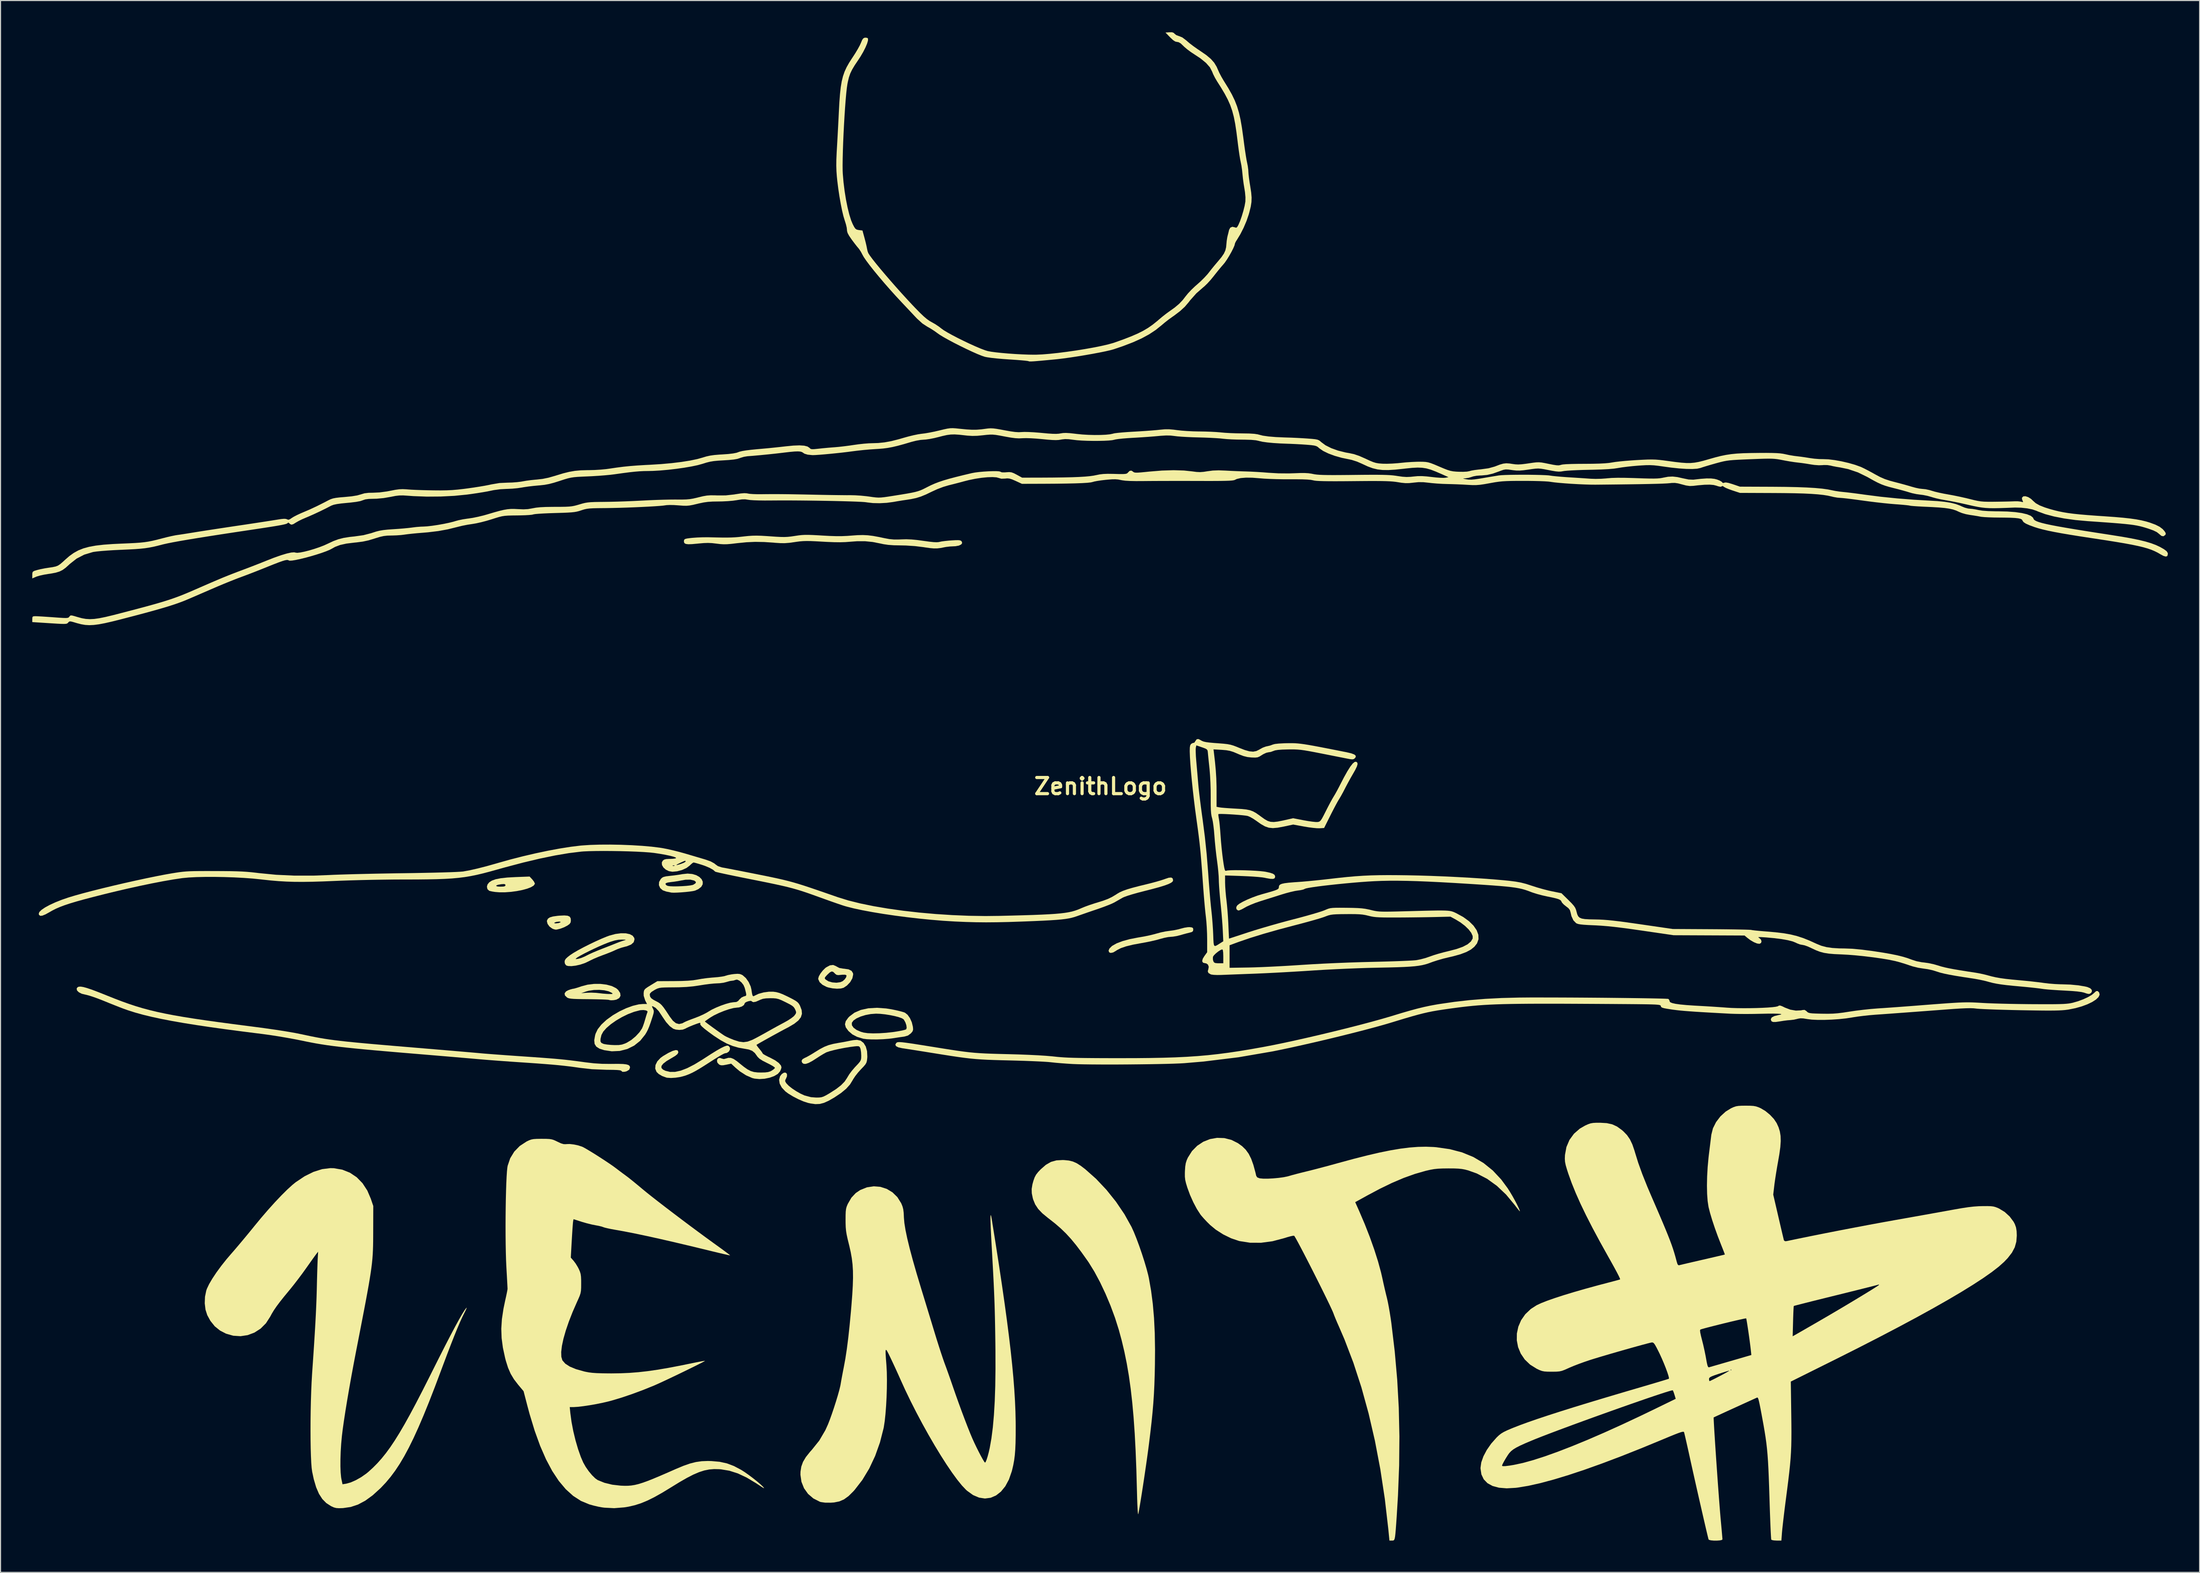
<source format=kicad_pcb>
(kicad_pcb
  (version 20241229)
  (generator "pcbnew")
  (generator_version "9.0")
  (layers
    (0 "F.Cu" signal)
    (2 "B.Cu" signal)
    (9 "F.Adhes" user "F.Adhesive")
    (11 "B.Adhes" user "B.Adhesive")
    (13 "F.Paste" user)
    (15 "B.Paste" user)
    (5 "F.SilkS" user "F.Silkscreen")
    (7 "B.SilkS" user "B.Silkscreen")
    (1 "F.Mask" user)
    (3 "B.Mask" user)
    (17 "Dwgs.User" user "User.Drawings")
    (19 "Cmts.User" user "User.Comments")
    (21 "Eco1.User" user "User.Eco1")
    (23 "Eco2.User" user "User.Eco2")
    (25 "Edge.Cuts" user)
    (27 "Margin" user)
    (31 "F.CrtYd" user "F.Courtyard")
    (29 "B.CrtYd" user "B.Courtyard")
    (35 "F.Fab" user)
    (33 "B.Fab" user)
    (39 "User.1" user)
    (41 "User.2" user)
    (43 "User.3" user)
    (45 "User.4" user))
  (footprint "ZenithLogo"
    (layer "F.Cu")
    (at 100.923 71.273)
    (property "Reference" "ZenithLogo" (at 0 0 0) (layer "F.SilkS") (effects (font (size 1.524 1.524) (thickness 0.3))))
    (attr board_only exclude_from_pos_files exclude_from_bom)
    (fp_poly (pts (xy -50.348 12.229) (xy -50.157 12.312) (xy -50.062 12.461) (xy -50.038 12.66) (xy -50.062 12.863) (xy -50.163 13.012) (xy -50.362 13.157) (xy -50.677 13.321) (xy -51.03 13.455) (xy -51.35 13.534) (xy -51.477 13.545) (xy -51.647 13.507) (xy -51.808 13.44) (xy -52.063 13.25) (xy -52.239 13.005) (xy -52.26 12.927) (xy -51.615 12.927) (xy -51.523 12.949) (xy -51.435 12.951) (xy -51.208 12.925) (xy -51.054 12.869) (xy -51.001 12.812) (xy -51.093 12.789) (xy -51.181 12.787) (xy -51.408 12.814) (xy -51.562 12.869) (xy -51.615 12.927) (xy -52.26 12.927) (xy -52.304 12.756) (xy -52.295 12.68) (xy -52.207 12.511) (xy -52.026 12.387) (xy -51.729 12.3) (xy -51.294 12.239) (xy -51.108 12.223) (xy -50.657 12.203)) (stroke (width 0) (type solid)) (fill yes) (layer "F.SilkS"))
    (fp_poly (pts (xy -53.678 8.806) (xy -53.525 9.004) (xy -53.445 9.173) (xy -53.442 9.22) (xy -53.552 9.38) (xy -53.804 9.533) (xy -54.171 9.675) (xy -54.627 9.799) (xy -55.144 9.901) (xy -55.696 9.975) (xy -56.255 10.015) (xy -56.794 10.016) (xy -57.192 9.985) (xy -57.47 9.942) (xy -57.693 9.892) (xy -57.761 9.869) (xy -57.921 9.717) (xy -57.972 9.488) (xy -57.955 9.425) (xy -57.091 9.425) (xy -56.952 9.469) (xy -56.701 9.483) (xy -56.42 9.473) (xy -56.271 9.439) (xy -56.22 9.369) (xy -56.219 9.345) (xy -56.248 9.262) (xy -56.361 9.234) (xy -56.6 9.25) (xy -56.607 9.25) (xy -56.913 9.303) (xy -57.076 9.365) (xy -57.091 9.425) (xy -57.955 9.425) (xy -57.916 9.278) (xy -57.754 9.073) (xy -57.5 8.909) (xy -57.14 8.781) (xy -56.658 8.686) (xy -56.039 8.619) (xy -55.269 8.577) (xy -53.938 8.527)) (stroke (width 0) (type solid)) (fill yes) (layer "F.SilkS"))
    (fp_poly (pts (xy 8.654 13.341) (xy 8.745 13.415) (xy 8.763 13.543) (xy 8.735 13.686) (xy 8.621 13.772) (xy 8.424 13.827) (xy 8.157 13.893) (xy 7.813 13.986) (xy 7.548 14.063) (xy 7.199 14.15) (xy 6.853 14.208) (xy 6.642 14.224) (xy 6.38 14.25) (xy 6.029 14.319) (xy 5.66 14.417) (xy 5.614 14.431) (xy 5.262 14.528) (xy 4.804 14.635) (xy 4.301 14.739) (xy 3.852 14.82) (xy 3.057 14.967) (xy 2.419 15.124) (xy 1.923 15.293) (xy 1.558 15.479) (xy 1.466 15.544) (xy 1.197 15.7) (xy 0.963 15.748) (xy 0.818 15.692) (xy 0.759 15.528) (xy 0.847 15.324) (xy 1.072 15.102) (xy 1.114 15.071) (xy 1.522 14.841) (xy 2.077 14.63) (xy 2.758 14.444) (xy 3.542 14.29) (xy 3.683 14.268) (xy 4.155 14.185) (xy 4.652 14.081) (xy 5.098 13.971) (xy 5.291 13.916) (xy 5.698 13.806) (xy 6.13 13.716) (xy 6.499 13.663) (xy 6.519 13.661) (xy 6.922 13.606) (xy 7.358 13.515) (xy 7.594 13.449) (xy 7.928 13.363) (xy 8.25 13.313) (xy 8.441 13.308)) (stroke (width 0) (type solid)) (fill yes) (layer "F.SilkS"))
    (fp_poly (pts (xy -24.974 17.003) (xy -24.945 17.025) (xy -24.674 17.168) (xy -24.305 17.232) (xy -24.245 17.235) (xy -23.809 17.297) (xy -23.522 17.439) (xy -23.383 17.662) (xy -23.368 17.786) (xy -23.444 18.145) (xy -23.651 18.508) (xy -23.959 18.831) (xy -24.273 19.04) (xy -24.535 19.11) (xy -24.899 19.128) (xy -25.308 19.095) (xy -25.704 19.015) (xy -25.885 18.956) (xy -26.268 18.758) (xy -26.535 18.513) (xy -26.662 18.245) (xy -26.67 18.162) (xy -26.662 18.135) (xy -26.055 18.135) (xy -26.004 18.227) (xy -25.974 18.258) (xy -25.704 18.429) (xy -25.341 18.532) (xy -24.946 18.562) (xy -24.582 18.513) (xy -24.355 18.412) (xy -24.164 18.239) (xy -24.033 18.047) (xy -23.997 17.889) (xy -24.008 17.856) (xy -24.135 17.804) (xy -24.407 17.807) (xy -24.503 17.818) (xy -24.77 17.842) (xy -24.934 17.818) (xy -25.059 17.73) (xy -25.129 17.655) (xy -25.273 17.524) (xy -25.415 17.502) (xy -25.586 17.595) (xy -25.82 17.815) (xy -25.861 17.859) (xy -26.012 18.029) (xy -26.055 18.135) (xy -26.662 18.135) (xy -26.611 17.955) (xy -26.457 17.688) (xy -26.243 17.412) (xy -26.004 17.176) (xy -25.923 17.113) (xy -25.567 16.92) (xy -25.256 16.883)) (stroke (width 0) (type solid)) (fill yes) (layer "F.SilkS"))
    (fp_poly (pts (xy -46.672 18.743) (xy -46.165 18.88) (xy -45.761 19.082) (xy -45.574 19.241) (xy -45.381 19.535) (xy -45.349 19.799) (xy -45.47 20.013) (xy -45.736 20.16) (xy -45.977 20.209) (xy -46.218 20.223) (xy -46.382 20.207) (xy -46.414 20.192) (xy -46.512 20.174) (xy -46.754 20.157) (xy -47.115 20.142) (xy -47.57 20.13) (xy -48.093 20.121) (xy -48.324 20.119) (xy -48.944 20.113) (xy -49.419 20.104) (xy -49.77 20.091) (xy -50.022 20.07) (xy -50.198 20.041) (xy -50.32 20.002) (xy -50.403 19.957) (xy -50.6 19.765) (xy -50.632 19.569) (xy -50.618 19.55) (xy -49.064 19.55) (xy -48.514 19.509) (xy -48.108 19.5) (xy -47.661 19.519) (xy -47.413 19.545) (xy -47.041 19.588) (xy -46.66 19.619) (xy -46.44 19.629) (xy -46.198 19.629) (xy -46.1 19.61) (xy -46.121 19.561) (xy -46.174 19.518) (xy -46.469 19.374) (xy -46.88 19.279) (xy -47.36 19.237) (xy -47.862 19.249) (xy -48.338 19.318) (xy -48.599 19.39) (xy -49.064 19.55) (xy -50.618 19.55) (xy -50.503 19.389) (xy -50.29 19.271) (xy -50.05 19.186) (xy -49.863 19.138) (xy -49.825 19.135) (xy -49.691 19.108) (xy -49.444 19.036) (xy -49.133 18.934) (xy -49.044 18.903) (xy -48.468 18.749) (xy -47.858 18.674) (xy -47.247 18.673)) (stroke (width 0) (type solid)) (fill yes) (layer "F.SilkS"))
    (fp_poly (pts (xy -38.574 8.285) (xy -38.197 8.396) (xy -37.897 8.566) (xy -37.687 8.777) (xy -37.579 9.013) (xy -37.586 9.259) (xy -37.72 9.499) (xy -37.993 9.715) (xy -38.303 9.856) (xy -38.5 9.901) (xy -38.809 9.946) (xy -39.189 9.987) (xy -39.595 10.021) (xy -39.984 10.044) (xy -40.313 10.053) (xy -40.539 10.044) (xy -40.598 10.033) (xy -40.731 10.002) (xy -40.954 9.959) (xy -41.009 9.95) (xy -41.361 9.826) (xy -41.604 9.612) (xy -41.723 9.339) (xy -41.716 9.225) (xy -41.106 9.225) (xy -41.034 9.338) (xy -40.894 9.41) (xy -40.681 9.442) (xy -40.352 9.456) (xy -39.952 9.453) (xy -39.525 9.436) (xy -39.117 9.408) (xy -38.77 9.369) (xy -38.531 9.322) (xy -38.477 9.302) (xy -38.266 9.167) (xy -38.223 9.045) (xy -38.346 8.931) (xy -38.398 8.905) (xy -38.75 8.82) (xy -39.206 8.827) (xy -39.624 8.899) (xy -39.923 8.958) (xy -40.294 9.014) (xy -40.555 9.045) (xy -40.878 9.091) (xy -41.054 9.149) (xy -41.106 9.225) (xy -41.716 9.225) (xy -41.705 9.04) (xy -41.545 8.757) (xy -41.422 8.637) (xy -41.271 8.559) (xy -41.047 8.507) (xy -40.703 8.466) (xy -40.677 8.463) (xy -40.27 8.417) (xy -39.851 8.358) (xy -39.509 8.299) (xy -39.015 8.247)) (stroke (width 0) (type solid)) (fill yes) (layer "F.SilkS"))
    (fp_poly (pts (xy -35.15 24.525) (xy -35.016 24.686) (xy -35.01 24.881) (xy -35.112 25.067) (xy -35.299 25.197) (xy -35.482 25.231) (xy -35.595 25.275) (xy -35.824 25.398) (xy -36.141 25.584) (xy -36.52 25.819) (xy -36.839 26.023) (xy -37.409 26.39) (xy -37.868 26.676) (xy -38.243 26.896) (xy -38.562 27.065) (xy -38.854 27.199) (xy -39.145 27.312) (xy -39.269 27.356) (xy -39.683 27.467) (xy -40.14 27.539) (xy -40.579 27.567) (xy -40.938 27.544) (xy -41.021 27.527) (xy -41.41 27.385) (xy -41.74 27.191) (xy -41.947 26.99) (xy -42.071 26.679) (xy -42.043 26.34) (xy -41.874 25.996) (xy -41.573 25.672) (xy -41.336 25.499) (xy -40.826 25.197) (xy -40.422 25.006) (xy -40.128 24.926) (xy -39.949 24.959) (xy -39.889 25.107) (xy -39.893 25.165) (xy -39.966 25.305) (xy -40.161 25.467) (xy -40.495 25.668) (xy -40.512 25.677) (xy -40.995 25.965) (xy -41.317 26.215) (xy -41.479 26.43) (xy -41.484 26.615) (xy -41.333 26.775) (xy -41.105 26.887) (xy -40.672 26.992) (xy -40.195 26.989) (xy -39.66 26.873) (xy -39.056 26.641) (xy -38.368 26.288) (xy -37.586 25.811) (xy -37.482 25.744) (xy -36.827 25.32) (xy -36.297 24.991) (xy -35.879 24.752) (xy -35.563 24.596) (xy -35.338 24.516) (xy -35.191 24.508)) (stroke (width 0) (type solid)) (fill yes) (layer "F.SilkS"))
    (fp_poly (pts (xy -20.249 20.994) (xy -19.723 21.079) (xy -19.308 21.165) (xy -18.927 21.256) (xy -18.627 21.34) (xy -18.474 21.397) (xy -18.229 21.591) (xy -18.005 21.908) (xy -17.828 22.304) (xy -17.725 22.729) (xy -17.705 22.981) (xy -17.752 23.151) (xy -17.891 23.323) (xy -17.925 23.356) (xy -18.19 23.552) (xy -18.526 23.651) (xy -18.592 23.661) (xy -18.921 23.706) (xy -19.306 23.764) (xy -19.516 23.798) (xy -19.995 23.859) (xy -20.536 23.901) (xy -21.095 23.922) (xy -21.625 23.921) (xy -22.082 23.899) (xy -22.419 23.854) (xy -22.437 23.85) (xy -22.998 23.679) (xy -23.438 23.451) (xy -23.799 23.141) (xy -23.832 23.105) (xy -24.064 22.786) (xy -24.144 22.491) (xy -24.109 22.351) (xy -23.495 22.351) (xy -23.487 22.586) (xy -23.33 22.816) (xy -23.043 23.026) (xy -22.645 23.199) (xy -22.374 23.276) (xy -21.998 23.33) (xy -21.493 23.351) (xy -20.899 23.339) (xy -20.253 23.297) (xy -19.594 23.224) (xy -19.494 23.21) (xy -19.087 23.145) (xy -18.738 23.078) (xy -18.484 23.015) (xy -18.36 22.965) (xy -18.358 22.964) (xy -18.314 22.815) (xy -18.345 22.579) (xy -18.435 22.312) (xy -18.57 22.07) (xy -18.606 22.023) (xy -18.765 21.922) (xy -19.056 21.817) (xy -19.443 21.715) (xy -19.89 21.624) (xy -20.36 21.55) (xy -20.818 21.502) (xy -21.209 21.487) (xy -21.715 21.524) (xy -22.213 21.619) (xy -22.673 21.762) (xy -23.062 21.939) (xy -23.346 22.139) (xy -23.494 22.349) (xy -23.495 22.351) (xy -24.109 22.351) (xy -24.071 22.197) (xy -23.841 21.876) (xy -23.728 21.757) (xy -23.248 21.394) (xy -22.646 21.134) (xy -21.936 20.979) (xy -21.132 20.932)) (stroke (width 0) (type solid)) (fill yes) (layer "F.SilkS"))
    (fp_poly (pts (xy -44.859 13.893) (xy -44.48 13.971) (xy -44.203 14.117) (xy -44.05 14.329) (xy -44.027 14.471) (xy -44.106 14.738) (xy -44.346 14.953) (xy -44.745 15.116) (xy -44.942 15.165) (xy -45.295 15.262) (xy -45.652 15.393) (xy -45.805 15.462) (xy -46.052 15.575) (xy -46.402 15.72) (xy -46.8 15.874) (xy -47.023 15.956) (xy -47.434 16.114) (xy -47.84 16.285) (xy -48.18 16.445) (xy -48.31 16.514) (xy -48.697 16.698) (xy -49.133 16.845) (xy -49.575 16.946) (xy -49.982 16.995) (xy -50.31 16.982) (xy -50.483 16.927) (xy -50.599 16.772) (xy -50.631 16.59) (xy -50.608 16.442) (xy -50.521 16.302) (xy -50.52 16.3) (xy -49.583 16.3) (xy -49.565 16.328) (xy -49.409 16.31) (xy -49.327 16.297) (xy -49.063 16.224) (xy -48.746 16.093) (xy -48.565 16.001) (xy -48.31 15.871) (xy -47.946 15.706) (xy -47.526 15.529) (xy -47.159 15.382) (xy -46.735 15.218) (xy -46.323 15.057) (xy -45.975 14.919) (xy -45.762 14.833) (xy -45.455 14.714) (xy -45.156 14.611) (xy -45.043 14.577) (xy -44.888 14.531) (xy -44.857 14.506) (xy -44.963 14.494) (xy -45.222 14.487) (xy -45.237 14.487) (xy -45.554 14.503) (xy -45.896 14.57) (xy -46.315 14.699) (xy -46.549 14.784) (xy -46.927 14.935) (xy -47.37 15.127) (xy -47.846 15.346) (xy -48.32 15.574) (xy -48.759 15.795) (xy -49.128 15.992) (xy -49.395 16.15) (xy -49.488 16.215) (xy -49.583 16.3) (xy -50.52 16.3) (xy -50.343 16.134) (xy -50.102 15.948) (xy -49.789 15.741) (xy -49.356 15.49) (xy -48.839 15.213) (xy -48.274 14.928) (xy -47.698 14.653) (xy -47.148 14.405) (xy -46.66 14.204) (xy -46.383 14.103) (xy -45.832 13.956) (xy -45.317 13.887)) (stroke (width 0) (type solid)) (fill yes) (layer "F.SilkS"))
    (fp_poly (pts (xy -3.429 35.326) (xy -2.99 35.369) (xy -2.612 35.462) (xy -2.25 35.622) (xy -1.86 35.871) (xy -1.435 36.196) (xy -0.418 37.099) (xy 0.557 38.133) (xy 1.461 39.261) (xy 2.262 40.445) (xy 2.932 41.647) (xy 2.936 41.657) (xy 3.156 42.142) (xy 3.4 42.75) (xy 3.656 43.44) (xy 3.908 44.17) (xy 4.142 44.897) (xy 4.345 45.581) (xy 4.502 46.18) (xy 4.568 46.477) (xy 4.778 47.672) (xy 4.94 48.923) (xy 5.055 50.252) (xy 5.125 51.683) (xy 5.151 53.236) (xy 5.14 54.652) (xy 5.118 55.659) (xy 5.088 56.575) (xy 5.046 57.435) (xy 4.99 58.277) (xy 4.917 59.139) (xy 4.825 60.057) (xy 4.71 61.069) (xy 4.572 62.188) (xy 4.5 62.743) (xy 4.413 63.376) (xy 4.316 64.063) (xy 4.211 64.781) (xy 4.104 65.507) (xy 3.996 66.216) (xy 3.892 66.886) (xy 3.795 67.494) (xy 3.709 68.016) (xy 3.637 68.428) (xy 3.583 68.708) (xy 3.564 68.792) (xy 3.544 68.782) (xy 3.524 68.616) (xy 3.502 68.306) (xy 3.481 67.867) (xy 3.461 67.311) (xy 3.443 66.65) (xy 3.439 66.506) (xy 3.386 64.573) (xy 3.316 62.795) (xy 3.23 61.157) (xy 3.124 59.644) (xy 2.998 58.241) (xy 2.85 56.934) (xy 2.678 55.709) (xy 2.48 54.551) (xy 2.255 53.445) (xy 2.002 52.378) (xy 1.731 51.378) (xy 1.371 50.239) (xy 0.944 49.084) (xy 0.466 47.948) (xy -0.046 46.867) (xy -0.577 45.876) (xy -1.11 45.011) (xy -1.225 44.843) (xy -1.796 44.041) (xy -2.31 43.361) (xy -2.792 42.776) (xy -3.268 42.258) (xy -3.761 41.781) (xy -4.297 41.318) (xy -4.901 40.843) (xy -4.97 40.791) (xy -5.5 40.354) (xy -5.893 39.94) (xy -6.172 39.518) (xy -6.361 39.057) (xy -6.398 38.929) (xy -6.493 38.47) (xy -6.505 38.057) (xy -6.433 37.618) (xy -6.342 37.288) (xy -6.228 36.966) (xy -6.092 36.709) (xy -5.897 36.459) (xy -5.643 36.192) (xy -5.161 35.773) (xy -4.684 35.499) (xy -4.168 35.354) (xy -3.57 35.32)) (stroke (width 0) (type solid)) (fill yes) (layer "F.SilkS"))
    (fp_poly (pts (xy -22.661 24.038) (xy -22.383 24.255) (xy -22.178 24.593) (xy -22.056 25.032) (xy -22.03 25.553) (xy -22.039 25.687) (xy -22.067 25.93) (xy -22.116 26.113) (xy -22.21 26.28) (xy -22.375 26.477) (xy -22.633 26.746) (xy -22.914 27.058) (xy -23.175 27.392) (xy -23.371 27.689) (xy -23.408 27.758) (xy -23.67 28.183) (xy -24.03 28.584) (xy -24.51 28.982) (xy -25.131 29.399) (xy -25.156 29.414) (xy -25.684 29.718) (xy -26.128 29.917) (xy -26.532 30.021) (xy -26.938 30.038) (xy -27.389 29.977) (xy -27.63 29.923) (xy -28.061 29.783) (xy -28.557 29.568) (xy -29.06 29.307) (xy -29.508 29.033) (xy -29.781 28.828) (xy -30.115 28.47) (xy -30.312 28.099) (xy -30.367 27.736) (xy -30.277 27.404) (xy -30.111 27.189) (xy -29.898 27.058) (xy -29.726 27.068) (xy -29.623 27.19) (xy -29.619 27.398) (xy -29.699 27.595) (xy -29.788 27.775) (xy -29.783 27.904) (xy -29.679 28.071) (xy -29.669 28.083) (xy -29.456 28.305) (xy -29.131 28.561) (xy -28.74 28.82) (xy -28.328 29.052) (xy -27.964 29.218) (xy -27.35 29.38) (xy -26.882 29.415) (xy -26.598 29.413) (xy -26.38 29.389) (xy -26.176 29.325) (xy -25.936 29.206) (xy -25.607 29.015) (xy -25.58 28.998) (xy -24.979 28.613) (xy -24.518 28.255) (xy -24.177 27.905) (xy -23.934 27.542) (xy -23.904 27.485) (xy -23.741 27.219) (xy -23.5 26.895) (xy -23.225 26.572) (xy -23.146 26.488) (xy -22.892 26.219) (xy -22.734 26.028) (xy -22.648 25.872) (xy -22.613 25.709) (xy -22.606 25.495) (xy -22.606 25.456) (xy -22.622 25.146) (xy -22.662 24.871) (xy -22.692 24.76) (xy -22.755 24.629) (xy -22.844 24.568) (xy -23.012 24.56) (xy -23.222 24.578) (xy -23.682 24.637) (xy -24.188 24.721) (xy -24.7 24.82) (xy -25.177 24.927) (xy -25.579 25.033) (xy -25.869 25.13) (xy -25.938 25.161) (xy -26.204 25.308) (xy -26.525 25.504) (xy -26.755 25.654) (xy -27.221 25.953) (xy -27.58 26.145) (xy -27.848 26.235) (xy -28.043 26.229) (xy -28.183 26.133) (xy -28.185 26.13) (xy -28.245 25.955) (xy -28.153 25.788) (xy -27.938 25.666) (xy -27.759 25.583) (xy -27.486 25.432) (xy -27.167 25.241) (xy -27.03 25.155) (xy -26.528 24.846) (xy -26.102 24.622) (xy -25.701 24.463) (xy -25.27 24.347) (xy -24.801 24.258) (xy -24.407 24.191) (xy -24.035 24.122) (xy -23.746 24.064) (xy -23.664 24.046) (xy -23.348 23.99) (xy -23.03 23.963) (xy -23.002 23.963)) (stroke (width 0) (type solid)) (fill yes) (layer "F.SilkS"))
    (fp_poly (pts (xy -27.178 -23.754) (xy -26.647 -23.726) (xy -26.319 -23.706) (xy -25.587 -23.666) (xy -24.975 -23.647) (xy -24.436 -23.648) (xy -23.922 -23.67) (xy -23.524 -23.7) (xy -22.948 -23.741) (xy -22.451 -23.752) (xy -21.981 -23.729) (xy -21.489 -23.668) (xy -20.922 -23.564) (xy -20.427 -23.459) (xy -19.951 -23.37) (xy -19.51 -23.33) (xy -19.017 -23.332) (xy -18.838 -23.341) (xy -18.347 -23.353) (xy -17.839 -23.332) (xy -17.261 -23.274) (xy -16.739 -23.203) (xy -16.185 -23.127) (xy -15.773 -23.083) (xy -15.478 -23.071) (xy -15.277 -23.088) (xy -15.215 -23.103) (xy -15.013 -23.145) (xy -14.695 -23.188) (xy -14.312 -23.227) (xy -14.093 -23.243) (xy -13.697 -23.266) (xy -13.434 -23.269) (xy -13.271 -23.249) (xy -13.171 -23.203) (xy -13.122 -23.155) (xy -13.069 -22.998) (xy -13.163 -22.86) (xy -13.381 -22.754) (xy -13.702 -22.695) (xy -13.874 -22.687) (xy -14.228 -22.669) (xy -14.587 -22.627) (xy -14.732 -22.601) (xy -15.103 -22.528) (xy -15.422 -22.49) (xy -15.742 -22.487) (xy -16.114 -22.519) (xy -16.587 -22.586) (xy -16.722 -22.607) (xy -17.514 -22.705) (xy -18.376 -22.762) (xy -18.896 -22.773) (xy -19.531 -22.785) (xy -20.048 -22.822) (xy -20.496 -22.887) (xy -20.756 -22.943) (xy -21.52 -23.094) (xy -22.245 -23.167) (xy -23.005 -23.166) (xy -23.622 -23.121) (xy -24.097 -23.085) (xy -24.596 -23.07) (xy -25.161 -23.076) (xy -25.83 -23.102) (xy -26.289 -23.127) (xy -26.899 -23.161) (xy -27.378 -23.182) (xy -27.762 -23.187) (xy -28.088 -23.178) (xy -28.395 -23.154) (xy -28.718 -23.113) (xy -28.914 -23.083) (xy -29.403 -23.016) (xy -29.814 -22.984) (xy -30.224 -22.985) (xy -30.709 -23.016) (xy -30.819 -23.026) (xy -31.77 -23.092) (xy -32.629 -23.107) (xy -33.467 -23.07) (xy -34.354 -22.98) (xy -34.402 -22.974) (xy -34.902 -22.915) (xy -35.29 -22.884) (xy -35.618 -22.879) (xy -35.94 -22.899) (xy -36.287 -22.941) (xy -36.702 -22.989) (xy -37.08 -23.006) (xy -37.485 -22.993) (xy -37.981 -22.95) (xy -38.087 -22.939) (xy -38.591 -22.893) (xy -38.95 -22.882) (xy -39.184 -22.912) (xy -39.313 -22.988) (xy -39.359 -23.114) (xy -39.353 -23.234) (xy -39.324 -23.32) (xy -39.244 -23.379) (xy -39.08 -23.423) (xy -38.8 -23.461) (xy -38.566 -23.486) (xy -38.103 -23.519) (xy -37.574 -23.539) (xy -37.079 -23.542) (xy -36.999 -23.54) (xy -36.297 -23.524) (xy -35.732 -23.514) (xy -35.271 -23.513) (xy -34.883 -23.521) (xy -34.534 -23.538) (xy -34.193 -23.565) (xy -33.827 -23.604) (xy -33.718 -23.617) (xy -33.277 -23.663) (xy -32.884 -23.689) (xy -32.49 -23.696) (xy -32.047 -23.684) (xy -31.506 -23.652) (xy -31.22 -23.632) (xy -30.656 -23.593) (xy -30.219 -23.571) (xy -29.867 -23.566) (xy -29.557 -23.58) (xy -29.248 -23.612) (xy -28.898 -23.663) (xy -28.873 -23.667) (xy -28.539 -23.717) (xy -28.24 -23.75) (xy -27.937 -23.767) (xy -27.596 -23.768)) (stroke (width 0) (type solid)) (fill yes) (layer "F.SilkS"))
    (fp_poly (pts (xy -96.089 18.972) (xy -95.733 19.071) (xy -95.269 19.229) (xy -94.682 19.451) (xy -93.958 19.738) (xy -93.807 19.8) (xy -93.109 20.078) (xy -92.446 20.331) (xy -91.803 20.561) (xy -91.166 20.772) (xy -90.52 20.966) (xy -89.851 21.146) (xy -89.144 21.317) (xy -88.386 21.479) (xy -87.562 21.638) (xy -86.657 21.795) (xy -85.657 21.954) (xy -84.549 22.118) (xy -83.316 22.29) (xy -81.946 22.473) (xy -80.423 22.67) (xy -80.238 22.693) (xy -79.015 22.855) (xy -77.908 23.013) (xy -76.93 23.166) (xy -76.094 23.312) (xy -75.414 23.448) (xy -75.412 23.449) (xy -74.951 23.548) (xy -74.521 23.638) (xy -74.108 23.719) (xy -73.699 23.794) (xy -73.28 23.864) (xy -72.837 23.93) (xy -72.358 23.995) (xy -71.828 24.059) (xy -71.233 24.125) (xy -70.562 24.193) (xy -69.799 24.266) (xy -68.931 24.345) (xy -67.946 24.431) (xy -66.829 24.527) (xy -65.566 24.633) (xy -64.516 24.721) (xy -63.573 24.8) (xy -62.657 24.877) (xy -61.788 24.95) (xy -60.981 25.019) (xy -60.257 25.081) (xy -59.631 25.135) (xy -59.123 25.179) (xy -58.75 25.212) (xy -58.547 25.231) (xy -58.263 25.256) (xy -57.836 25.29) (xy -57.291 25.332) (xy -56.656 25.379) (xy -55.956 25.43) (xy -55.216 25.482) (xy -54.578 25.526) (xy -53.635 25.591) (xy -52.836 25.648) (xy -52.155 25.7) (xy -51.566 25.747) (xy -51.045 25.795) (xy -50.565 25.843) (xy -50.102 25.896) (xy -49.629 25.955) (xy -49.122 26.022) (xy -48.683 26.083) (xy -47.873 26.178) (xy -47.097 26.227) (xy -46.261 26.236) (xy -46.143 26.234) (xy -45.553 26.231) (xy -45.111 26.244) (xy -44.8 26.28) (xy -44.599 26.34) (xy -44.489 26.43) (xy -44.451 26.553) (xy -44.45 26.578) (xy -44.526 26.783) (xy -44.755 26.925) (xy -44.944 26.976) (xy -45.16 26.988) (xy -45.254 26.913) (xy -45.307 26.867) (xy -45.439 26.834) (xy -45.673 26.812) (xy -46.029 26.799) (xy -46.53 26.793) (xy -46.631 26.793) (xy -48.061 26.736) (xy -49.191 26.608) (xy -49.698 26.535) (xy -50.186 26.471) (xy -50.68 26.413) (xy -51.204 26.358) (xy -51.78 26.305) (xy -52.435 26.252) (xy -53.19 26.195) (xy -54.071 26.133) (xy -54.906 26.077) (xy -55.634 26.027) (xy -56.385 25.974) (xy -57.122 25.919) (xy -57.805 25.867) (xy -58.396 25.819) (xy -58.843 25.781) (xy -59.202 25.749) (xy -59.707 25.705) (xy -60.337 25.651) (xy -61.069 25.588) (xy -61.881 25.519) (xy -62.752 25.446) (xy -63.659 25.37) (xy -64.581 25.293) (xy -64.855 25.27) (xy -66.254 25.153) (xy -67.5 25.046) (xy -68.605 24.949) (xy -69.583 24.859) (xy -70.45 24.775) (xy -71.22 24.695) (xy -71.906 24.618) (xy -72.522 24.542) (xy -73.085 24.465) (xy -73.606 24.385) (xy -74.102 24.302) (xy -74.585 24.212) (xy -75.07 24.116) (xy -75.389 24.049) (xy -76.092 23.908) (xy -76.881 23.764) (xy -77.693 23.626) (xy -78.467 23.506) (xy -79.14 23.414) (xy -79.163 23.411) (xy -80.96 23.185) (xy -82.598 22.97) (xy -84.088 22.762) (xy -85.438 22.561) (xy -86.659 22.365) (xy -87.761 22.172) (xy -88.755 21.979) (xy -89.649 21.786) (xy -90.455 21.59) (xy -91.182 21.389) (xy -91.839 21.182) (xy -92.341 21.004) (xy -92.665 20.88) (xy -93.096 20.71) (xy -93.586 20.515) (xy -94.083 20.313) (xy -94.234 20.252) (xy -94.698 20.07) (xy -95.146 19.908) (xy -95.539 19.781) (xy -95.834 19.702) (xy -95.92 19.686) (xy -96.254 19.603) (xy -96.522 19.467) (xy -96.692 19.302) (xy -96.732 19.13) (xy -96.724 19.104) (xy -96.655 18.999) (xy -96.536 18.939) (xy -96.352 18.929)) (stroke (width 0) (type solid)) (fill yes) (layer "F.SilkS"))
    (fp_poly (pts (xy 11.693 33.247) (xy 12.366 33.418) (xy 12.977 33.724) (xy 13.384 34.018) (xy 13.72 34.346) (xy 13.999 34.733) (xy 14.235 35.204) (xy 14.443 35.785) (xy 14.637 36.499) (xy 14.708 36.807) (xy 14.803 36.959) (xy 15.022 37.046) (xy 15.051 37.052) (xy 15.375 37.082) (xy 15.814 37.083) (xy 16.316 37.057) (xy 16.83 37.009) (xy 17.307 36.944) (xy 17.693 36.864) (xy 17.78 36.839) (xy 18.082 36.752) (xy 18.494 36.641) (xy 18.962 36.521) (xy 19.419 36.409) (xy 19.829 36.308) (xy 20.36 36.172) (xy 20.97 36.011) (xy 21.618 35.838) (xy 22.261 35.662) (xy 22.479 35.601) (xy 23.902 35.215) (xy 25.182 34.889) (xy 26.337 34.62) (xy 27.38 34.408) (xy 28.327 34.248) (xy 29.193 34.139) (xy 29.994 34.078) (xy 30.745 34.063) (xy 31.461 34.09) (xy 31.724 34.111) (xy 33 34.294) (xy 34.164 34.601) (xy 35.224 35.036) (xy 36.187 35.605) (xy 37.062 36.311) (xy 37.855 37.159) (xy 38.468 37.99) (xy 38.689 38.338) (xy 38.92 38.728) (xy 39.143 39.129) (xy 39.342 39.508) (xy 39.499 39.833) (xy 39.598 40.071) (xy 39.624 40.176) (xy 39.578 40.137) (xy 39.453 39.987) (xy 39.27 39.754) (xy 39.13 39.568) (xy 38.313 38.583) (xy 37.444 37.76) (xy 36.523 37.096) (xy 35.547 36.59) (xy 34.738 36.302) (xy 34.432 36.221) (xy 34.14 36.167) (xy 33.816 36.134) (xy 33.416 36.117) (xy 32.894 36.114) (xy 32.851 36.114) (xy 32.308 36.12) (xy 31.88 36.14) (xy 31.512 36.179) (xy 31.151 36.243) (xy 30.742 36.338) (xy 30.715 36.344) (xy 29.697 36.636) (xy 28.647 37.012) (xy 27.541 37.482) (xy 26.359 38.055) (xy 25.224 38.66) (xy 24.062 39.302) (xy 24.445 40.161) (xy 24.965 41.38) (xy 25.441 42.598) (xy 25.863 43.785) (xy 26.22 44.91) (xy 26.501 45.941) (xy 26.625 46.482) (xy 26.734 46.985) (xy 26.857 47.524) (xy 26.976 48.025) (xy 27.056 48.345) (xy 27.137 48.702) (xy 27.23 49.18) (xy 27.326 49.732) (xy 27.417 50.31) (xy 27.475 50.715) (xy 27.797 53.42) (xy 28.031 56.087) (xy 28.178 58.749) (xy 28.238 61.439) (xy 28.213 64.188) (xy 28.103 67.03) (xy 27.98 69.046) (xy 27.933 69.719) (xy 27.894 70.241) (xy 27.86 70.633) (xy 27.828 70.913) (xy 27.792 71.099) (xy 27.75 71.211) (xy 27.697 71.267) (xy 27.63 71.287) (xy 27.546 71.289) (xy 27.532 71.289) (xy 27.296 71.289) (xy 27.19 70.21) (xy 26.858 67.333) (xy 26.435 64.544) (xy 25.924 61.855) (xy 25.327 59.273) (xy 24.648 56.809) (xy 23.887 54.473) (xy 23.047 52.273) (xy 22.54 51.096) (xy 22.364 50.698) (xy 22.205 50.322) (xy 22.081 50.016) (xy 22.016 49.839) (xy 21.943 49.657) (xy 21.804 49.35) (xy 21.61 48.937) (xy 21.368 48.437) (xy 21.089 47.868) (xy 20.783 47.25) (xy 20.458 46.601) (xy 20.125 45.939) (xy 19.793 45.285) (xy 19.47 44.656) (xy 19.168 44.071) (xy 18.895 43.55) (xy 18.661 43.11) (xy 18.475 42.772) (xy 18.346 42.553) (xy 18.295 42.479) (xy 18.194 42.477) (xy 17.969 42.524) (xy 17.654 42.61) (xy 17.35 42.705) (xy 16.25 42.997) (xy 15.169 43.141) (xy 14.125 43.137) (xy 13.138 42.983) (xy 13.075 42.967) (xy 12.34 42.718) (xy 11.591 42.352) (xy 10.89 41.903) (xy 10.362 41.466) (xy 10.054 41.162) (xy 9.759 40.848) (xy 9.521 40.574) (xy 9.44 40.471) (xy 9.101 39.946) (xy 8.764 39.309) (xy 8.454 38.616) (xy 8.203 37.931) (xy 8.078 37.521) (xy 8.003 37.202) (xy 7.97 36.903) (xy 7.968 36.556) (xy 7.975 36.36) (xy 8.003 35.937) (xy 8.054 35.618) (xy 8.142 35.339) (xy 8.253 35.091) (xy 8.641 34.475) (xy 9.134 33.974) (xy 9.708 33.594) (xy 10.341 33.342) (xy 11.011 33.224)) (stroke (width 0) (type solid)) (fill yes) (layer "F.SilkS"))
    (fp_poly (pts (xy -72.432 36.094) (xy -71.636 36.232) (xy -70.913 36.52) (xy -70.272 36.949) (xy -69.721 37.515) (xy -69.269 38.208) (xy -68.941 38.976) (xy -68.707 39.666) (xy -68.714 42.037) (xy -68.716 42.551) (xy -68.719 43.015) (xy -68.727 43.443) (xy -68.74 43.848) (xy -68.76 44.243) (xy -68.789 44.642) (xy -68.83 45.058) (xy -68.884 45.505) (xy -68.953 45.996) (xy -69.04 46.544) (xy -69.144 47.163) (xy -69.27 47.865) (xy -69.418 48.666) (xy -69.591 49.577) (xy -69.791 50.613) (xy -70.018 51.786) (xy -70.276 53.111) (xy -70.313 53.298) (xy -70.549 54.532) (xy -70.774 55.747) (xy -70.983 56.922) (xy -71.174 58.036) (xy -71.342 59.067) (xy -71.484 59.995) (xy -71.597 60.798) (xy -71.673 61.426) (xy -71.74 62.152) (xy -71.786 62.89) (xy -71.809 63.608) (xy -71.811 64.273) (xy -71.79 64.851) (xy -71.746 65.31) (xy -71.718 65.475) (xy -71.613 65.968) (xy -71.261 65.912) (xy -70.842 65.795) (xy -70.355 65.581) (xy -69.847 65.293) (xy -69.367 64.957) (xy -69.165 64.791) (xy -68.735 64.398) (xy -68.32 63.98) (xy -67.914 63.524) (xy -67.508 63.019) (xy -67.095 62.454) (xy -66.67 61.818) (xy -66.223 61.099) (xy -65.748 60.286) (xy -65.238 59.367) (xy -64.685 58.331) (xy -64.082 57.166) (xy -63.422 55.862) (xy -63.156 55.329) (xy -62.508 54.037) (xy -61.93 52.898) (xy -61.421 51.913) (xy -60.981 51.082) (xy -60.611 50.405) (xy -60.31 49.882) (xy -60.079 49.513) (xy -59.918 49.299) (xy -59.902 49.283) (xy -59.883 49.295) (xy -59.934 49.43) (xy -60.044 49.661) (xy -60.111 49.79) (xy -60.299 50.171) (xy -60.515 50.645) (xy -60.761 51.223) (xy -61.043 51.915) (xy -61.364 52.731) (xy -61.729 53.683) (xy -62.142 54.781) (xy -62.312 55.237) (xy -62.897 56.791) (xy -63.442 58.193) (xy -63.954 59.454) (xy -64.438 60.585) (xy -64.899 61.597) (xy -65.344 62.502) (xy -65.778 63.311) (xy -66.206 64.034) (xy -66.636 64.684) (xy -67.072 65.27) (xy -67.52 65.805) (xy -67.985 66.298) (xy -68.023 66.336) (xy -68.756 67.003) (xy -69.458 67.516) (xy -70.148 67.884) (xy -70.841 68.115) (xy -71.555 68.218) (xy -71.586 68.22) (xy -71.949 68.231) (xy -72.208 68.214) (xy -72.426 68.157) (xy -72.665 68.05) (xy -72.704 68.03) (xy -73.146 67.744) (xy -73.522 67.362) (xy -73.84 66.868) (xy -74.106 66.249) (xy -74.33 65.489) (xy -74.483 64.77) (xy -74.53 64.418) (xy -74.568 63.919) (xy -74.597 63.294) (xy -74.619 62.565) (xy -74.632 61.753) (xy -74.636 60.88) (xy -74.633 59.967) (xy -74.621 59.036) (xy -74.601 58.109) (xy -74.572 57.207) (xy -74.535 56.352) (xy -74.49 55.565) (xy -74.48 55.414) (xy -74.386 54.05) (xy -74.305 52.836) (xy -74.237 51.753) (xy -74.18 50.783) (xy -74.134 49.905) (xy -74.097 49.103) (xy -74.068 48.356) (xy -74.047 47.646) (xy -74.039 47.329) (xy -74.025 46.718) (xy -74.009 46.12) (xy -73.992 45.571) (xy -73.976 45.107) (xy -73.962 44.762) (xy -73.957 44.662) (xy -73.919 43.984) (xy -74.085 44.196) (xy -74.189 44.336) (xy -74.37 44.586) (xy -74.606 44.918) (xy -74.877 45.301) (xy -75.054 45.551) (xy -75.403 46.037) (xy -75.8 46.567) (xy -76.199 47.085) (xy -76.558 47.534) (xy -76.634 47.625) (xy -77.129 48.225) (xy -77.526 48.724) (xy -77.841 49.145) (xy -78.093 49.513) (xy -78.297 49.85) (xy -78.444 50.124) (xy -78.847 50.75) (xy -79.35 51.254) (xy -79.932 51.629) (xy -80.572 51.871) (xy -81.248 51.972) (xy -81.938 51.927) (xy -82.623 51.731) (xy -83.183 51.44) (xy -83.683 51.038) (xy -84.097 50.521) (xy -84.392 49.982) (xy -84.558 49.464) (xy -84.629 48.864) (xy -84.606 48.243) (xy -84.486 47.66) (xy -84.425 47.486) (xy -84.219 47.051) (xy -83.911 46.527) (xy -83.522 45.942) (xy -83.07 45.325) (xy -82.577 44.704) (xy -82.178 44.238) (xy -81.855 43.867) (xy -81.456 43.398) (xy -81.012 42.869) (xy -80.552 42.315) (xy -80.107 41.771) (xy -79.946 41.571) (xy -79.29 40.775) (xy -78.634 40.014) (xy -77.995 39.305) (xy -77.39 38.667) (xy -76.837 38.117) (xy -76.351 37.674) (xy -76.032 37.415) (xy -75.187 36.851) (xy -74.354 36.44) (xy -73.544 36.183) (xy -72.764 36.086)) (stroke (width 0) (type solid)) (fill yes) (layer "F.SilkS"))
    (fp_poly (pts (xy -20.796 37.856) (xy -20.196 38.049) (xy -19.654 38.376) (xy -19.192 38.828) (xy -18.834 39.399) (xy -18.816 39.438) (xy -18.707 39.707) (xy -18.637 39.975) (xy -18.597 40.297) (xy -18.576 40.728) (xy -18.575 40.763) (xy -18.531 41.274) (xy -18.426 41.93) (xy -18.259 42.732) (xy -18.028 43.682) (xy -17.734 44.782) (xy -17.376 46.034) (xy -16.953 47.441) (xy -16.936 47.498) (xy -16.712 48.227) (xy -16.466 49.033) (xy -16.213 49.863) (xy -15.969 50.663) (xy -15.751 51.38) (xy -15.657 51.689) (xy -15.469 52.301) (xy -15.273 52.919) (xy -15.084 53.503) (xy -14.912 54.017) (xy -14.772 54.422) (xy -14.728 54.542) (xy -14.571 54.967) (xy -14.383 55.493) (xy -14.184 56.056) (xy -13.997 56.597) (xy -13.963 56.696) (xy -13.693 57.474) (xy -13.404 58.283) (xy -13.109 59.09) (xy -12.818 59.863) (xy -12.545 60.57) (xy -12.302 61.179) (xy -12.108 61.639) (xy -11.921 62.051) (xy -11.715 62.481) (xy -11.506 62.899) (xy -11.307 63.28) (xy -11.133 63.595) (xy -10.999 63.818) (xy -10.918 63.92) (xy -10.909 63.923) (xy -10.846 63.846) (xy -10.759 63.634) (xy -10.66 63.32) (xy -10.558 62.937) (xy -10.465 62.526) (xy -10.306 61.622) (xy -10.174 60.591) (xy -10.071 59.427) (xy -9.994 58.123) (xy -9.945 56.673) (xy -9.923 55.071) (xy -9.927 53.311) (xy -9.935 52.578) (xy -9.948 51.716) (xy -9.961 50.948) (xy -9.975 50.249) (xy -9.991 49.595) (xy -10.01 48.962) (xy -10.033 48.325) (xy -10.061 47.661) (xy -10.094 46.945) (xy -10.134 46.154) (xy -10.182 45.262) (xy -10.238 44.246) (xy -10.293 43.264) (xy -10.34 42.397) (xy -10.373 41.697) (xy -10.392 41.161) (xy -10.398 40.788) (xy -10.39 40.575) (xy -10.368 40.52) (xy -10.332 40.621) (xy -10.283 40.876) (xy -10.266 40.979) (xy -9.917 43.169) (xy -9.601 45.203) (xy -9.318 47.09) (xy -9.066 48.841) (xy -8.844 50.465) (xy -8.651 51.972) (xy -8.485 53.37) (xy -8.347 54.671) (xy -8.234 55.883) (xy -8.146 57.017) (xy -8.081 58.081) (xy -8.038 59.086) (xy -8.016 60.042) (xy -8.013 60.452) (xy -8.015 61.328) (xy -8.028 62.064) (xy -8.055 62.686) (xy -8.098 63.224) (xy -8.16 63.705) (xy -8.243 64.158) (xy -8.349 64.61) (xy -8.387 64.754) (xy -8.654 65.522) (xy -8.998 66.16) (xy -9.408 66.663) (xy -9.872 67.026) (xy -10.38 67.244) (xy -10.919 67.314) (xy -11.477 67.229) (xy -12.044 66.987) (xy -12.607 66.581) (xy -12.708 66.49) (xy -13.094 66.083) (xy -13.536 65.537) (xy -14.025 64.868) (xy -14.551 64.092) (xy -15.104 63.226) (xy -15.675 62.286) (xy -16.254 61.288) (xy -16.831 60.249) (xy -17.396 59.185) (xy -17.94 58.113) (xy -18.453 57.048) (xy -18.907 56.049) (xy -19.136 55.537) (xy -19.397 54.964) (xy -19.656 54.408) (xy -19.841 54.017) (xy -20.016 53.658) (xy -20.145 53.407) (xy -20.233 53.275) (xy -20.286 53.268) (xy -20.308 53.396) (xy -20.302 53.667) (xy -20.275 54.089) (xy -20.229 54.671) (xy -20.225 54.727) (xy -20.19 55.367) (xy -20.178 56.107) (xy -20.186 56.909) (xy -20.213 57.737) (xy -20.257 58.553) (xy -20.316 59.32) (xy -20.388 60.001) (xy -20.473 60.558) (xy -20.493 60.664) (xy -20.837 62.012) (xy -21.292 63.29) (xy -21.85 64.479) (xy -22.5 65.557) (xy -23.232 66.504) (xy -23.35 66.635) (xy -23.802 67.082) (xy -24.231 67.393) (xy -24.676 67.588) (xy -25.178 67.688) (xy -25.485 67.709) (xy -26.026 67.705) (xy -26.426 67.647) (xy -26.526 67.616) (xy -27.134 67.305) (xy -27.634 66.874) (xy -28.012 66.344) (xy -28.255 65.735) (xy -28.351 65.068) (xy -28.344 64.776) (xy -28.27 64.299) (xy -28.108 63.851) (xy -27.84 63.399) (xy -27.45 62.909) (xy -27.277 62.717) (xy -26.572 61.838) (xy -25.998 60.858) (xy -25.747 60.304) (xy -25.569 59.847) (xy -25.376 59.309) (xy -25.18 58.727) (xy -24.991 58.136) (xy -24.821 57.574) (xy -24.682 57.076) (xy -24.585 56.68) (xy -24.554 56.515) (xy -24.498 56.185) (xy -24.418 55.751) (xy -24.328 55.274) (xy -24.255 54.906) (xy -24.106 54.096) (xy -23.966 53.178) (xy -23.833 52.136) (xy -23.705 50.958) (xy -23.58 49.631) (xy -23.532 49.064) (xy -23.455 48.064) (xy -23.405 47.204) (xy -23.383 46.457) (xy -23.39 45.793) (xy -23.428 45.187) (xy -23.497 44.611) (xy -23.598 44.037) (xy -23.733 43.437) (xy -23.767 43.301) (xy -23.895 42.778) (xy -23.984 42.366) (xy -24.041 42.013) (xy -24.072 41.67) (xy -24.085 41.283) (xy -24.087 40.979) (xy -24.084 40.522) (xy -24.071 40.193) (xy -24.042 39.949) (xy -23.991 39.747) (xy -23.911 39.545) (xy -23.867 39.451) (xy -23.535 38.88) (xy -23.127 38.444) (xy -22.703 38.157) (xy -22.073 37.903) (xy -21.429 37.805)) (stroke (width 0) (type solid)) (fill yes) (layer "F.SilkS"))
    (fp_poly (pts (xy -52.365 33.319) (xy -52.065 33.334) (xy -51.837 33.371) (xy -51.633 33.437) (xy -51.402 33.542) (xy -51.304 33.591) (xy -50.971 33.745) (xy -50.725 33.818) (xy -50.514 33.824) (xy -50.454 33.815) (xy -50.149 33.806) (xy -49.757 33.852) (xy -49.349 33.938) (xy -48.993 34.054) (xy -48.895 34.098) (xy -48.626 34.245) (xy -48.253 34.467) (xy -47.81 34.739) (xy -47.334 35.042) (xy -46.858 35.351) (xy -46.418 35.644) (xy -46.048 35.9) (xy -45.826 36.063) (xy -45.489 36.319) (xy -45.145 36.577) (xy -44.856 36.79) (xy -44.8 36.83) (xy -44.593 36.987) (xy -44.29 37.228) (xy -43.924 37.526) (xy -43.528 37.854) (xy -43.297 38.048) (xy -42.911 38.365) (xy -42.408 38.767) (xy -41.807 39.237) (xy -41.129 39.76) (xy -40.393 40.322) (xy -39.62 40.907) (xy -38.83 41.5) (xy -38.042 42.085) (xy -37.278 42.648) (xy -36.555 43.173) (xy -36.26 43.386) (xy -35.857 43.677) (xy -35.508 43.933) (xy -35.233 44.138) (xy -35.055 44.277) (xy -34.993 44.334) (xy -34.993 44.334) (xy -35.078 44.322) (xy -35.304 44.274) (xy -35.648 44.195) (xy -36.087 44.092) (xy -36.597 43.97) (xy -36.918 43.891) (xy -38.629 43.476) (xy -40.184 43.108) (xy -41.589 42.784) (xy -42.852 42.505) (xy -43.977 42.268) (xy -44.973 42.072) (xy -45.82 41.92) (xy -46.225 41.847) (xy -46.579 41.773) (xy -46.843 41.709) (xy -46.972 41.665) (xy -47.137 41.608) (xy -47.409 41.542) (xy -47.707 41.487) (xy -48.064 41.416) (xy -48.5 41.308) (xy -48.933 41.185) (xy -49.033 41.154) (xy -49.785 40.912) (xy -49.824 41.093) (xy -49.841 41.232) (xy -49.864 41.511) (xy -49.892 41.899) (xy -49.922 42.367) (xy -49.953 42.886) (xy -49.955 42.91) (xy -50.046 44.545) (xy -49.776 44.853) (xy -49.583 45.111) (xy -49.386 45.435) (xy -49.285 45.631) (xy -49.182 45.87) (xy -49.117 46.091) (xy -49.082 46.346) (xy -49.067 46.684) (xy -49.066 46.99) (xy -49.069 47.386) (xy -49.085 47.677) (xy -49.128 47.918) (xy -49.209 48.166) (xy -49.342 48.476) (xy -49.456 48.726) (xy -49.876 49.686) (xy -50.232 50.597) (xy -50.521 51.443) (xy -50.74 52.211) (xy -50.885 52.889) (xy -50.953 53.463) (xy -50.94 53.919) (xy -50.844 54.245) (xy -50.834 54.262) (xy -50.564 54.571) (xy -50.136 54.847) (xy -49.549 55.089) (xy -48.798 55.301) (xy -48.638 55.337) (xy -48.341 55.393) (xy -48.009 55.434) (xy -47.611 55.462) (xy -47.118 55.479) (xy -46.498 55.487) (xy -46.186 55.488) (xy -45.331 55.477) (xy -44.5 55.44) (xy -43.666 55.375) (xy -42.8 55.278) (xy -41.875 55.145) (xy -40.863 54.973) (xy -39.739 54.759) (xy -38.784 54.564) (xy -38.322 54.469) (xy -37.922 54.391) (xy -37.611 54.333) (xy -37.418 54.303) (xy -37.366 54.3) (xy -37.429 54.344) (xy -37.624 54.45) (xy -37.929 54.606) (xy -38.323 54.804) (xy -38.784 55.031) (xy -39.291 55.279) (xy -39.822 55.536) (xy -40.356 55.791) (xy -40.871 56.036) (xy -41.345 56.258) (xy -41.758 56.448) (xy -42.087 56.595) (xy -42.204 56.645) (xy -43.238 57.063) (xy -44.271 57.446) (xy -45.259 57.78) (xy -46.159 58.05) (xy -46.458 58.13) (xy -47.023 58.263) (xy -47.64 58.388) (xy -48.268 58.498) (xy -48.864 58.587) (xy -49.387 58.648) (xy -49.794 58.674) (xy -49.842 58.674) (xy -50.146 58.674) (xy -50.089 59.245) (xy -49.978 60.069) (xy -49.812 60.941) (xy -49.601 61.815) (xy -49.358 62.648) (xy -49.095 63.394) (xy -48.87 63.913) (xy -48.638 64.324) (xy -48.351 64.736) (xy -48.041 65.109) (xy -47.741 65.404) (xy -47.507 65.57) (xy -46.873 65.827) (xy -46.134 66.007) (xy -45.339 66.098) (xy -44.983 66.112) (xy -44.654 66.11) (xy -44.335 66.085) (xy -44.006 66.032) (xy -43.648 65.946) (xy -43.244 65.82) (xy -42.774 65.651) (xy -42.221 65.43) (xy -41.564 65.154) (xy -40.787 64.817) (xy -40.125 64.525) (xy -39.407 64.225) (xy -38.788 64.008) (xy -38.225 63.866) (xy -37.676 63.788) (xy -37.099 63.766) (xy -36.751 63.775) (xy -35.982 63.843) (xy -35.299 63.993) (xy -34.64 64.242) (xy -33.951 64.605) (xy -33.633 64.808) (xy -33.255 65.074) (xy -32.855 65.374) (xy -32.471 65.678) (xy -32.144 65.955) (xy -31.911 66.175) (xy -31.877 66.213) (xy -31.802 66.301) (xy -31.783 66.34) (xy -31.838 66.321) (xy -31.983 66.234) (xy -32.237 66.069) (xy -32.554 65.86) (xy -33.435 65.331) (xy -34.264 64.943) (xy -35.065 64.687) (xy -35.863 64.555) (xy -36.026 64.542) (xy -36.508 64.532) (xy -36.971 64.57) (xy -37.438 64.664) (xy -37.929 64.822) (xy -38.468 65.053) (xy -39.074 65.364) (xy -39.771 65.764) (xy -40.555 66.246) (xy -41.398 66.76) (xy -42.137 67.176) (xy -42.798 67.505) (xy -43.409 67.758) (xy -43.994 67.947) (xy -44.58 68.083) (xy -44.996 68.151) (xy -45.947 68.227) (xy -46.882 68.179) (xy -47.117 68.148) (xy -47.454 68.085) (xy -47.867 67.988) (xy -48.271 67.876) (xy -48.307 67.865) (xy -49.085 67.542) (xy -49.823 67.066) (xy -50.521 66.436) (xy -51.181 65.65) (xy -51.804 64.707) (xy -52.39 63.604) (xy -52.941 62.341) (xy -53.457 60.915) (xy -53.94 59.326) (xy -54.141 58.579) (xy -54.507 57.171) (xy -55.028 56.549) (xy -55.42 56.038) (xy -55.727 55.524) (xy -55.974 54.956) (xy -56.185 54.286) (xy -56.253 54.025) (xy -56.462 53.057) (xy -56.582 52.151) (xy -56.613 51.265) (xy -56.555 50.355) (xy -56.407 49.376) (xy -56.245 48.599) (xy -56.157 48.205) (xy -56.086 47.864) (xy -56.038 47.615) (xy -56.022 47.498) (xy -56.027 47.38) (xy -56.04 47.118) (xy -56.06 46.739) (xy -56.086 46.268) (xy -56.116 45.73) (xy -56.133 45.424) (xy -56.162 44.8) (xy -56.183 44.084) (xy -56.198 43.296) (xy -56.207 42.456) (xy -56.21 41.587) (xy -56.206 40.707) (xy -56.197 39.839) (xy -56.183 39.003) (xy -56.163 38.218) (xy -56.139 37.508) (xy -56.11 36.891) (xy -56.077 36.388) (xy -56.039 36.022) (xy -56.013 35.868) (xy -55.772 35.155) (xy -55.388 34.526) (xy -54.871 33.995) (xy -54.233 33.576) (xy -54.208 33.563) (xy -53.978 33.453) (xy -53.777 33.382) (xy -53.558 33.341) (xy -53.273 33.322) (xy -52.876 33.316) (xy -52.785 33.316)) (stroke (width 0) (type solid)) (fill yes) (layer "F.SilkS"))
    (fp_poly (pts (xy 28.13 8.396) (xy 28.951 8.406) (xy 30.056 8.429) (xy 31.235 8.465) (xy 32.456 8.514) (xy 33.688 8.573) (xy 34.899 8.64) (xy 36.056 8.714) (xy 37.127 8.793) (xy 38.082 8.876) (xy 38.611 8.929) (xy 39.213 9.005) (xy 39.717 9.096) (xy 40.194 9.218) (xy 40.716 9.387) (xy 40.728 9.391) (xy 41.23 9.552) (xy 41.794 9.714) (xy 42.337 9.853) (xy 42.624 9.916) (xy 43.55 10.104) (xy 44.209 10.75) (xy 44.512 11.055) (xy 44.715 11.285) (xy 44.844 11.477) (xy 44.925 11.67) (xy 44.972 11.846) (xy 45.041 12.098) (xy 45.129 12.283) (xy 45.262 12.413) (xy 45.465 12.497) (xy 45.762 12.547) (xy 46.18 12.571) (xy 46.728 12.582) (xy 47.117 12.591) (xy 47.514 12.611) (xy 47.945 12.644) (xy 48.432 12.694) (xy 49 12.761) (xy 49.673 12.85) (xy 50.475 12.963) (xy 51.012 13.04) (xy 54.06 13.484) (xy 57.7 13.503) (xy 58.473 13.508) (xy 59.195 13.515) (xy 59.85 13.523) (xy 60.418 13.533) (xy 60.881 13.543) (xy 61.222 13.554) (xy 61.423 13.565) (xy 61.468 13.571) (xy 61.594 13.594) (xy 61.855 13.626) (xy 62.22 13.662) (xy 62.656 13.699) (xy 62.886 13.717) (xy 63.768 13.794) (xy 64.519 13.884) (xy 65.176 13.998) (xy 65.778 14.145) (xy 66.362 14.334) (xy 66.966 14.575) (xy 67.629 14.876) (xy 67.649 14.886) (xy 68.094 15.067) (xy 68.574 15.195) (xy 69.126 15.276) (xy 69.785 15.317) (xy 70.294 15.324) (xy 71.004 15.35) (xy 71.867 15.429) (xy 72.886 15.56) (xy 73.046 15.583) (xy 73.928 15.719) (xy 74.666 15.848) (xy 75.286 15.975) (xy 75.813 16.106) (xy 76.271 16.246) (xy 76.661 16.392) (xy 77.093 16.529) (xy 77.585 16.626) (xy 77.809 16.651) (xy 78.214 16.707) (xy 78.679 16.806) (xy 79.106 16.927) (xy 79.126 16.934) (xy 79.405 17.021) (xy 79.729 17.105) (xy 80.121 17.191) (xy 80.6 17.283) (xy 81.188 17.384) (xy 81.904 17.498) (xy 82.677 17.616) (xy 83.088 17.69) (xy 83.534 17.789) (xy 83.82 17.864) (xy 84.212 17.969) (xy 84.603 18.057) (xy 85.026 18.131) (xy 85.515 18.198) (xy 86.106 18.262) (xy 86.828 18.329) (xy 87.386 18.382) (xy 87.96 18.441) (xy 88.498 18.503) (xy 88.947 18.559) (xy 89.114 18.583) (xy 89.599 18.641) (xy 90.156 18.686) (xy 90.687 18.71) (xy 90.847 18.713) (xy 91.629 18.738) (xy 92.367 18.808) (xy 93.011 18.916) (xy 93.238 18.971) (xy 93.509 19.088) (xy 93.654 19.245) (xy 93.657 19.418) (xy 93.593 19.51) (xy 93.482 19.599) (xy 93.358 19.624) (xy 93.172 19.585) (xy 92.922 19.499) (xy 92.684 19.443) (xy 92.294 19.391) (xy 91.766 19.345) (xy 91.117 19.306) (xy 91.017 19.301) (xy 90.477 19.272) (xy 89.958 19.238) (xy 89.498 19.202) (xy 89.137 19.166) (xy 88.942 19.139) (xy 88.686 19.102) (xy 88.301 19.056) (xy 87.829 19.005) (xy 87.311 18.954) (xy 86.953 18.921) (xy 86.199 18.852) (xy 85.585 18.788) (xy 85.082 18.724) (xy 84.661 18.656) (xy 84.291 18.581) (xy 83.945 18.492) (xy 83.808 18.453) (xy 83.469 18.366) (xy 83.034 18.273) (xy 82.575 18.189) (xy 82.369 18.157) (xy 81.492 18.024) (xy 80.766 17.906) (xy 80.173 17.799) (xy 79.697 17.7) (xy 79.318 17.606) (xy 79.02 17.512) (xy 78.973 17.495) (xy 78.599 17.381) (xy 78.155 17.284) (xy 77.757 17.227) (xy 77.255 17.149) (xy 76.716 17.016) (xy 76.412 16.916) (xy 75.979 16.77) (xy 75.494 16.623) (xy 75.061 16.509) (xy 75.057 16.509) (xy 74.485 16.391) (xy 73.788 16.274) (xy 73.009 16.163) (xy 72.192 16.063) (xy 71.38 15.98) (xy 70.618 15.919) (xy 69.977 15.885) (xy 69.325 15.856) (xy 68.801 15.811) (xy 68.366 15.742) (xy 67.977 15.64) (xy 67.594 15.495) (xy 67.176 15.3) (xy 67.122 15.273) (xy 66.808 15.131) (xy 66.52 15.029) (xy 66.316 14.986) (xy 66.307 14.986) (xy 66.085 14.945) (xy 65.81 14.84) (xy 65.691 14.78) (xy 65.384 14.657) (xy 64.928 14.542) (xy 64.344 14.438) (xy 63.652 14.35) (xy 62.874 14.28) (xy 62.738 14.271) (xy 62.398 14.251) (xy 62.206 14.248) (xy 62.142 14.266) (xy 62.184 14.306) (xy 62.23 14.332) (xy 62.39 14.475) (xy 62.449 14.652) (xy 62.402 14.807) (xy 62.258 14.885) (xy 62.033 14.855) (xy 61.73 14.732) (xy 61.398 14.538) (xy 61.126 14.335) (xy 60.846 14.1) (xy 54.144 14.073) (xy 51.139 13.634) (xy 50.142 13.491) (xy 49.287 13.377) (xy 48.547 13.287) (xy 47.897 13.22) (xy 47.312 13.172) (xy 46.766 13.14) (xy 46.644 13.135) (xy 46.078 13.11) (xy 45.656 13.083) (xy 45.352 13.052) (xy 45.14 13.014) (xy 44.995 12.964) (xy 44.926 12.926) (xy 44.675 12.666) (xy 44.491 12.271) (xy 44.409 11.918) (xy 44.342 11.693) (xy 44.198 11.51) (xy 43.986 11.347) (xy 43.764 11.169) (xy 43.603 10.996) (xy 43.559 10.917) (xy 43.509 10.815) (xy 43.413 10.731) (xy 43.246 10.655) (xy 42.982 10.578) (xy 42.597 10.49) (xy 42.183 10.406) (xy 41.726 10.303) (xy 41.251 10.176) (xy 40.833 10.045) (xy 40.658 9.981) (xy 40.384 9.876) (xy 40.118 9.786) (xy 39.844 9.708) (xy 39.543 9.64) (xy 39.198 9.579) (xy 38.792 9.524) (xy 38.309 9.471) (xy 37.73 9.419) (xy 37.038 9.366) (xy 36.216 9.309) (xy 35.247 9.246) (xy 34.967 9.228) (xy 33.489 9.137) (xy 32.164 9.063) (xy 30.975 9.005) (xy 29.908 8.962) (xy 28.946 8.935) (xy 28.074 8.922) (xy 27.276 8.923) (xy 26.536 8.938) (xy 25.869 8.965) (xy 25.263 9) (xy 24.597 9.048) (xy 23.893 9.106) (xy 23.172 9.172) (xy 22.454 9.243) (xy 21.761 9.317) (xy 21.114 9.391) (xy 20.534 9.464) (xy 20.041 9.534) (xy 19.657 9.597) (xy 19.403 9.651) (xy 19.304 9.689) (xy 19.154 9.756) (xy 18.898 9.814) (xy 18.669 9.844) (xy 18.388 9.888) (xy 17.998 9.974) (xy 17.552 10.091) (xy 17.103 10.225) (xy 16.58 10.391) (xy 15.997 10.575) (xy 15.434 10.752) (xy 15.071 10.866) (xy 14.626 11.019) (xy 14.188 11.193) (xy 13.814 11.364) (xy 13.608 11.478) (xy 13.343 11.626) (xy 13.121 11.719) (xy 12.992 11.736) (xy 12.839 11.607) (xy 12.825 11.417) (xy 12.921 11.251) (xy 13.118 11.095) (xy 13.443 10.909) (xy 13.858 10.709) (xy 14.328 10.512) (xy 14.816 10.333) (xy 15.24 10.202) (xy 15.79 10.048) (xy 16.199 9.929) (xy 16.486 9.836) (xy 16.673 9.761) (xy 16.782 9.694) (xy 16.833 9.626) (xy 16.848 9.548) (xy 16.849 9.516) (xy 16.872 9.39) (xy 16.957 9.292) (xy 17.123 9.216) (xy 17.391 9.157) (xy 17.78 9.108) (xy 18.311 9.065) (xy 18.542 9.05) (xy 19.035 9.014) (xy 19.641 8.961) (xy 20.305 8.896) (xy 20.974 8.826) (xy 21.505 8.766) (xy 22.453 8.657) (xy 23.296 8.569) (xy 24.07 8.501) (xy 24.809 8.451) (xy 25.549 8.417) (xy 26.326 8.398) (xy 27.175 8.391)) (stroke (width 0) (type solid)) (fill yes) (layer "F.SilkS"))
    (fp_poly (pts (xy -45.303 5.524) (xy -44.286 5.564) (xy -43.309 5.624) (xy -42.411 5.703) (xy -41.629 5.8) (xy -41.366 5.842) (xy -40.914 5.93) (xy -40.369 6.055) (xy -39.796 6.199) (xy -39.265 6.346) (xy -39.243 6.353) (xy -38.744 6.5) (xy -38.23 6.652) (xy -37.758 6.792) (xy -37.385 6.903) (xy -37.346 6.914) (xy -36.836 7.094) (xy -36.491 7.283) (xy -36.4 7.36) (xy -36.147 7.541) (xy -35.795 7.657) (xy -35.672 7.681) (xy -35.438 7.723) (xy -35.073 7.793) (xy -34.608 7.883) (xy -34.079 7.986) (xy -33.519 8.097) (xy -33.401 8.12) (xy -32.506 8.298) (xy -31.74 8.451) (xy -31.079 8.587) (xy -30.501 8.711) (xy -29.982 8.83) (xy -29.498 8.95) (xy -29.026 9.078) (xy -28.542 9.22) (xy -28.023 9.383) (xy -27.445 9.574) (xy -26.786 9.798) (xy -26.02 10.062) (xy -25.126 10.372) (xy -24.807 10.483) (xy -23.828 10.786) (xy -22.701 11.067) (xy -21.448 11.324) (xy -20.089 11.555) (xy -18.645 11.758) (xy -17.136 11.93) (xy -15.584 12.068) (xy -14.009 12.17) (xy -12.433 12.235) (xy -10.875 12.259) (xy -9.567 12.245) (xy -8.342 12.215) (xy -7.272 12.186) (xy -6.344 12.157) (xy -5.545 12.125) (xy -4.861 12.091) (xy -4.278 12.053) (xy -3.784 12.009) (xy -3.363 11.958) (xy -3.003 11.899) (xy -2.691 11.831) (xy -2.412 11.751) (xy -2.152 11.66) (xy -1.9 11.556) (xy -1.805 11.514) (xy -1.47 11.376) (xy -1.039 11.219) (xy -0.582 11.068) (xy -0.344 10.996) (xy 0.229 10.818) (xy 0.685 10.648) (xy 1.073 10.463) (xy 1.444 10.242) (xy 1.566 10.161) (xy 1.809 10.018) (xy 2.115 9.881) (xy 2.506 9.741) (xy 3.004 9.593) (xy 3.63 9.429) (xy 4.276 9.272) (xy 4.77 9.149) (xy 5.254 9.019) (xy 5.682 8.894) (xy 6.006 8.788) (xy 6.084 8.759) (xy 6.446 8.638) (xy 6.686 8.62) (xy 6.818 8.705) (xy 6.858 8.891) (xy 6.811 9.002) (xy 6.664 9.117) (xy 6.404 9.243) (xy 6.02 9.383) (xy 5.501 9.541) (xy 4.836 9.721) (xy 4.253 9.869) (xy 3.589 10.04) (xy 3.015 10.201) (xy 2.551 10.345) (xy 2.218 10.466) (xy 2.073 10.535) (xy 1.752 10.719) (xy 1.41 10.915) (xy 1.312 10.972) (xy 1.092 11.079) (xy 0.753 11.221) (xy 0.334 11.382) (xy -0.123 11.546) (xy -0.276 11.599) (xy -0.778 11.769) (xy -1.296 11.947) (xy -1.775 12.114) (xy -2.16 12.249) (xy -2.217 12.269) (xy -2.464 12.352) (xy -2.72 12.423) (xy -3.001 12.484) (xy -3.325 12.536) (xy -3.71 12.582) (xy -4.171 12.623) (xy -4.727 12.66) (xy -5.395 12.696) (xy -6.192 12.732) (xy -7.135 12.77) (xy -7.493 12.783) (xy -8.713 12.824) (xy -9.805 12.847) (xy -10.81 12.855) (xy -11.768 12.846) (xy -12.72 12.82) (xy -13.707 12.778) (xy -13.801 12.773) (xy -14.869 12.707) (xy -15.989 12.614) (xy -17.137 12.5) (xy -18.291 12.367) (xy -19.426 12.219) (xy -20.52 12.058) (xy -21.548 11.888) (xy -22.487 11.713) (xy -23.314 11.536) (xy -24.005 11.36) (xy -24.25 11.288) (xy -24.544 11.191) (xy -24.959 11.049) (xy -25.459 10.874) (xy -26.006 10.679) (xy -26.563 10.478) (xy -26.628 10.455) (xy -27.201 10.248) (xy -27.71 10.069) (xy -28.178 9.913) (xy -28.629 9.773) (xy -29.086 9.643) (xy -29.572 9.517) (xy -30.11 9.39) (xy -30.725 9.255) (xy -31.438 9.105) (xy -32.273 8.936) (xy -33.143 8.763) (xy -33.858 8.62) (xy -34.519 8.485) (xy -35.11 8.362) (xy -35.611 8.255) (xy -36.005 8.168) (xy -36.272 8.104) (xy -36.396 8.068) (xy -36.402 8.064) (xy -36.601 7.89) (xy -36.933 7.703) (xy -37.368 7.519) (xy -37.666 7.417) (xy -37.992 7.317) (xy -38.258 7.241) (xy -38.423 7.2) (xy -38.449 7.197) (xy -38.554 7.254) (xy -38.72 7.398) (xy -38.807 7.485) (xy -39.114 7.717) (xy -39.53 7.907) (xy -39.999 8.032) (xy -40.445 8.074) (xy -40.779 8.017) (xy -41.071 7.872) (xy -41.297 7.67) (xy -41.386 7.515) (xy -40.434 7.515) (xy -40.351 7.529) (xy -40.241 7.513) (xy -40.24 7.484) (xy -40.353 7.464) (xy -40.402 7.477) (xy -40.434 7.515) (xy -41.386 7.515) (xy -41.431 7.437) (xy -41.431 7.433) (xy -40.073 7.433) (xy -40.017 7.44) (xy -39.81 7.385) (xy -39.597 7.316) (xy -39.368 7.224) (xy -39.225 7.139) (xy -39.201 7.104) (xy -39.208 7.05) (xy -39.252 7.039) (xy -39.368 7.078) (xy -39.589 7.177) (xy -39.721 7.238) (xy -39.976 7.365) (xy -40.073 7.433) (xy -41.431 7.433) (xy -41.449 7.202) (xy -41.357 7.024) (xy -41.228 6.926) (xy -41.037 6.875) (xy -40.734 6.858) (xy -40.674 6.858) (xy -40.39 6.847) (xy -40.179 6.817) (xy -40.094 6.78) (xy -40.145 6.723) (xy -40.342 6.649) (xy -40.664 6.565) (xy -41.09 6.474) (xy -41.598 6.383) (xy -42.164 6.297) (xy -42.591 6.251) (xy -43.156 6.21) (xy -43.828 6.175) (xy -44.573 6.147) (xy -45.361 6.126) (xy -46.16 6.114) (xy -46.939 6.109) (xy -47.666 6.114) (xy -48.308 6.128) (xy -48.835 6.152) (xy -49.064 6.17) (xy -50.23 6.313) (xy -51.528 6.533) (xy -52.962 6.829) (xy -54.537 7.203) (xy -56.255 7.657) (xy -57.016 7.869) (xy -57.713 8.063) (xy -58.346 8.229) (xy -58.934 8.368) (xy -59.5 8.483) (xy -60.064 8.577) (xy -60.647 8.65) (xy -61.271 8.707) (xy -61.956 8.748) (xy -62.725 8.776) (xy -63.597 8.793) (xy -64.593 8.803) (xy -65.736 8.805) (xy -65.868 8.805) (xy -66.782 8.809) (xy -67.787 8.821) (xy -68.837 8.838) (xy -69.886 8.861) (xy -70.887 8.889) (xy -71.794 8.92) (xy -72.307 8.941) (xy -73.449 8.988) (xy -74.451 9.018) (xy -75.342 9.031) (xy -76.151 9.027) (xy -76.907 9.003) (xy -77.638 8.961) (xy -78.374 8.899) (xy -79.143 8.817) (xy -79.333 8.795) (xy -80.092 8.717) (xy -80.942 8.655) (xy -81.85 8.607) (xy -82.784 8.576) (xy -83.712 8.56) (xy -84.602 8.562) (xy -85.422 8.58) (xy -86.14 8.617) (xy -86.724 8.672) (xy -86.757 8.676) (xy -87.582 8.799) (xy -88.542 8.966) (xy -89.614 9.172) (xy -90.769 9.413) (xy -91.983 9.682) (xy -93.23 9.974) (xy -94.165 10.203) (xy -95.167 10.458) (xy -96.021 10.682) (xy -96.744 10.883) (xy -97.355 11.066) (xy -97.869 11.237) (xy -98.306 11.401) (xy -98.683 11.564) (xy -99.016 11.732) (xy -99.257 11.87) (xy -99.672 12.101) (xy -99.974 12.223) (xy -100.173 12.239) (xy -100.285 12.149) (xy -100.314 12.046) (xy -100.256 11.879) (xy -100.053 11.678) (xy -99.72 11.451) (xy -99.277 11.21) (xy -98.741 10.963) (xy -98.13 10.72) (xy -97.505 10.506) (xy -96.882 10.318) (xy -96.12 10.106) (xy -95.249 9.877) (xy -94.294 9.638) (xy -93.285 9.394) (xy -92.25 9.153) (xy -91.216 8.921) (xy -90.211 8.704) (xy -89.264 8.509) (xy -88.403 8.342) (xy -87.759 8.228) (xy -87.37 8.165) (xy -87.031 8.114) (xy -86.714 8.076) (xy -86.393 8.047) (xy -86.041 8.027) (xy -85.63 8.015) (xy -85.133 8.008) (xy -84.524 8.006) (xy -83.775 8.007) (xy -83.693 8.007) (xy -82.868 8.011) (xy -82.182 8.018) (xy -81.604 8.032) (xy -81.104 8.052) (xy -80.651 8.081) (xy -80.216 8.119) (xy -79.767 8.169) (xy -79.502 8.202) (xy -77.889 8.359) (xy -76.159 8.439) (xy -74.344 8.439) (xy -72.898 8.384) (xy -72.452 8.363) (xy -71.86 8.342) (xy -71.145 8.32) (xy -70.329 8.297) (xy -69.435 8.276) (xy -68.487 8.255) (xy -67.507 8.237) (xy -66.518 8.22) (xy -65.913 8.212) (xy -64.834 8.196) (xy -63.836 8.177) (xy -62.93 8.158) (xy -62.131 8.137) (xy -61.448 8.116) (xy -60.896 8.094) (xy -60.486 8.071) (xy -60.23 8.05) (xy -60.198 8.045) (xy -59.584 7.932) (xy -58.837 7.762) (xy -57.98 7.542) (xy -57.038 7.277) (xy -56.896 7.235) (xy -55.752 6.914) (xy -54.567 6.611) (xy -53.372 6.332) (xy -52.2 6.085) (xy -51.084 5.877) (xy -50.056 5.715) (xy -49.149 5.604) (xy -49.022 5.592) (xy -48.22 5.538) (xy -47.308 5.51) (xy -46.323 5.506)) (stroke (width 0) (type solid)) (fill yes) (layer "F.SilkS"))
    (fp_poly (pts (xy 6.769 -71.272) (xy 6.925 -71.209) (xy 6.992 -71.135) (xy 7.151 -71.009) (xy 7.386 -70.919) (xy 7.418 -70.912) (xy 7.73 -70.784) (xy 8.094 -70.509) (xy 8.161 -70.449) (xy 8.415 -70.233) (xy 8.763 -69.967) (xy 9.154 -69.689) (xy 9.442 -69.496) (xy 10 -69.111) (xy 10.424 -68.753) (xy 10.739 -68.397) (xy 10.971 -68.014) (xy 11.085 -67.752) (xy 11.222 -67.445) (xy 11.418 -67.07) (xy 11.634 -66.7) (xy 11.677 -66.633) (xy 12.079 -65.984) (xy 12.41 -65.396) (xy 12.68 -64.836) (xy 12.899 -64.274) (xy 13.079 -63.675) (xy 13.229 -63.009) (xy 13.361 -62.244) (xy 13.486 -61.347) (xy 13.509 -61.172) (xy 13.581 -60.616) (xy 13.656 -60.082) (xy 13.729 -59.607) (xy 13.792 -59.227) (xy 13.842 -58.977) (xy 13.844 -58.97) (xy 13.913 -58.623) (xy 13.959 -58.276) (xy 13.969 -58.095) (xy 13.984 -57.865) (xy 14.024 -57.517) (xy 14.082 -57.101) (xy 14.147 -56.702) (xy 14.235 -56.127) (xy 14.274 -55.655) (xy 14.261 -55.227) (xy 14.192 -54.785) (xy 14.064 -54.268) (xy 13.999 -54.039) (xy 13.793 -53.436) (xy 13.521 -52.797) (xy 13.214 -52.191) (xy 12.92 -51.706) (xy 12.787 -51.495) (xy 12.709 -51.335) (xy 12.7 -51.296) (xy 12.656 -51.119) (xy 12.536 -50.842) (xy 12.364 -50.503) (xy 12.16 -50.141) (xy 11.946 -49.794) (xy 11.744 -49.502) (xy 11.624 -49.355) (xy 11.382 -49.076) (xy 11.089 -48.72) (xy 10.793 -48.35) (xy 10.678 -48.202) (xy 10.398 -47.86) (xy 10.094 -47.529) (xy 9.817 -47.26) (xy 9.709 -47.17) (xy 9.053 -46.597) (xy 8.467 -45.937) (xy 8.325 -45.752) (xy 7.965 -45.33) (xy 7.513 -44.915) (xy 6.939 -44.48) (xy 6.751 -44.35) (xy 6.427 -44.116) (xy 6.063 -43.83) (xy 5.765 -43.578) (xy 5.21 -43.132) (xy 4.591 -42.723) (xy 3.885 -42.34) (xy 3.072 -41.973) (xy 2.129 -41.611) (xy 1.242 -41.309) (xy 0.919 -41.22) (xy 0.458 -41.115) (xy -0.111 -40.999) (xy -0.756 -40.878) (xy -1.447 -40.757) (xy -2.154 -40.641) (xy -2.847 -40.535) (xy -3.495 -40.445) (xy -4.068 -40.376) (xy -4.276 -40.355) (xy -4.99 -40.287) (xy -5.554 -40.235) (xy -5.986 -40.197) (xy -6.304 -40.172) (xy -6.525 -40.16) (xy -6.668 -40.158) (xy -6.752 -40.165) (xy -6.793 -40.181) (xy -6.799 -40.186) (xy -6.897 -40.207) (xy -7.137 -40.236) (xy -7.496 -40.269) (xy -7.945 -40.304) (xy -8.46 -40.339) (xy -8.613 -40.348) (xy -9.235 -40.392) (xy -9.813 -40.443) (xy -10.315 -40.498) (xy -10.706 -40.554) (xy -10.922 -40.597) (xy -11.219 -40.696) (xy -11.633 -40.863) (xy -12.131 -41.084) (xy -12.684 -41.343) (xy -13.26 -41.625) (xy -13.829 -41.914) (xy -14.359 -42.196) (xy -14.821 -42.454) (xy -15.182 -42.674) (xy -15.368 -42.804) (xy -15.705 -43.046) (xy -16.077 -43.284) (xy -16.367 -43.447) (xy -16.829 -43.749) (xy -17.337 -44.21) (xy -17.468 -44.347) (xy -17.798 -44.699) (xy -18.185 -45.111) (xy -18.568 -45.517) (xy -18.758 -45.719) (xy -19.325 -46.329) (xy -19.888 -46.954) (xy -20.432 -47.576) (xy -20.943 -48.178) (xy -21.407 -48.741) (xy -21.808 -49.249) (xy -22.133 -49.684) (xy -22.368 -50.028) (xy -22.484 -50.234) (xy -22.636 -50.521) (xy -22.805 -50.78) (xy -22.88 -50.872) (xy -23.025 -51.045) (xy -23.23 -51.308) (xy -23.458 -51.611) (xy -23.523 -51.7) (xy -23.757 -52.043) (xy -23.894 -52.297) (xy -23.95 -52.501) (xy -23.954 -52.589) (xy -23.978 -52.809) (xy -24.052 -53.122) (xy -24.158 -53.463) (xy -24.168 -53.491) (xy -24.289 -53.892) (xy -24.417 -54.426) (xy -24.544 -55.061) (xy -24.666 -55.761) (xy -24.776 -56.491) (xy -24.867 -57.218) (xy -24.909 -57.625) (xy -24.947 -58.135) (xy -24.963 -58.654) (xy -24.957 -59.229) (xy -24.928 -59.905) (xy -24.908 -60.25) (xy -24.873 -60.857) (xy -24.833 -61.573) (xy -24.792 -62.338) (xy -24.753 -63.09) (xy -24.721 -63.742) (xy -24.672 -64.656) (xy -24.614 -65.426) (xy -24.543 -66.075) (xy -24.451 -66.63) (xy -24.332 -67.113) (xy -24.181 -67.551) (xy -23.99 -67.968) (xy -23.753 -68.389) (xy -23.465 -68.838) (xy -23.415 -68.911) (xy -23.162 -69.302) (xy -22.93 -69.692) (xy -22.743 -70.035) (xy -22.635 -70.273) (xy -22.52 -70.546) (xy -22.416 -70.695) (xy -22.289 -70.757) (xy -22.237 -70.766) (xy -22.042 -70.745) (xy -21.966 -70.673) (xy -21.968 -70.491) (xy -22.053 -70.201) (xy -22.209 -69.832) (xy -22.421 -69.414) (xy -22.676 -68.977) (xy -22.896 -68.641) (xy -23.225 -68.151) (xy -23.467 -67.745) (xy -23.642 -67.381) (xy -23.769 -67.013) (xy -23.87 -66.595) (xy -23.912 -66.379) (xy -23.967 -66.005) (xy -24.024 -65.488) (xy -24.08 -64.854) (xy -24.135 -64.128) (xy -24.187 -63.338) (xy -24.235 -62.51) (xy -24.278 -61.669) (xy -24.314 -60.841) (xy -24.341 -60.053) (xy -24.359 -59.331) (xy -24.367 -58.7) (xy -24.362 -58.188) (xy -24.35 -57.912) (xy -24.28 -57.092) (xy -24.177 -56.264) (xy -24.048 -55.46) (xy -23.897 -54.708) (xy -23.732 -54.041) (xy -23.558 -53.487) (xy -23.415 -53.146) (xy -23.27 -52.866) (xy -23.156 -52.704) (xy -23.034 -52.622) (xy -22.865 -52.584) (xy -22.823 -52.578) (xy -22.49 -52.536) (xy -22.293 -51.816) (xy -22.199 -51.454) (xy -22.12 -51.122) (xy -22.07 -50.878) (xy -22.062 -50.829) (xy -22.007 -50.578) (xy -21.934 -50.387) (xy -21.792 -50.167) (xy -21.55 -49.84) (xy -21.222 -49.425) (xy -20.823 -48.939) (xy -20.367 -48.399) (xy -19.871 -47.822) (xy -19.349 -47.226) (xy -18.815 -46.628) (xy -18.285 -46.046) (xy -17.774 -45.498) (xy -17.492 -45.202) (xy -17.054 -44.755) (xy -16.7 -44.417) (xy -16.406 -44.168) (xy -16.147 -43.985) (xy -15.946 -43.872) (xy -15.601 -43.675) (xy -15.251 -43.44) (xy -15.042 -43.276) (xy -14.81 -43.109) (xy -14.451 -42.893) (xy -13.995 -42.641) (xy -13.473 -42.369) (xy -12.914 -42.092) (xy -12.349 -41.824) (xy -11.807 -41.579) (xy -11.318 -41.372) (xy -10.912 -41.219) (xy -10.668 -41.144) (xy -10.348 -41.082) (xy -9.893 -41.021) (xy -9.337 -40.962) (xy -8.714 -40.908) (xy -8.06 -40.862) (xy -7.408 -40.827) (xy -6.792 -40.804) (xy -6.247 -40.797) (xy -6.096 -40.798) (xy -5.508 -40.823) (xy -4.809 -40.88) (xy -4.029 -40.963) (xy -3.198 -41.068) (xy -2.346 -41.19) (xy -1.504 -41.325) (xy -0.7 -41.468) (xy 0.035 -41.614) (xy 0.671 -41.759) (xy 1.178 -41.898) (xy 1.318 -41.944) (xy 2.175 -42.25) (xy 2.895 -42.529) (xy 3.503 -42.792) (xy 4.026 -43.054) (xy 4.49 -43.329) (xy 4.921 -43.63) (xy 5.346 -43.97) (xy 5.503 -44.106) (xy 5.822 -44.374) (xy 6.158 -44.64) (xy 6.444 -44.85) (xy 6.477 -44.873) (xy 7.009 -45.253) (xy 7.426 -45.605) (xy 7.77 -45.968) (xy 8.019 -46.291) (xy 8.258 -46.586) (xy 8.58 -46.929) (xy 8.932 -47.265) (xy 9.108 -47.418) (xy 9.456 -47.729) (xy 9.804 -48.073) (xy 10.099 -48.395) (xy 10.212 -48.535) (xy 10.474 -48.871) (xy 10.785 -49.252) (xy 11.079 -49.599) (xy 11.093 -49.615) (xy 11.427 -50.018) (xy 11.654 -50.35) (xy 11.794 -50.652) (xy 11.867 -50.964) (xy 11.889 -51.209) (xy 11.921 -51.552) (xy 11.974 -51.887) (xy 12.006 -52.028) (xy 12.078 -52.307) (xy 12.138 -52.559) (xy 12.145 -52.594) (xy 12.259 -52.804) (xy 12.461 -52.89) (xy 12.694 -52.835) (xy 12.812 -52.797) (xy 12.904 -52.855) (xy 13.014 -53.039) (xy 13.026 -53.063) (xy 13.182 -53.422) (xy 13.344 -53.883) (xy 13.493 -54.382) (xy 13.613 -54.858) (xy 13.682 -55.248) (xy 13.686 -55.279) (xy 13.693 -55.68) (xy 13.648 -56.17) (xy 13.599 -56.478) (xy 13.525 -56.925) (xy 13.458 -57.416) (xy 13.413 -57.851) (xy 13.411 -57.875) (xy 13.369 -58.278) (xy 13.309 -58.69) (xy 13.242 -59.022) (xy 13.242 -59.024) (xy 13.192 -59.27) (xy 13.13 -59.645) (xy 13.062 -60.107) (xy 12.994 -60.617) (xy 12.953 -60.952) (xy 12.839 -61.851) (xy 12.724 -62.612) (xy 12.595 -63.268) (xy 12.442 -63.849) (xy 12.255 -64.388) (xy 12.021 -64.915) (xy 11.732 -65.463) (xy 11.375 -66.062) (xy 11.006 -66.644) (xy 10.814 -66.971) (xy 10.643 -67.311) (xy 10.545 -67.553) (xy 10.334 -67.96) (xy 9.967 -68.376) (xy 9.441 -68.807) (xy 8.89 -69.17) (xy 8.531 -69.407) (xy 8.185 -69.665) (xy 7.907 -69.901) (xy 7.824 -69.984) (xy 7.571 -70.224) (xy 7.364 -70.339) (xy 7.237 -70.358) (xy 7.058 -70.398) (xy 6.853 -70.532) (xy 6.586 -70.783) (xy 6.567 -70.802) (xy 6.138 -71.247) (xy 6.508 -71.273)) (stroke (width 0) (type solid)) (fill yes) (layer "F.SilkS"))
    (fp_poly (pts (xy -34.071 17.739) (xy -33.887 17.81) (xy -33.801 17.86) (xy -33.503 18.125) (xy -33.241 18.497) (xy -33.051 18.916) (xy -32.982 19.2) (xy -32.93 19.544) (xy -32.884 19.747) (xy -32.828 19.833) (xy -32.749 19.828) (xy -32.655 19.775) (xy -32.293 19.606) (xy -31.831 19.48) (xy -31.338 19.412) (xy -30.929 19.411) (xy -30.64 19.449) (xy -30.352 19.525) (xy -30.02 19.653) (xy -29.599 19.851) (xy -29.483 19.908) (xy -29.091 20.108) (xy -28.82 20.261) (xy -28.64 20.39) (xy -28.518 20.519) (xy -28.423 20.673) (xy -28.388 20.743) (xy -28.237 21.143) (xy -28.207 21.498) (xy -28.308 21.823) (xy -28.546 22.133) (xy -28.932 22.441) (xy -29.474 22.762) (xy -29.661 22.859) (xy -29.887 22.978) (xy -30.202 23.147) (xy -30.578 23.352) (xy -30.985 23.575) (xy -31.394 23.802) (xy -31.778 24.016) (xy -32.107 24.202) (xy -32.353 24.343) (xy -32.487 24.424) (xy -32.501 24.434) (xy -32.468 24.507) (xy -32.351 24.667) (xy -32.226 24.819) (xy -32.057 25.028) (xy -31.946 25.19) (xy -31.919 25.25) (xy -31.847 25.315) (xy -31.655 25.428) (xy -31.376 25.571) (xy -31.214 25.647) (xy -30.742 25.896) (xy -30.397 26.146) (xy -30.193 26.384) (xy -30.141 26.559) (xy -30.178 26.713) (xy -30.268 26.923) (xy -30.274 26.936) (xy -30.485 27.178) (xy -30.824 27.382) (xy -31.253 27.538) (xy -31.733 27.637) (xy -32.225 27.669) (xy -32.69 27.625) (xy -32.911 27.568) (xy -33.494 27.312) (xy -34.081 26.934) (xy -34.484 26.596) (xy -34.893 26.214) (xy -35.37 26.314) (xy -35.663 26.366) (xy -35.852 26.366) (xy -35.997 26.314) (xy -36.042 26.286) (xy -36.196 26.121) (xy -36.238 25.935) (xy -36.188 25.773) (xy -36.063 25.675) (xy -35.881 25.686) (xy -35.806 25.724) (xy -35.589 25.777) (xy -35.43 25.738) (xy -35.164 25.662) (xy -34.925 25.666) (xy -34.675 25.762) (xy -34.375 25.962) (xy -34.127 26.162) (xy -33.699 26.508) (xy -33.352 26.752) (xy -33.045 26.911) (xy -32.74 27.002) (xy -32.396 27.043) (xy -32.089 27.05) (xy -31.687 27.041) (xy -31.404 27.006) (xy -31.19 26.938) (xy -31.079 26.881) (xy -30.886 26.749) (xy -30.768 26.634) (xy -30.758 26.614) (xy -30.815 26.539) (xy -30.997 26.416) (xy -31.272 26.263) (xy -31.495 26.153) (xy -31.928 25.933) (xy -32.221 25.743) (xy -32.399 25.569) (xy -32.426 25.53) (xy -32.659 25.207) (xy -32.909 25) (xy -33.231 24.876) (xy -33.576 24.814) (xy -34.185 24.706) (xy -34.753 24.543) (xy -35.313 24.31) (xy -35.896 23.991) (xy -36.537 23.571) (xy -37.016 23.224) (xy -37.423 22.909) (xy -37.686 22.677) (xy -37.807 22.525) (xy -37.813 22.474) (xy -37.809 22.368) (xy -37.839 22.352) (xy -37.974 22.384) (xy -38.213 22.466) (xy -38.508 22.578) (xy -38.808 22.702) (xy -39.063 22.816) (xy -39.225 22.902) (xy -39.232 22.906) (xy -39.472 22.997) (xy -39.796 23.025) (xy -40.129 22.99) (xy -40.369 22.91) (xy -40.697 22.667) (xy -41.045 22.279) (xy -41.395 21.767) (xy -41.425 21.717) (xy -41.74 21.247) (xy -42.033 20.94) (xy -42.271 20.801) (xy -42.364 20.778) (xy -42.37 20.832) (xy -42.29 20.998) (xy -42.288 21.003) (xy -42.222 21.151) (xy -42.203 21.291) (xy -42.233 21.476) (xy -42.316 21.757) (xy -42.338 21.826) (xy -42.502 22.324) (xy -42.636 22.697) (xy -42.756 22.986) (xy -42.879 23.229) (xy -43.021 23.466) (xy -43.023 23.469) (xy -43.489 24.05) (xy -44.057 24.505) (xy -44.707 24.828) (xy -45.418 25.01) (xy -46.172 25.045) (xy -46.9 24.936) (xy -47.343 24.792) (xy -47.639 24.601) (xy -47.798 24.344) (xy -47.821 24.107) (xy -47.242 24.107) (xy -47.155 24.251) (xy -46.968 24.339) (xy -46.884 24.362) (xy -46.613 24.407) (xy -46.252 24.442) (xy -45.889 24.458) (xy -45.51 24.452) (xy -45.219 24.409) (xy -44.936 24.313) (xy -44.746 24.227) (xy -44.33 23.974) (xy -43.916 23.628) (xy -43.557 23.24) (xy -43.319 22.884) (xy -43.229 22.671) (xy -43.121 22.362) (xy -43.02 22.025) (xy -42.931 21.719) (xy -42.854 21.476) (xy -42.803 21.342) (xy -42.8 21.337) (xy -42.813 21.243) (xy -42.954 21.176) (xy -43.181 21.144) (xy -43.453 21.158) (xy -43.524 21.17) (xy -44.072 21.314) (xy -44.647 21.534) (xy -45.22 21.814) (xy -45.767 22.136) (xy -46.26 22.482) (xy -46.672 22.836) (xy -46.978 23.18) (xy -47.149 23.496) (xy -47.156 23.521) (xy -47.239 23.875) (xy -47.242 24.107) (xy -47.821 24.107) (xy -47.832 23.997) (xy -47.751 23.542) (xy -47.707 23.384) (xy -47.506 22.961) (xy -47.156 22.518) (xy -46.674 22.071) (xy -46.079 21.64) (xy -45.451 21.273) (xy -44.809 20.97) (xy -44.188 20.744) (xy -43.626 20.608) (xy -43.252 20.574) (xy -42.844 20.574) (xy -43.017 20.242) (xy -43.158 19.8) (xy -43.161 19.677) (xy -42.586 19.677) (xy -42.555 19.871) (xy -42.446 20.029) (xy -42.228 20.182) (xy -41.982 20.311) (xy -41.785 20.415) (xy -41.617 20.53) (xy -41.457 20.681) (xy -41.282 20.894) (xy -41.071 21.193) (xy -40.8 21.603) (xy -40.699 21.759) (xy -40.4 22.155) (xy -40.113 22.389) (xy -39.821 22.468) (xy -39.509 22.398) (xy -39.328 22.3) (xy -39.178 22.227) (xy -39.173 22.225) (xy -37.38 22.225) (xy -37.316 22.282) (xy -37.144 22.415) (xy -36.893 22.601) (xy -36.595 22.819) (xy -36.28 23.046) (xy -35.977 23.262) (xy -35.717 23.443) (xy -35.53 23.568) (xy -35.525 23.571) (xy -35.326 23.678) (xy -35.027 23.814) (xy -34.687 23.952) (xy -34.636 23.972) (xy -34.146 24.128) (xy -33.733 24.181) (xy -33.343 24.128) (xy -32.918 23.97) (xy -32.842 23.934) (xy -32.579 23.801) (xy -32.222 23.61) (xy -31.82 23.389) (xy -31.496 23.207) (xy -31.053 22.958) (xy -30.573 22.693) (xy -30.124 22.45) (xy -29.878 22.319) (xy -29.532 22.124) (xy -29.221 21.92) (xy -28.993 21.742) (xy -28.929 21.677) (xy -28.791 21.49) (xy -28.757 21.348) (xy -28.806 21.185) (xy -28.894 21) (xy -28.994 20.858) (xy -29.14 20.734) (xy -29.365 20.599) (xy -29.704 20.426) (xy -29.793 20.382) (xy -30.151 20.211) (xy -30.42 20.106) (xy -30.658 20.05) (xy -30.927 20.028) (xy -31.2 20.026) (xy -31.604 20.04) (xy -31.9 20.085) (xy -32.147 20.174) (xy -32.233 20.216) (xy -32.56 20.358) (xy -32.802 20.4) (xy -32.939 20.338) (xy -32.953 20.308) (xy -33.041 20.275) (xy -33.215 20.299) (xy -33.411 20.361) (xy -33.564 20.441) (xy -33.613 20.506) (xy -33.689 20.672) (xy -33.887 20.811) (xy -34.158 20.898) (xy -34.329 20.913) (xy -34.66 20.953) (xy -35.091 21.064) (xy -35.576 21.229) (xy -36.068 21.43) (xy -36.522 21.65) (xy -36.849 21.843) (xy -37.103 22.016) (xy -37.291 22.15) (xy -37.378 22.221) (xy -37.38 22.225) (xy -39.173 22.225) (xy -38.912 22.117) (xy -38.571 21.986) (xy -38.325 21.896) (xy -37.915 21.736) (xy -37.513 21.554) (xy -37.179 21.378) (xy -37.055 21.301) (xy -36.724 21.106) (xy -36.306 20.907) (xy -35.846 20.72) (xy -35.392 20.563) (xy -34.988 20.452) (xy -34.681 20.406) (xy -34.656 20.405) (xy -34.401 20.382) (xy -34.235 20.289) (xy -34.125 20.157) (xy -33.922 19.963) (xy -33.689 19.853) (xy -33.563 19.823) (xy -33.491 19.781) (xy -33.469 19.691) (xy -33.495 19.521) (xy -33.566 19.237) (xy -33.619 19.037) (xy -33.734 18.774) (xy -33.917 18.537) (xy -34.129 18.358) (xy -34.333 18.271) (xy -34.458 18.287) (xy -34.676 18.358) (xy -34.814 18.374) (xy -35.019 18.403) (xy -35.283 18.475) (xy -35.348 18.497) (xy -35.621 18.564) (xy -35.973 18.61) (xy -36.237 18.623) (xy -36.544 18.64) (xy -36.96 18.682) (xy -37.427 18.744) (xy -37.846 18.81) (xy -38.475 18.903) (xy -39.113 18.963) (xy -39.821 18.994) (xy -40.301 19) (xy -40.819 19.004) (xy -41.199 19.012) (xy -41.474 19.027) (xy -41.676 19.056) (xy -41.835 19.102) (xy -41.985 19.169) (xy -42.143 19.254) (xy -42.424 19.433) (xy -42.563 19.584) (xy -42.586 19.677) (xy -43.161 19.677) (xy -43.164 19.549) (xy -43.144 19.371) (xy -43.096 19.241) (xy -42.99 19.123) (xy -42.796 18.984) (xy -42.503 18.802) (xy -41.868 18.415) (xy -40.301 18.408) (xy -39.566 18.398) (xy -38.972 18.372) (xy -38.492 18.33) (xy -38.099 18.268) (xy -38.058 18.26) (xy -37.652 18.189) (xy -37.164 18.123) (xy -36.679 18.075) (xy -36.534 18.065) (xy -36.14 18.031) (xy -35.781 17.984) (xy -35.511 17.932) (xy -35.42 17.903) (xy -35.189 17.836) (xy -34.869 17.774) (xy -34.615 17.741) (xy -34.292 17.719)) (stroke (width 0) (type solid)) (fill yes) (layer "F.SilkS"))
    (fp_poly (pts (xy 94.351 19.494) (xy 94.393 19.7) (xy 94.285 19.924) (xy 94.045 20.155) (xy 93.689 20.384) (xy 93.236 20.602) (xy 92.702 20.8) (xy 92.105 20.968) (xy 91.462 21.097) (xy 91.345 21.114) (xy 91.109 21.144) (xy 90.838 21.166) (xy 90.513 21.182) (xy 90.117 21.192) (xy 89.633 21.195) (xy 89.043 21.193) (xy 88.328 21.184) (xy 87.473 21.17) (xy 86.91 21.16) (xy 86.118 21.143) (xy 85.36 21.123) (xy 84.656 21.102) (xy 84.027 21.079) (xy 83.495 21.057) (xy 83.08 21.035) (xy 82.803 21.014) (xy 82.723 21.005) (xy 82.482 20.979) (xy 82.173 20.969) (xy 81.775 20.976) (xy 81.267 20.999) (xy 80.627 21.039) (xy 80.056 21.08) (xy 78.84 21.172) (xy 77.777 21.252) (xy 76.851 21.321) (xy 76.047 21.381) (xy 75.348 21.432) (xy 74.739 21.477) (xy 74.204 21.516) (xy 73.728 21.55) (xy 73.294 21.58) (xy 73.194 21.587) (xy 72.645 21.633) (xy 72.059 21.696) (xy 71.501 21.767) (xy 71.039 21.839) (xy 70.993 21.848) (xy 70.415 21.936) (xy 69.762 22.004) (xy 69.074 22.051) (xy 68.391 22.076) (xy 67.753 22.076) (xy 67.201 22.051) (xy 66.774 21.998) (xy 66.76 21.995) (xy 66.395 21.936) (xy 66.129 21.925) (xy 65.896 21.963) (xy 65.828 21.982) (xy 65.511 22.054) (xy 65.184 22.093) (xy 65.151 22.095) (xy 64.895 22.115) (xy 64.548 22.159) (xy 64.183 22.217) (xy 64.177 22.218) (xy 63.786 22.274) (xy 63.532 22.271) (xy 63.389 22.204) (xy 63.334 22.065) (xy 63.331 22.001) (xy 63.413 21.845) (xy 63.657 21.716) (xy 64.053 21.617) (xy 64.081 21.612) (xy 64.282 21.569) (xy 64.323 21.533) (xy 64.209 21.507) (xy 63.949 21.49) (xy 63.551 21.482) (xy 63.022 21.485) (xy 62.371 21.499) (xy 62.357 21.499) (xy 61.737 21.512) (xy 61.094 21.517) (xy 60.475 21.515) (xy 59.93 21.506) (xy 59.521 21.492) (xy 58.474 21.436) (xy 57.579 21.386) (xy 56.82 21.342) (xy 56.179 21.302) (xy 55.64 21.264) (xy 55.186 21.229) (xy 54.799 21.194) (xy 54.464 21.158) (xy 54.163 21.12) (xy 53.975 21.094) (xy 53.543 21.027) (xy 53.25 20.973) (xy 53.071 20.921) (xy 52.976 20.865) (xy 52.938 20.794) (xy 52.934 20.774) (xy 52.925 20.736) (xy 52.901 20.705) (xy 52.849 20.678) (xy 52.756 20.656) (xy 52.607 20.639) (xy 52.39 20.624) (xy 52.09 20.613) (xy 51.696 20.603) (xy 51.193 20.596) (xy 50.568 20.589) (xy 49.807 20.583) (xy 48.897 20.577) (xy 48.362 20.573) (xy 46.687 20.563) (xy 45.17 20.555) (xy 43.8 20.549) (xy 42.565 20.547) (xy 41.455 20.547) (xy 40.457 20.551) (xy 39.56 20.559) (xy 38.754 20.571) (xy 38.026 20.587) (xy 37.366 20.609) (xy 36.762 20.635) (xy 36.203 20.667) (xy 35.677 20.704) (xy 35.174 20.748) (xy 34.681 20.798) (xy 34.188 20.854) (xy 33.684 20.918) (xy 33.156 20.989) (xy 33.026 21.007) (xy 32.418 21.094) (xy 31.887 21.175) (xy 31.405 21.259) (xy 30.944 21.351) (xy 30.476 21.459) (xy 29.973 21.588) (xy 29.407 21.746) (xy 28.75 21.938) (xy 27.975 22.173) (xy 27.517 22.313) (xy 26.754 22.538) (xy 25.852 22.788) (xy 24.837 23.058) (xy 23.737 23.34) (xy 22.577 23.629) (xy 21.386 23.918) (xy 20.189 24.199) (xy 19.014 24.467) (xy 17.887 24.716) (xy 16.835 24.937) (xy 16.256 25.054) (xy 13.036 25.608) (xy 9.745 26.011) (xy 7.916 26.167) (xy 7.49 26.191) (xy 6.919 26.213) (xy 6.225 26.233) (xy 5.434 26.25) (xy 4.57 26.265) (xy 3.655 26.276) (xy 2.714 26.285) (xy 1.77 26.291) (xy 0.848 26.293) (xy -0.028 26.291) (xy -0.835 26.286) (xy -1.549 26.277) (xy -2.146 26.264) (xy -2.602 26.247) (xy -2.625 26.246) (xy -3.157 26.213) (xy -3.703 26.173) (xy -4.207 26.13) (xy -4.613 26.088) (xy -4.699 26.078) (xy -4.964 26.053) (xy -5.372 26.026) (xy -5.899 25.999) (xy -6.519 25.972) (xy -7.206 25.946) (xy -7.936 25.924) (xy -8.551 25.908) (xy -9.374 25.888) (xy -10.08 25.867) (xy -10.697 25.844) (xy -11.253 25.814) (xy -11.775 25.777) (xy -12.291 25.728) (xy -12.83 25.665) (xy -13.419 25.586) (xy -14.086 25.487) (xy -14.859 25.366) (xy -15.765 25.221) (xy -15.96 25.19) (xy -16.591 25.088) (xy -17.194 24.992) (xy -17.739 24.906) (xy -18.2 24.834) (xy -18.548 24.78) (xy -18.745 24.751) (xy -19.105 24.67) (xy -19.322 24.554) (xy -19.385 24.411) (xy -19.298 24.257) (xy -19.25 24.218) (xy -19.185 24.19) (xy -19.086 24.176) (xy -18.938 24.176) (xy -18.725 24.192) (xy -18.431 24.227) (xy -18.039 24.281) (xy -17.535 24.357) (xy -16.902 24.456) (xy -16.125 24.581) (xy -15.748 24.641) (xy -14.853 24.785) (xy -14.097 24.904) (xy -13.451 25.001) (xy -12.885 25.078) (xy -12.372 25.139) (xy -11.882 25.186) (xy -11.387 25.222) (xy -10.857 25.25) (xy -10.265 25.273) (xy -9.582 25.293) (xy -8.779 25.313) (xy -8.763 25.313) (xy -7.725 25.342) (xy -6.767 25.379) (xy -5.908 25.421) (xy -5.171 25.468) (xy -4.574 25.519) (xy -4.403 25.537) (xy -4.088 25.571) (xy -3.764 25.599) (xy -3.414 25.623) (xy -3.022 25.643) (xy -2.57 25.658) (xy -2.042 25.67) (xy -1.42 25.679) (xy -0.689 25.685) (xy 0.17 25.69) (xy 1.173 25.692) (xy 1.736 25.692) (xy 3.265 25.69) (xy 4.649 25.677) (xy 5.907 25.653) (xy 7.064 25.617) (xy 8.141 25.565) (xy 9.161 25.497) (xy 10.146 25.411) (xy 11.118 25.304) (xy 12.101 25.176) (xy 13.116 25.025) (xy 14.185 24.848) (xy 15.332 24.644) (xy 15.409 24.63) (xy 16.32 24.455) (xy 17.349 24.243) (xy 18.471 23.999) (xy 19.656 23.731) (xy 20.878 23.446) (xy 22.108 23.15) (xy 23.318 22.85) (xy 24.48 22.553) (xy 25.567 22.265) (xy 26.55 21.993) (xy 27.403 21.745) (xy 27.601 21.684) (xy 28.499 21.411) (xy 29.271 21.188) (xy 29.947 21.005) (xy 30.562 20.856) (xy 31.146 20.731) (xy 31.734 20.623) (xy 32.004 20.579) (xy 33.438 20.37) (xy 34.874 20.207) (xy 36.349 20.087) (xy 37.898 20.007) (xy 39.557 19.965) (xy 40.598 19.957) (xy 41.528 19.957) (xy 42.507 19.958) (xy 43.522 19.961) (xy 44.559 19.965) (xy 45.604 19.971) (xy 46.642 19.978) (xy 47.66 19.986) (xy 48.644 19.996) (xy 49.58 20.006) (xy 50.453 20.017) (xy 51.251 20.028) (xy 51.958 20.04) (xy 52.561 20.052) (xy 53.047 20.064) (xy 53.4 20.076) (xy 53.608 20.088) (xy 53.658 20.096) (xy 53.749 20.228) (xy 53.763 20.313) (xy 53.822 20.404) (xy 54.004 20.484) (xy 54.319 20.556) (xy 54.773 20.619) (xy 55.376 20.676) (xy 56.137 20.727) (xy 56.515 20.748) (xy 57.112 20.781) (xy 57.75 20.82) (xy 58.369 20.861) (xy 58.91 20.899) (xy 59.14 20.917) (xy 59.607 20.946) (xy 60.148 20.963) (xy 60.735 20.97) (xy 61.343 20.967) (xy 61.946 20.956) (xy 62.519 20.936) (xy 63.035 20.909) (xy 63.469 20.875) (xy 63.794 20.835) (xy 63.986 20.79) (xy 64.017 20.773) (xy 64.11 20.718) (xy 64.231 20.723) (xy 64.421 20.795) (xy 64.657 20.912) (xy 65.164 21.106) (xy 65.693 21.197) (xy 66.183 21.174) (xy 66.311 21.145) (xy 66.514 21.129) (xy 66.684 21.237) (xy 66.718 21.272) (xy 66.798 21.346) (xy 66.895 21.4) (xy 67.039 21.436) (xy 67.258 21.46) (xy 67.583 21.475) (xy 68.042 21.488) (xy 68.147 21.49) (xy 68.715 21.496) (xy 69.2 21.484) (xy 69.666 21.448) (xy 70.174 21.385) (xy 70.745 21.297) (xy 71.355 21.207) (xy 72.051 21.121) (xy 72.754 21.047) (xy 73.381 20.996) (xy 73.447 20.991) (xy 73.944 20.959) (xy 74.561 20.916) (xy 75.252 20.866) (xy 75.969 20.813) (xy 76.664 20.76) (xy 76.877 20.744) (xy 77.895 20.664) (xy 78.761 20.597) (xy 79.494 20.542) (xy 80.111 20.497) (xy 80.631 20.464) (xy 81.07 20.439) (xy 81.447 20.424) (xy 81.779 20.417) (xy 82.084 20.417) (xy 82.38 20.424) (xy 82.684 20.437) (xy 83.014 20.455) (xy 83.346 20.475) (xy 83.826 20.499) (xy 84.442 20.522) (xy 85.159 20.543) (xy 85.944 20.561) (xy 86.762 20.575) (xy 87.58 20.585) (xy 88.096 20.589) (xy 88.929 20.592) (xy 89.613 20.593) (xy 90.167 20.59) (xy 90.61 20.582) (xy 90.963 20.57) (xy 91.244 20.551) (xy 91.473 20.527) (xy 91.67 20.495) (xy 91.855 20.455) (xy 91.863 20.453) (xy 92.355 20.312) (xy 92.842 20.13) (xy 93.283 19.928) (xy 93.639 19.722) (xy 93.872 19.53) (xy 93.878 19.522) (xy 94.063 19.356) (xy 94.214 19.349)) (stroke (width 0) (type solid)) (fill yes) (layer "F.SilkS"))
    (fp_poly (pts (xy 9.443 -4.373) (xy 9.581 -4.293) (xy 9.747 -4.23) (xy 9.97 -4.181) (xy 10.279 -4.139) (xy 10.704 -4.1) (xy 11.152 -4.067) (xy 11.63 -4.029) (xy 11.991 -3.988) (xy 12.285 -3.932) (xy 12.564 -3.85) (xy 12.879 -3.73) (xy 13.099 -3.638) (xy 13.64 -3.429) (xy 14.069 -3.309) (xy 14.419 -3.278) (xy 14.718 -3.333) (xy 14.998 -3.471) (xy 15.038 -3.497) (xy 15.322 -3.653) (xy 15.62 -3.763) (xy 15.715 -3.783) (xy 15.996 -3.847) (xy 16.245 -3.935) (xy 16.266 -3.946) (xy 16.474 -4.002) (xy 16.838 -4.043) (xy 17.347 -4.07) (xy 17.621 -4.077) (xy 17.896 -4.08) (xy 18.147 -4.079) (xy 18.392 -4.071) (xy 18.648 -4.053) (xy 18.932 -4.022) (xy 19.262 -3.977) (xy 19.653 -3.914) (xy 20.123 -3.831) (xy 20.69 -3.725) (xy 21.37 -3.593) (xy 22.18 -3.434) (xy 23.138 -3.244) (xy 23.237 -3.225) (xy 23.686 -3.12) (xy 23.974 -3.011) (xy 24.111 -2.893) (xy 24.106 -2.758) (xy 24.025 -2.653) (xy 23.922 -2.575) (xy 23.789 -2.549) (xy 23.575 -2.571) (xy 23.392 -2.605) (xy 23.169 -2.648) (xy 22.811 -2.719) (xy 22.347 -2.81) (xy 21.808 -2.917) (xy 21.224 -3.033) (xy 20.87 -3.103) (xy 20.216 -3.231) (xy 19.696 -3.328) (xy 19.277 -3.399) (xy 18.928 -3.447) (xy 18.617 -3.475) (xy 18.311 -3.489) (xy 17.978 -3.491) (xy 17.712 -3.488) (xy 17.163 -3.472) (xy 16.763 -3.442) (xy 16.489 -3.397) (xy 16.34 -3.344) (xy 16.086 -3.251) (xy 15.858 -3.216) (xy 15.653 -3.168) (xy 15.39 -3.046) (xy 15.24 -2.955) (xy 15.022 -2.817) (xy 14.838 -2.742) (xy 14.623 -2.717) (xy 14.312 -2.725) (xy 14.266 -2.727) (xy 13.881 -2.769) (xy 13.512 -2.861) (xy 13.092 -3.021) (xy 12.954 -3.082) (xy 12.552 -3.25) (xy 12.218 -3.354) (xy 11.874 -3.414) (xy 11.455 -3.449) (xy 10.675 -3.494) (xy 10.711 -3.208) (xy 10.817 -2.296) (xy 10.891 -1.495) (xy 10.938 -0.751) (xy 10.961 -0.009) (xy 10.964 0.481) (xy 10.964 1.936) (xy 11.254 1.991) (xy 11.442 2.015) (xy 11.76 2.043) (xy 12.168 2.072) (xy 12.627 2.1) (xy 12.788 2.109) (xy 13.342 2.142) (xy 13.767 2.187) (xy 14.104 2.255) (xy 14.394 2.36) (xy 14.676 2.515) (xy 14.992 2.733) (xy 15.182 2.875) (xy 15.513 3.111) (xy 15.793 3.269) (xy 16.065 3.354) (xy 16.369 3.372) (xy 16.744 3.33) (xy 17.231 3.233) (xy 17.374 3.201) (xy 18.198 3.015) (xy 19.196 3.209) (xy 19.617 3.283) (xy 20.005 3.339) (xy 20.316 3.37) (xy 20.489 3.373) (xy 20.612 3.355) (xy 20.712 3.311) (xy 20.808 3.218) (xy 20.919 3.05) (xy 21.064 2.782) (xy 21.263 2.39) (xy 21.294 2.328) (xy 21.504 1.915) (xy 21.71 1.524) (xy 21.889 1.199) (xy 22.018 0.98) (xy 22.026 0.968) (xy 22.167 0.732) (xy 22.35 0.403) (xy 22.542 0.039) (xy 22.607 -0.09) (xy 22.991 -0.833) (xy 23.32 -1.422) (xy 23.597 -1.861) (xy 23.826 -2.154) (xy 24.011 -2.307) (xy 24.151 -2.325) (xy 24.26 -2.243) (xy 24.286 -2.101) (xy 24.222 -1.877) (xy 24.066 -1.553) (xy 23.874 -1.215) (xy 23.634 -0.798) (xy 23.378 -0.332) (xy 23.151 0.096) (xy 23.103 0.192) (xy 22.917 0.55) (xy 22.728 0.895) (xy 22.569 1.166) (xy 22.534 1.222) (xy 22.416 1.419) (xy 22.244 1.732) (xy 22.037 2.124) (xy 21.814 2.558) (xy 21.717 2.751) (xy 21.124 3.937) (xy 20.701 3.964) (xy 20.448 3.96) (xy 20.081 3.926) (xy 19.649 3.87) (xy 19.24 3.802) (xy 18.203 3.612) (xy 17.302 3.805) (xy 16.738 3.91) (xy 16.286 3.949) (xy 15.902 3.911) (xy 15.538 3.786) (xy 15.148 3.564) (xy 14.704 3.25) (xy 14.409 3.051) (xy 14.117 2.888) (xy 13.9 2.8) (xy 13.717 2.768) (xy 13.423 2.734) (xy 13.051 2.7) (xy 12.637 2.669) (xy 12.214 2.642) (xy 11.818 2.622) (xy 11.484 2.611) (xy 11.244 2.611) (xy 11.135 2.624) (xy 11.133 2.626) (xy 11.132 2.727) (xy 11.16 2.938) (xy 11.188 3.092) (xy 11.224 3.338) (xy 11.265 3.706) (xy 11.304 4.147) (xy 11.338 4.614) (xy 11.341 4.657) (xy 11.384 5.224) (xy 11.444 5.867) (xy 11.514 6.498) (xy 11.569 6.922) (xy 11.636 7.381) (xy 11.691 7.694) (xy 11.739 7.884) (xy 11.786 7.974) (xy 11.84 7.987) (xy 11.853 7.981) (xy 12.003 7.951) (xy 12.29 7.933) (xy 12.681 7.925) (xy 13.146 7.927) (xy 13.653 7.937) (xy 14.169 7.956) (xy 14.662 7.982) (xy 15.101 8.015) (xy 15.453 8.053) (xy 15.61 8.078) (xy 16.027 8.171) (xy 16.298 8.265) (xy 16.447 8.373) (xy 16.497 8.509) (xy 16.493 8.586) (xy 16.437 8.698) (xy 16.296 8.75) (xy 16.048 8.743) (xy 15.669 8.678) (xy 15.494 8.64) (xy 15.26 8.604) (xy 14.893 8.567) (xy 14.43 8.532) (xy 13.908 8.502) (xy 13.398 8.48) (xy 11.768 8.424) (xy 11.769 9.102) (xy 11.782 9.48) (xy 11.814 9.954) (xy 11.861 10.452) (xy 11.897 10.753) (xy 11.947 11.207) (xy 11.997 11.767) (xy 12.041 12.366) (xy 12.073 12.942) (xy 12.078 13.06) (xy 12.098 13.513) (xy 12.115 13.901) (xy 12.129 14.193) (xy 12.139 14.363) (xy 12.142 14.393) (xy 12.221 14.368) (xy 12.439 14.297) (xy 12.771 14.188) (xy 13.196 14.049) (xy 13.691 13.886) (xy 13.971 13.793) (xy 14.567 13.604) (xy 15.281 13.388) (xy 16.066 13.159) (xy 16.875 12.93) (xy 17.662 12.716) (xy 18.215 12.571) (xy 18.861 12.402) (xy 19.48 12.233) (xy 20.045 12.072) (xy 20.531 11.928) (xy 20.909 11.807) (xy 21.154 11.718) (xy 21.178 11.707) (xy 21.375 11.622) (xy 21.545 11.559) (xy 21.719 11.517) (xy 21.93 11.491) (xy 22.208 11.479) (xy 22.585 11.476) (xy 23.092 11.479) (xy 23.241 11.48) (xy 23.843 11.489) (xy 24.315 11.506) (xy 24.696 11.534) (xy 25.023 11.577) (xy 25.336 11.639) (xy 25.527 11.684) (xy 25.746 11.738) (xy 25.943 11.779) (xy 26.141 11.81) (xy 26.363 11.831) (xy 26.63 11.842) (xy 26.968 11.845) (xy 27.397 11.841) (xy 27.941 11.83) (xy 28.624 11.812) (xy 28.914 11.805) (xy 29.847 11.78) (xy 30.628 11.76) (xy 31.271 11.746) (xy 31.794 11.737) (xy 32.212 11.736) (xy 32.541 11.742) (xy 32.799 11.756) (xy 33 11.779) (xy 33.161 11.811) (xy 33.298 11.853) (xy 33.428 11.906) (xy 33.566 11.971) (xy 33.613 11.993) (xy 34.269 12.352) (xy 34.814 12.748) (xy 35.24 13.169) (xy 35.538 13.602) (xy 35.698 14.033) (xy 35.713 14.45) (xy 35.572 14.839) (xy 35.563 14.855) (xy 35.321 15.162) (xy 34.992 15.429) (xy 34.559 15.662) (xy 34.003 15.872) (xy 33.306 16.066) (xy 32.851 16.171) (xy 32.376 16.287) (xy 31.862 16.434) (xy 31.394 16.586) (xy 31.228 16.647) (xy 30.952 16.748) (xy 30.678 16.832) (xy 30.386 16.902) (xy 30.059 16.959) (xy 29.678 17.006) (xy 29.224 17.043) (xy 28.68 17.074) (xy 28.025 17.099) (xy 27.243 17.12) (xy 26.314 17.139) (xy 26.077 17.144) (xy 25.237 17.164) (xy 24.278 17.196) (xy 23.252 17.237) (xy 22.21 17.285) (xy 21.202 17.337) (xy 20.279 17.392) (xy 20.024 17.409) (xy 19.176 17.464) (xy 18.262 17.519) (xy 17.326 17.573) (xy 16.411 17.622) (xy 15.559 17.664) (xy 14.813 17.697) (xy 14.52 17.709) (xy 13.857 17.733) (xy 13.206 17.758) (xy 12.601 17.781) (xy 12.073 17.801) (xy 11.653 17.817) (xy 11.388 17.828) (xy 11.02 17.833) (xy 10.696 17.819) (xy 10.467 17.788) (xy 10.416 17.773) (xy 10.197 17.642) (xy 10.131 17.479) (xy 10.181 17.302) (xy 10.208 17.152) (xy 12.192 17.152) (xy 14.034 17.123) (xy 14.576 17.109) (xy 15.25 17.084) (xy 16.019 17.05) (xy 16.847 17.008) (xy 17.696 16.961) (xy 18.529 16.909) (xy 18.965 16.88) (xy 19.978 16.817) (xy 21.11 16.756) (xy 22.311 16.701) (xy 23.532 16.653) (xy 24.721 16.615) (xy 25.612 16.593) (xy 26.4 16.574) (xy 27.159 16.553) (xy 27.866 16.531) (xy 28.501 16.507) (xy 29.041 16.484) (xy 29.463 16.461) (xy 29.747 16.44) (xy 29.813 16.433) (xy 30.226 16.354) (xy 30.692 16.231) (xy 31.112 16.088) (xy 31.117 16.086) (xy 31.469 15.961) (xy 31.926 15.822) (xy 32.424 15.686) (xy 32.853 15.581) (xy 33.622 15.382) (xy 34.23 15.166) (xy 34.684 14.928) (xy 34.992 14.666) (xy 35.159 14.385) (xy 35.159 14.144) (xy 35.025 13.849) (xy 34.777 13.524) (xy 34.433 13.189) (xy 34.012 12.866) (xy 33.57 12.595) (xy 33.062 12.319) (xy 31.496 12.356) (xy 30.915 12.367) (xy 30.221 12.378) (xy 29.469 12.387) (xy 28.716 12.394) (xy 28.015 12.398) (xy 27.94 12.398) (xy 27.28 12.398) (xy 26.762 12.394) (xy 26.358 12.382) (xy 26.04 12.363) (xy 25.78 12.333) (xy 25.55 12.291) (xy 25.322 12.236) (xy 25.315 12.234) (xy 25.04 12.169) (xy 24.762 12.122) (xy 24.446 12.093) (xy 24.055 12.078) (xy 23.55 12.075) (xy 23.229 12.077) (xy 22.692 12.082) (xy 22.29 12.093) (xy 21.989 12.112) (xy 21.755 12.143) (xy 21.554 12.191) (xy 21.352 12.26) (xy 21.204 12.318) (xy 20.966 12.401) (xy 20.592 12.517) (xy 20.112 12.657) (xy 19.554 12.813) (xy 18.947 12.977) (xy 18.379 13.125) (xy 16.81 13.541) (xy 15.404 13.941) (xy 14.162 14.325) (xy 13.087 14.692) (xy 12.933 14.748) (xy 12.192 15.021) (xy 12.192 17.152) (xy 10.208 17.152) (xy 10.225 17.06) (xy 10.152 16.854) (xy 9.988 16.735) (xy 9.908 16.724) (xy 9.687 16.672) (xy 9.603 16.527) (xy 9.647 16.343) (xy 10.615 16.343) (xy 10.653 16.513) (xy 10.722 16.638) (xy 10.837 16.7) (xy 11.049 16.721) (xy 11.166 16.722) (xy 11.599 16.723) (xy 11.599 16.066) (xy 11.588 15.71) (xy 11.556 15.485) (xy 11.509 15.409) (xy 11.35 15.465) (xy 11.129 15.605) (xy 10.899 15.788) (xy 10.713 15.972) (xy 10.622 16.115) (xy 10.615 16.343) (xy 9.647 16.343) (xy 9.659 16.297) (xy 9.804 16.056) (xy 10.075 15.678) (xy 10.075 14.464) (xy 10.065 13.92) (xy 10.039 13.335) (xy 10 12.779) (xy 9.953 12.322) (xy 9.952 12.319) (xy 9.909 11.946) (xy 9.859 11.447) (xy 9.806 10.863) (xy 9.754 10.236) (xy 9.706 9.609) (xy 9.697 9.483) (xy 9.629 8.524) (xy 9.569 7.705) (xy 9.513 6.998) (xy 9.46 6.373) (xy 9.405 5.803) (xy 9.346 5.258) (xy 9.28 4.71) (xy 9.205 4.129) (xy 9.117 3.488) (xy 9.055 3.048) (xy 8.936 2.171) (xy 8.824 1.264) (xy 8.72 0.355) (xy 8.628 -0.529) (xy 8.551 -1.361) (xy 8.49 -2.112) (xy 8.449 -2.755) (xy 8.43 -3.263) (xy 8.429 -3.33) (xy 8.433 -3.494) (xy 8.99 -3.494) (xy 8.994 -3.202) (xy 9.012 -2.823) (xy 9.045 -2.397) (xy 9.047 -2.379) (xy 9.095 -1.834) (xy 9.15 -1.21) (xy 9.202 -0.596) (xy 9.234 -0.218) (xy 9.271 0.171) (xy 9.329 0.69) (xy 9.403 1.303) (xy 9.488 1.974) (xy 9.581 2.664) (xy 9.657 3.211) (xy 9.857 4.764) (xy 10.028 6.397) (xy 10.159 8.02) (xy 10.161 8.043) (xy 10.211 8.748) (xy 10.266 9.461) (xy 10.322 10.147) (xy 10.376 10.771) (xy 10.426 11.296) (xy 10.468 11.684) (xy 10.527 12.248) (xy 10.581 12.894) (xy 10.624 13.535) (xy 10.646 13.996) (xy 10.663 14.477) (xy 10.683 14.806) (xy 10.719 15.004) (xy 10.784 15.088) (xy 10.891 15.078) (xy 11.053 14.99) (xy 11.253 14.864) (xy 11.598 14.646) (xy 11.55 13.61) (xy 11.524 13.162) (xy 11.483 12.603) (xy 11.432 11.987) (xy 11.374 11.371) (xy 11.339 11.03) (xy 11.285 10.481) (xy 11.239 9.94) (xy 11.203 9.448) (xy 11.181 9.049) (xy 11.176 8.839) (xy 11.163 8.501) (xy 11.128 8.053) (xy 11.076 7.553) (xy 11.012 7.057) (xy 11.009 7.038) (xy 10.937 6.484) (xy 10.865 5.842) (xy 10.802 5.195) (xy 10.759 4.657) (xy 10.719 4.177) (xy 10.667 3.719) (xy 10.61 3.33) (xy 10.553 3.053) (xy 10.539 3.006) (xy 10.486 2.803) (xy 10.449 2.551) (xy 10.425 2.222) (xy 10.413 1.789) (xy 10.41 1.222) (xy 10.411 1.029) (xy 10.406 0.358) (xy 10.384 -0.35) (xy 10.348 -1.029) (xy 10.302 -1.617) (xy 10.291 -1.723) (xy 10.242 -2.182) (xy 10.198 -2.605) (xy 10.163 -2.95) (xy 10.142 -3.179) (xy 10.139 -3.214) (xy 10.117 -3.375) (xy 10.055 -3.482) (xy 9.915 -3.568) (xy 9.659 -3.665) (xy 9.587 -3.689) (xy 9.057 -3.871) (xy 9.003 -3.658) (xy 8.99 -3.494) (xy 8.433 -3.494) (xy 8.436 -3.658) (xy 8.468 -3.861) (xy 8.535 -3.982) (xy 8.585 -4.026) (xy 8.732 -4.103) (xy 8.805 -4.106) (xy 8.879 -4.145) (xy 8.96 -4.278) (xy 9.088 -4.451) (xy 9.258 -4.469)) (stroke (width 0) (type solid)) (fill yes) (layer "F.SilkS"))
    (fp_poly (pts (xy 61.381 30.189) (xy 61.685 30.208) (xy 61.925 30.252) (xy 62.153 30.329) (xy 62.376 30.427) (xy 62.813 30.687) (xy 63.246 31.043) (xy 63.622 31.445) (xy 63.878 31.828) (xy 64.058 32.224) (xy 64.182 32.622) (xy 64.25 33.048) (xy 64.264 33.531) (xy 64.225 34.098) (xy 64.133 34.775) (xy 64.015 35.452) (xy 63.918 36.001) (xy 63.823 36.576) (xy 63.739 37.118) (xy 63.675 37.572) (xy 63.659 37.708) (xy 63.556 38.591) (xy 64.044 40.695) (xy 64.178 41.272) (xy 64.301 41.798) (xy 64.407 42.249) (xy 64.491 42.602) (xy 64.546 42.832) (xy 64.567 42.915) (xy 64.67 42.994) (xy 64.792 42.99) (xy 65.914 42.756) (xy 67.163 42.502) (xy 68.499 42.235) (xy 69.884 41.964) (xy 71.278 41.697) (xy 72.64 41.439) (xy 73.932 41.201) (xy 75.114 40.988) (xy 75.142 40.983) (xy 76.001 40.831) (xy 76.873 40.676) (xy 77.731 40.523) (xy 78.546 40.377) (xy 79.29 40.243) (xy 79.937 40.127) (xy 80.457 40.032) (xy 80.645 39.998) (xy 81.372 39.871) (xy 81.974 39.78) (xy 82.494 39.72) (xy 82.971 39.687) (xy 83.354 39.677) (xy 83.796 39.675) (xy 84.113 39.685) (xy 84.352 39.713) (xy 84.556 39.767) (xy 84.771 39.852) (xy 84.898 39.91) (xy 85.424 40.23) (xy 85.895 40.661) (xy 86.265 41.157) (xy 86.384 41.384) (xy 86.493 41.691) (xy 86.55 42.042) (xy 86.567 42.46) (xy 86.522 43.042) (xy 86.375 43.57) (xy 86.109 44.075) (xy 85.711 44.589) (xy 85.362 44.953) (xy 84.858 45.403) (xy 84.197 45.915) (xy 83.384 46.486) (xy 82.418 47.116) (xy 81.304 47.804) (xy 80.041 48.548) (xy 78.633 49.348) (xy 77.081 50.203) (xy 75.388 51.11) (xy 73.555 52.07) (xy 71.584 53.081) (xy 69.478 54.141) (xy 68.993 54.382) (xy 65.216 56.261) (xy 65.259 59.351) (xy 65.27 60.252) (xy 65.275 61.031) (xy 65.271 61.72) (xy 65.258 62.348) (xy 65.233 62.944) (xy 65.195 63.538) (xy 65.141 64.159) (xy 65.069 64.838) (xy 64.979 65.603) (xy 64.868 66.484) (xy 64.772 67.225) (xy 64.684 67.903) (xy 64.601 68.566) (xy 64.527 69.186) (xy 64.464 69.732) (xy 64.416 70.173) (xy 64.386 70.481) (xy 64.384 70.506) (xy 64.325 71.289) (xy 63.875 71.289) (xy 63.613 71.274) (xy 63.425 71.235) (xy 63.371 71.201) (xy 63.357 71.101) (xy 63.34 70.849) (xy 63.319 70.462) (xy 63.296 69.958) (xy 63.272 69.353) (xy 63.246 68.665) (xy 63.221 67.912) (xy 63.2 67.243) (xy 63.166 66.185) (xy 63.133 65.273) (xy 63.099 64.482) (xy 63.061 63.79) (xy 63.017 63.174) (xy 62.966 62.608) (xy 62.905 62.071) (xy 62.832 61.538) (xy 62.745 60.985) (xy 62.643 60.39) (xy 62.569 59.985) (xy 62.445 59.308) (xy 62.345 58.78) (xy 62.266 58.384) (xy 62.203 58.103) (xy 62.152 57.918) (xy 62.109 57.814) (xy 62.07 57.771) (xy 62.031 57.772) (xy 61.901 57.83) (xy 61.651 57.943) (xy 61.305 58.1) (xy 60.888 58.29) (xy 60.424 58.502) (xy 59.938 58.724) (xy 59.454 58.945) (xy 58.997 59.154) (xy 58.592 59.341) (xy 58.263 59.492) (xy 58.035 59.598) (xy 57.932 59.647) (xy 57.929 59.649) (xy 57.927 59.737) (xy 57.937 59.976) (xy 57.957 60.348) (xy 57.985 60.834) (xy 58.022 61.418) (xy 58.064 62.081) (xy 58.112 62.804) (xy 58.164 63.571) (xy 58.219 64.362) (xy 58.275 65.161) (xy 58.331 65.948) (xy 58.387 66.707) (xy 58.44 67.418) (xy 58.49 68.065) (xy 58.535 68.628) (xy 58.574 69.091) (xy 58.593 69.297) (xy 58.642 69.831) (xy 58.686 70.312) (xy 58.721 70.712) (xy 58.746 71.005) (xy 58.758 71.163) (xy 58.759 71.18) (xy 58.683 71.238) (xy 58.488 71.276) (xy 58.223 71.294) (xy 57.937 71.292) (xy 57.68 71.269) (xy 57.5 71.226) (xy 57.447 71.183) (xy 57.413 71.058) (xy 57.347 70.787) (xy 57.252 70.389) (xy 57.134 69.884) (xy 56.997 69.291) (xy 56.845 68.629) (xy 56.682 67.917) (xy 56.513 67.176) (xy 56.342 66.423) (xy 56.175 65.68) (xy 56.014 64.963) (xy 55.865 64.294) (xy 55.732 63.692) (xy 55.708 63.585) (xy 55.572 62.964) (xy 55.445 62.393) (xy 55.332 61.894) (xy 55.239 61.489) (xy 55.171 61.201) (xy 55.132 61.051) (xy 55.128 61.038) (xy 55.09 61.005) (xy 55 61.005) (xy 54.841 61.043) (xy 54.598 61.126) (xy 54.252 61.259) (xy 53.787 61.448) (xy 53.186 61.698) (xy 53.107 61.732) (xy 51.076 62.57) (xy 49.166 63.328) (xy 47.38 64.003) (xy 45.72 64.596) (xy 44.19 65.104) (xy 42.791 65.528) (xy 41.528 65.866) (xy 40.402 66.117) (xy 39.417 66.28) (xy 39.219 66.304) (xy 38.374 66.352) (xy 37.647 66.293) (xy 37.039 66.129) (xy 36.557 65.864) (xy 36.204 65.498) (xy 35.984 65.036) (xy 35.901 64.479) (xy 35.901 64.413) (xy 35.928 64.215) (xy 37.931 64.215) (xy 38.009 64.256) (xy 38.246 64.252) (xy 38.643 64.203) (xy 39.047 64.137) (xy 39.887 63.957) (xy 40.865 63.688) (xy 41.972 63.332) (xy 43.205 62.891) (xy 44.557 62.367) (xy 46.023 61.764) (xy 47.596 61.082) (xy 49.27 60.325) (xy 51.041 59.494) (xy 52.328 58.873) (xy 54.342 57.892) (xy 54.228 57.513) (xy 54.151 57.278) (xy 54.087 57.119) (xy 54.068 57.087) (xy 53.973 57.098) (xy 53.733 57.163) (xy 53.363 57.276) (xy 52.876 57.434) (xy 52.286 57.631) (xy 51.608 57.861) (xy 50.856 58.121) (xy 50.043 58.404) (xy 49.183 58.707) (xy 48.292 59.023) (xy 47.382 59.349) (xy 46.467 59.678) (xy 45.563 60.007) (xy 44.682 60.329) (xy 43.84 60.641) (xy 43.049 60.936) (xy 42.324 61.211) (xy 41.679 61.459) (xy 41.128 61.676) (xy 40.767 61.824) (xy 40.144 62.087) (xy 39.658 62.307) (xy 39.285 62.496) (xy 39.003 62.668) (xy 38.789 62.838) (xy 38.62 63.018) (xy 38.493 63.194) (xy 38.293 63.51) (xy 38.119 63.81) (xy 37.991 64.053) (xy 37.932 64.201) (xy 37.931 64.215) (xy 35.928 64.215) (xy 35.973 63.896) (xy 36.176 63.323) (xy 36.494 62.722) (xy 36.912 62.123) (xy 37.414 61.555) (xy 37.42 61.548) (xy 37.638 61.341) (xy 37.85 61.175) (xy 38.094 61.027) (xy 38.41 60.873) (xy 38.839 60.69) (xy 38.947 60.646) (xy 39.593 60.393) (xy 40.361 60.112) (xy 41.256 59.801) (xy 42.283 59.459) (xy 43.447 59.084) (xy 44.753 58.674) (xy 46.206 58.229) (xy 47.81 57.746) (xy 49.571 57.223) (xy 50.579 56.927) (xy 51.269 56.724) (xy 51.908 56.536) (xy 52.477 56.367) (xy 52.959 56.223) (xy 53.334 56.11) (xy 53.586 56.032) (xy 53.605 56.026) (xy 57.489 56.026) (xy 57.509 56.176) (xy 57.543 56.219) (xy 57.635 56.181) (xy 57.845 56.08) (xy 58.143 55.929) (xy 58.498 55.745) (xy 58.514 55.737) (xy 58.863 55.551) (xy 59.147 55.394) (xy 59.338 55.282) (xy 59.408 55.232) (xy 59.408 55.231) (xy 59.323 55.246) (xy 59.11 55.307) (xy 58.801 55.402) (xy 58.436 55.52) (xy 58.029 55.658) (xy 57.757 55.762) (xy 57.594 55.845) (xy 57.513 55.922) (xy 57.489 56.007) (xy 57.489 56.026) (xy 53.605 56.026) (xy 53.695 55.996) (xy 53.697 55.995) (xy 53.702 55.899) (xy 53.646 55.678) (xy 53.541 55.359) (xy 53.468 55.16) (xy 59.521 55.16) (xy 59.563 55.203) (xy 59.605 55.16) (xy 59.563 55.118) (xy 59.521 55.16) (xy 53.468 55.16) (xy 53.398 54.97) (xy 53.226 54.539) (xy 53.036 54.095) (xy 52.84 53.664) (xy 52.723 53.425) (xy 52.529 53.044) (xy 52.389 52.791) (xy 52.283 52.643) (xy 52.194 52.575) (xy 52.102 52.562) (xy 52.068 52.566) (xy 51.902 52.601) (xy 51.597 52.679) (xy 51.178 52.791) (xy 50.669 52.931) (xy 50.092 53.092) (xy 49.473 53.267) (xy 48.835 53.45) (xy 48.202 53.633) (xy 47.597 53.811) (xy 47.046 53.975) (xy 46.571 54.12) (xy 46.216 54.232) (xy 45.707 54.405) (xy 45.178 54.596) (xy 44.688 54.786) (xy 44.293 54.952) (xy 44.238 54.977) (xy 43.878 55.139) (xy 43.607 55.242) (xy 43.362 55.299) (xy 43.082 55.323) (xy 42.706 55.329) (xy 42.628 55.329) (xy 42.224 55.325) (xy 41.935 55.305) (xy 41.703 55.259) (xy 41.476 55.175) (xy 41.217 55.053) (xy 40.583 54.657) (xy 40.077 54.171) (xy 39.7 53.613) (xy 39.45 53.005) (xy 39.329 52.366) (xy 39.336 51.715) (xy 39.399 51.419) (xy 56.64 51.419) (xy 56.658 51.612) (xy 56.727 51.939) (xy 56.816 52.287) (xy 56.941 52.783) (xy 57.066 53.343) (xy 57.173 53.872) (xy 57.208 54.07) (xy 57.281 54.472) (xy 57.342 54.731) (xy 57.399 54.87) (xy 57.46 54.915) (xy 57.486 54.912) (xy 57.608 54.877) (xy 57.862 54.803) (xy 58.219 54.7) (xy 58.648 54.576) (xy 58.97 54.483) (xy 59.477 54.336) (xy 59.977 54.191) (xy 60.425 54.061) (xy 60.778 53.958) (xy 60.907 53.92) (xy 61.488 53.75) (xy 61.432 53.228) (xy 61.393 52.894) (xy 61.34 52.487) (xy 61.279 52.039) (xy 61.27 51.98) (xy 65.393 51.98) (xy 65.865 51.713) (xy 66.073 51.593) (xy 66.401 51.405) (xy 66.82 51.163) (xy 67.303 50.885) (xy 67.822 50.585) (xy 68.114 50.415) (xy 68.72 50.063) (xy 69.354 49.69) (xy 70.001 49.308) (xy 70.642 48.926) (xy 71.26 48.555) (xy 71.839 48.205) (xy 72.36 47.888) (xy 72.807 47.613) (xy 73.162 47.39) (xy 73.408 47.231) (xy 73.528 47.146) (xy 73.533 47.141) (xy 73.557 47.086) (xy 73.448 47.111) (xy 73.334 47.144) (xy 73.072 47.212) (xy 72.679 47.312) (xy 72.173 47.44) (xy 71.57 47.591) (xy 70.888 47.761) (xy 70.144 47.946) (xy 69.403 48.129) (xy 68.621 48.322) (xy 67.89 48.504) (xy 67.227 48.669) (xy 66.648 48.815) (xy 66.17 48.937) (xy 65.807 49.03) (xy 65.578 49.092) (xy 65.497 49.117) (xy 65.485 49.208) (xy 65.471 49.44) (xy 65.455 49.784) (xy 65.44 50.211) (xy 65.43 50.565) (xy 65.393 51.98) (xy 61.27 51.98) (xy 61.214 51.582) (xy 61.149 51.149) (xy 61.09 50.772) (xy 61.042 50.483) (xy 61.009 50.315) (xy 61 50.288) (xy 60.915 50.296) (xy 60.692 50.34) (xy 60.358 50.414) (xy 59.939 50.51) (xy 59.46 50.623) (xy 58.949 50.747) (xy 58.431 50.875) (xy 57.934 51) (xy 57.482 51.116) (xy 57.102 51.216) (xy 56.821 51.295) (xy 56.673 51.343) (xy 56.64 51.419) (xy 39.399 51.419) (xy 39.472 51.074) (xy 39.736 50.461) (xy 40.129 49.897) (xy 40.65 49.402) (xy 41.202 49.046) (xy 41.62 48.85) (xy 42.193 48.624) (xy 42.91 48.372) (xy 43.759 48.096) (xy 44.73 47.801) (xy 45.811 47.49) (xy 46.991 47.166) (xy 48.006 46.899) (xy 48.404 46.795) (xy 48.738 46.706) (xy 48.976 46.64) (xy 49.087 46.606) (xy 49.091 46.604) (xy 49.07 46.515) (xy 48.965 46.287) (xy 48.779 45.924) (xy 48.514 45.434) (xy 48.174 44.82) (xy 47.965 44.45) (xy 47.175 43.03) (xy 46.479 41.733) (xy 45.872 40.545) (xy 45.346 39.452) (xy 44.896 38.44) (xy 44.514 37.497) (xy 44.195 36.609) (xy 44.066 36.21) (xy 43.949 35.807) (xy 43.885 35.491) (xy 43.866 35.195) (xy 43.88 34.849) (xy 43.882 34.831) (xy 44.018 34.09) (xy 44.304 33.42) (xy 44.729 32.836) (xy 45.282 32.353) (xy 45.788 32.061) (xy 46.067 31.936) (xy 46.298 31.857) (xy 46.537 31.815) (xy 46.84 31.798) (xy 47.202 31.797) (xy 47.825 31.833) (xy 48.341 31.946) (xy 48.798 32.156) (xy 49.247 32.479) (xy 49.406 32.618) (xy 49.744 32.968) (xy 50.016 33.364) (xy 50.245 33.844) (xy 50.451 34.444) (xy 50.503 34.624) (xy 50.798 35.576) (xy 51.182 36.644) (xy 51.659 37.838) (xy 52.005 38.65) (xy 52.438 39.649) (xy 52.809 40.51) (xy 53.124 41.25) (xy 53.389 41.884) (xy 53.611 42.431) (xy 53.797 42.906) (xy 53.953 43.327) (xy 54.085 43.709) (xy 54.199 44.07) (xy 54.303 44.426) (xy 54.402 44.794) (xy 54.441 44.941) (xy 54.516 45.172) (xy 54.6 45.264) (xy 54.678 45.262) (xy 54.797 45.232) (xy 55.058 45.17) (xy 55.435 45.081) (xy 55.905 44.972) (xy 56.444 44.848) (xy 56.895 44.744) (xy 57.462 44.613) (xy 57.97 44.495) (xy 58.399 44.395) (xy 58.725 44.318) (xy 58.926 44.269) (xy 58.983 44.253) (xy 58.959 44.174) (xy 58.883 43.969) (xy 58.766 43.669) (xy 58.622 43.307) (xy 58.318 42.525) (xy 58.037 41.745) (xy 57.79 41.004) (xy 57.591 40.339) (xy 57.45 39.787) (xy 57.442 39.751) (xy 57.359 39.203) (xy 57.309 38.521) (xy 57.293 37.736) (xy 57.31 36.878) (xy 57.361 35.98) (xy 57.445 35.073) (xy 57.477 34.798) (xy 57.541 34.284) (xy 57.601 33.798) (xy 57.652 33.38) (xy 57.691 33.064) (xy 57.709 32.921) (xy 57.86 32.322) (xy 58.154 31.736) (xy 58.564 31.197) (xy 59.064 30.741) (xy 59.565 30.432) (xy 59.812 30.319) (xy 60.028 30.246) (xy 60.262 30.206) (xy 60.567 30.188) (xy 60.96 30.184)) (stroke (width 0) (type solid)) (fill yes) (layer "F.SilkS"))
    (fp_poly (pts (xy -13.677 -33.836) (xy -13.307 -33.798) (xy -13.289 -33.796) (xy -12.662 -33.735) (xy -12.149 -33.705) (xy -11.697 -33.708) (xy -11.254 -33.743) (xy -10.892 -33.791) (xy -10.62 -33.826) (xy -10.379 -33.84) (xy -10.126 -33.829) (xy -9.82 -33.79) (xy -9.418 -33.72) (xy -9.092 -33.658) (xy -8.522 -33.555) (xy -8.081 -33.494) (xy -7.735 -33.472) (xy -7.451 -33.486) (xy -7.443 -33.487) (xy -7.184 -33.498) (xy -6.796 -33.49) (xy -6.322 -33.466) (xy -5.8 -33.426) (xy -5.57 -33.405) (xy -4.982 -33.351) (xy -4.532 -33.321) (xy -4.193 -33.315) (xy -3.934 -33.331) (xy -3.768 -33.359) (xy -3.539 -33.394) (xy -3.266 -33.403) (xy -2.913 -33.383) (xy -2.442 -33.332) (xy -2.254 -33.309) (xy -1.726 -33.256) (xy -1.153 -33.222) (xy -0.571 -33.207) (xy -0.014 -33.211) (xy 0.484 -33.233) (xy 0.888 -33.273) (xy 1.164 -33.33) (xy 1.195 -33.341) (xy 1.345 -33.373) (xy 1.635 -33.409) (xy 2.034 -33.447) (xy 2.515 -33.484) (xy 3.047 -33.517) (xy 3.142 -33.522) (xy 3.725 -33.556) (xy 4.306 -33.594) (xy 4.842 -33.634) (xy 5.292 -33.672) (xy 5.613 -33.705) (xy 6.06 -33.746) (xy 6.468 -33.749) (xy 6.914 -33.711) (xy 7.221 -33.67) (xy 7.639 -33.623) (xy 8.164 -33.583) (xy 8.732 -33.555) (xy 9.281 -33.542) (xy 9.356 -33.542) (xy 9.883 -33.534) (xy 10.426 -33.515) (xy 10.927 -33.488) (xy 11.328 -33.456) (xy 11.388 -33.449) (xy 11.767 -33.416) (xy 12.256 -33.388) (xy 12.795 -33.368) (xy 13.324 -33.36) (xy 13.388 -33.359) (xy 14.045 -33.349) (xy 14.538 -33.318) (xy 14.871 -33.267) (xy 14.956 -33.242) (xy 15.337 -33.146) (xy 15.876 -33.069) (xy 16.562 -33.012) (xy 17.385 -32.976) (xy 17.526 -32.972) (xy 18.039 -32.956) (xy 18.632 -32.929) (xy 19.216 -32.896) (xy 19.537 -32.875) (xy 19.974 -32.841) (xy 20.278 -32.809) (xy 20.485 -32.769) (xy 20.63 -32.712) (xy 20.749 -32.629) (xy 20.849 -32.538) (xy 21.255 -32.237) (xy 21.797 -31.964) (xy 22.441 -31.733) (xy 23.155 -31.555) (xy 23.493 -31.496) (xy 23.948 -31.398) (xy 24.44 -31.231) (xy 25.018 -30.977) (xy 25.041 -30.966) (xy 25.451 -30.775) (xy 25.762 -30.647) (xy 26.024 -30.568) (xy 26.287 -30.523) (xy 26.603 -30.498) (xy 26.667 -30.494) (xy 27.065 -30.489) (xy 27.556 -30.506) (xy 28.065 -30.542) (xy 28.361 -30.572) (xy 28.859 -30.621) (xy 29.398 -30.658) (xy 29.899 -30.679) (xy 30.141 -30.682) (xy 30.473 -30.677) (xy 30.732 -30.66) (xy 30.964 -30.62) (xy 31.213 -30.545) (xy 31.523 -30.426) (xy 31.937 -30.25) (xy 32.004 -30.221) (xy 32.447 -30.034) (xy 32.781 -29.905) (xy 33.053 -29.822) (xy 33.307 -29.773) (xy 33.59 -29.746) (xy 33.85 -29.733) (xy 34.269 -29.728) (xy 34.615 -29.747) (xy 34.843 -29.788) (xy 34.867 -29.796) (xy 35.049 -29.844) (xy 35.35 -29.896) (xy 35.721 -29.943) (xy 35.942 -29.964) (xy 36.66 -30.063) (xy 37.236 -30.222) (xy 37.313 -30.251) (xy 37.729 -30.411) (xy 38.051 -30.502) (xy 38.337 -30.534) (xy 38.645 -30.514) (xy 38.895 -30.475) (xy 39.186 -30.435) (xy 39.465 -30.422) (xy 39.784 -30.44) (xy 40.193 -30.49) (xy 40.436 -30.525) (xy 40.857 -30.587) (xy 41.167 -30.622) (xy 41.42 -30.629) (xy 41.672 -30.607) (xy 41.977 -30.553) (xy 42.34 -30.479) (xy 42.774 -30.393) (xy 43.079 -30.347) (xy 43.287 -30.338) (xy 43.434 -30.364) (xy 43.481 -30.382) (xy 43.658 -30.42) (xy 44.002 -30.449) (xy 44.513 -30.469) (xy 45.189 -30.481) (xy 45.703 -30.483) (xy 46.496 -30.489) (xy 47.14 -30.505) (xy 47.653 -30.531) (xy 48.055 -30.568) (xy 48.345 -30.614) (xy 48.635 -30.66) (xy 49.054 -30.709) (xy 49.562 -30.758) (xy 50.118 -30.802) (xy 50.645 -30.837) (xy 51.24 -30.869) (xy 51.71 -30.889) (xy 52.096 -30.893) (xy 52.442 -30.883) (xy 52.789 -30.855) (xy 53.182 -30.809) (xy 53.608 -30.751) (xy 54.304 -30.657) (xy 54.869 -30.593) (xy 55.338 -30.56) (xy 55.746 -30.56) (xy 56.129 -30.595) (xy 56.523 -30.666) (xy 56.963 -30.775) (xy 57.484 -30.924) (xy 57.504 -30.93) (xy 58.088 -31.095) (xy 58.607 -31.226) (xy 59.096 -31.326) (xy 59.588 -31.4) (xy 60.116 -31.452) (xy 60.714 -31.485) (xy 61.417 -31.504) (xy 62.205 -31.513) (xy 62.893 -31.516) (xy 63.438 -31.51) (xy 63.865 -31.496) (xy 64.201 -31.472) (xy 64.47 -31.436) (xy 64.685 -31.392) (xy 65.087 -31.306) (xy 65.529 -31.233) (xy 65.786 -31.201) (xy 66.156 -31.157) (xy 66.597 -31.094) (xy 67.013 -31.027) (xy 67.014 -31.027) (xy 67.438 -30.969) (xy 67.896 -30.933) (xy 68.284 -30.927) (xy 68.77 -30.908) (xy 69.363 -30.835) (xy 70.013 -30.718) (xy 70.671 -30.566) (xy 71.286 -30.39) (xy 71.809 -30.201) (xy 71.881 -30.17) (xy 72.155 -30.039) (xy 72.52 -29.851) (xy 72.919 -29.636) (xy 73.174 -29.493) (xy 73.652 -29.237) (xy 74.092 -29.045) (xy 74.571 -28.886) (xy 74.994 -28.772) (xy 75.466 -28.65) (xy 75.956 -28.517) (xy 76.397 -28.392) (xy 76.649 -28.316) (xy 77.015 -28.216) (xy 77.371 -28.142) (xy 77.646 -28.11) (xy 77.673 -28.109) (xy 77.958 -28.08) (xy 78.307 -28.005) (xy 78.536 -27.936) (xy 78.827 -27.851) (xy 79.227 -27.755) (xy 79.681 -27.661) (xy 80.052 -27.594) (xy 80.571 -27.499) (xy 81.168 -27.377) (xy 81.758 -27.245) (xy 82.127 -27.155) (xy 82.535 -27.053) (xy 82.865 -26.981) (xy 83.161 -26.934) (xy 83.469 -26.908) (xy 83.833 -26.898) (xy 84.3 -26.898) (xy 84.582 -26.901) (xy 85.084 -26.908) (xy 85.556 -26.917) (xy 85.959 -26.927) (xy 86.254 -26.937) (xy 86.36 -26.942) (xy 86.654 -26.943) (xy 86.919 -26.914) (xy 86.976 -26.901) (xy 87.134 -26.865) (xy 87.161 -26.904) (xy 87.111 -26.995) (xy 87.052 -27.183) (xy 87.064 -27.294) (xy 87.185 -27.409) (xy 87.392 -27.419) (xy 87.646 -27.336) (xy 87.912 -27.17) (xy 88.113 -26.978) (xy 88.362 -26.758) (xy 88.721 -26.556) (xy 89.211 -26.362) (xy 89.699 -26.208) (xy 90.124 -26.091) (xy 90.536 -25.991) (xy 90.959 -25.905) (xy 91.416 -25.83) (xy 91.931 -25.763) (xy 92.525 -25.701) (xy 93.223 -25.641) (xy 94.047 -25.579) (xy 94.869 -25.524) (xy 95.813 -25.457) (xy 96.611 -25.388) (xy 97.285 -25.314) (xy 97.859 -25.232) (xy 98.355 -25.138) (xy 98.797 -25.03) (xy 99.146 -24.924) (xy 99.672 -24.729) (xy 100.063 -24.531) (xy 100.351 -24.312) (xy 100.526 -24.113) (xy 100.634 -23.938) (xy 100.631 -23.818) (xy 100.587 -23.753) (xy 100.421 -23.636) (xy 100.232 -23.671) (xy 100.003 -23.864) (xy 100 -23.867) (xy 99.793 -24.03) (xy 99.469 -24.188) (xy 99.004 -24.355) (xy 98.971 -24.366) (xy 98.692 -24.453) (xy 98.432 -24.528) (xy 98.174 -24.593) (xy 97.901 -24.65) (xy 97.595 -24.702) (xy 97.239 -24.749) (xy 96.816 -24.795) (xy 96.308 -24.842) (xy 95.697 -24.892) (xy 94.967 -24.946) (xy 94.099 -25.008) (xy 93.26 -25.066) (xy 92.111 -25.17) (xy 91.046 -25.318) (xy 90.087 -25.505) (xy 89.252 -25.727) (xy 88.561 -25.981) (xy 88.437 -26.037) (xy 88.048 -26.172) (xy 87.545 -26.274) (xy 86.981 -26.336) (xy 86.408 -26.35) (xy 86.318 -26.347) (xy 85.556 -26.317) (xy 84.934 -26.297) (xy 84.422 -26.288) (xy 83.992 -26.293) (xy 83.614 -26.314) (xy 83.258 -26.352) (xy 82.895 -26.41) (xy 82.497 -26.49) (xy 82.033 -26.594) (xy 81.703 -26.67) (xy 81.2 -26.782) (xy 80.658 -26.893) (xy 80.15 -26.99) (xy 79.821 -27.046) (xy 79.396 -27.123) (xy 78.97 -27.218) (xy 78.614 -27.314) (xy 78.508 -27.348) (xy 78.14 -27.453) (xy 77.719 -27.537) (xy 77.47 -27.568) (xy 77.082 -27.622) (xy 76.673 -27.709) (xy 76.447 -27.774) (xy 76.172 -27.859) (xy 75.787 -27.967) (xy 75.344 -28.086) (xy 74.95 -28.186) (xy 74.494 -28.304) (xy 74.115 -28.418) (xy 73.771 -28.546) (xy 73.419 -28.707) (xy 73.015 -28.918) (xy 72.517 -29.199) (xy 72.437 -29.244) (xy 71.557 -29.674) (xy 70.631 -29.986) (xy 69.892 -30.139) (xy 69.535 -30.197) (xy 69.193 -30.263) (xy 68.968 -30.317) (xy 68.674 -30.364) (xy 68.33 -30.369) (xy 68.206 -30.358) (xy 67.865 -30.347) (xy 67.437 -30.378) (xy 67.098 -30.428) (xy 66.682 -30.497) (xy 66.242 -30.56) (xy 65.872 -30.603) (xy 65.871 -30.603) (xy 65.54 -30.644) (xy 65.113 -30.71) (xy 64.661 -30.79) (xy 64.45 -30.831) (xy 64.174 -30.884) (xy 63.928 -30.924) (xy 63.685 -30.951) (xy 63.418 -30.967) (xy 63.098 -30.971) (xy 62.698 -30.965) (xy 62.189 -30.949) (xy 61.545 -30.924) (xy 61.402 -30.919) (xy 60.732 -30.891) (xy 60.201 -30.866) (xy 59.78 -30.84) (xy 59.439 -30.81) (xy 59.149 -30.771) (xy 58.879 -30.721) (xy 58.601 -30.655) (xy 58.284 -30.571) (xy 58.124 -30.527) (xy 57.68 -30.401) (xy 57.264 -30.278) (xy 56.918 -30.172) (xy 56.688 -30.094) (xy 56.671 -30.088) (xy 56.365 -30.022) (xy 55.914 -29.993) (xy 55.338 -30.002) (xy 54.657 -30.048) (xy 53.89 -30.129) (xy 53.171 -30.228) (xy 52.679 -30.298) (xy 52.281 -30.341) (xy 51.919 -30.359) (xy 51.535 -30.355) (xy 51.068 -30.329) (xy 50.8 -30.311) (xy 50.289 -30.267) (xy 49.771 -30.212) (xy 49.301 -30.152) (xy 48.937 -30.095) (xy 48.895 -30.087) (xy 48.51 -30.029) (xy 47.989 -29.983) (xy 47.323 -29.949) (xy 46.5 -29.924) (xy 46.186 -29.918) (xy 45.588 -29.905) (xy 45.023 -29.885) (xy 44.519 -29.861) (xy 44.108 -29.835) (xy 43.82 -29.807) (xy 43.723 -29.791) (xy 43.502 -29.754) (xy 43.278 -29.746) (xy 43.008 -29.77) (xy 42.647 -29.83) (xy 42.339 -29.89) (xy 41.922 -29.972) (xy 41.613 -30.021) (xy 41.355 -30.04) (xy 41.092 -30.028) (xy 40.764 -29.988) (xy 40.44 -29.94) (xy 39.971 -29.876) (xy 39.61 -29.846) (xy 39.3 -29.847) (xy 38.984 -29.879) (xy 38.861 -29.897) (xy 38.525 -29.944) (xy 38.285 -29.953) (xy 38.073 -29.918) (xy 37.819 -29.832) (xy 37.677 -29.776) (xy 37.069 -29.56) (xy 36.533 -29.434) (xy 36.008 -29.384) (xy 35.875 -29.381) (xy 35.54 -29.357) (xy 35.223 -29.298) (xy 35.081 -29.252) (xy 34.786 -29.162) (xy 34.486 -29.116) (xy 34.47 -29.115) (xy 34.298 -29.107) (xy 34.264 -29.093) (xy 34.377 -29.062) (xy 34.569 -29.021) (xy 34.783 -28.99) (xy 35.029 -28.987) (xy 35.344 -29.014) (xy 35.765 -29.074) (xy 36.093 -29.128) (xy 36.552 -29.207) (xy 36.992 -29.281) (xy 37.365 -29.342) (xy 37.622 -29.384) (xy 37.634 -29.386) (xy 37.88 -29.409) (xy 38.259 -29.428) (xy 38.74 -29.441) (xy 39.291 -29.448) (xy 39.882 -29.451) (xy 40.48 -29.449) (xy 41.055 -29.441) (xy 41.576 -29.429) (xy 42.011 -29.412) (xy 42.329 -29.391) (xy 42.46 -29.374) (xy 42.694 -29.34) (xy 43.055 -29.302) (xy 43.502 -29.262) (xy 43.995 -29.225) (xy 44.238 -29.209) (xy 44.773 -29.176) (xy 45.315 -29.141) (xy 45.814 -29.108) (xy 46.215 -29.08) (xy 46.327 -29.073) (xy 46.774 -29.059) (xy 47.289 -29.07) (xy 47.773 -29.104) (xy 47.851 -29.113) (xy 48.291 -29.148) (xy 48.853 -29.164) (xy 49.552 -29.16) (xy 50.402 -29.138) (xy 50.644 -29.129) (xy 51.326 -29.105) (xy 51.863 -29.092) (xy 52.281 -29.09) (xy 52.604 -29.099) (xy 52.858 -29.12) (xy 53.066 -29.154) (xy 53.142 -29.171) (xy 53.618 -29.261) (xy 54.048 -29.282) (xy 54.499 -29.231) (xy 54.996 -29.119) (xy 55.561 -29.003) (xy 56 -28.985) (xy 56.049 -28.99) (xy 56.717 -29.065) (xy 57.247 -29.102) (xy 57.667 -29.101) (xy 58.005 -29.062) (xy 58.247 -29) (xy 58.5 -28.898) (xy 58.679 -28.794) (xy 58.731 -28.737) (xy 58.815 -28.665) (xy 58.925 -28.7) (xy 59.074 -28.724) (xy 59.328 -28.68) (xy 59.709 -28.564) (xy 59.742 -28.553) (xy 60.41 -28.325) (xy 63.458 -28.314) (xy 64.703 -28.304) (xy 65.788 -28.281) (xy 66.724 -28.246) (xy 67.518 -28.198) (xy 68.182 -28.137) (xy 68.723 -28.061) (xy 69.088 -27.986) (xy 69.425 -27.919) (xy 69.834 -27.858) (xy 70.172 -27.821) (xy 70.468 -27.791) (xy 70.887 -27.741) (xy 71.386 -27.678) (xy 71.921 -27.606) (xy 72.265 -27.558) (xy 73.707 -27.373) (xy 75.258 -27.215) (xy 76.859 -27.089) (xy 78.232 -27.01) (xy 79.066 -26.96) (xy 79.756 -26.892) (xy 80.325 -26.802) (xy 80.797 -26.685) (xy 81.197 -26.538) (xy 81.351 -26.465) (xy 81.656 -26.34) (xy 81.96 -26.259) (xy 82.103 -26.244) (xy 82.366 -26.221) (xy 82.703 -26.167) (xy 82.931 -26.118) (xy 83.319 -26.055) (xy 83.87 -26.014) (xy 84.581 -25.995) (xy 84.836 -25.994) (xy 85.675 -25.975) (xy 86.412 -25.92) (xy 87.034 -25.832) (xy 87.53 -25.714) (xy 87.888 -25.569) (xy 88.096 -25.398) (xy 88.141 -25.302) (xy 88.182 -25.221) (xy 88.275 -25.14) (xy 88.428 -25.06) (xy 88.652 -24.976) (xy 88.955 -24.888) (xy 89.348 -24.792) (xy 89.841 -24.688) (xy 90.442 -24.573) (xy 91.162 -24.446) (xy 92.011 -24.303) (xy 92.997 -24.143) (xy 94.132 -23.964) (xy 95.424 -23.765) (xy 95.504 -23.752) (xy 96.514 -23.591) (xy 97.375 -23.438) (xy 98.105 -23.289) (xy 98.723 -23.138) (xy 99.25 -22.98) (xy 99.704 -22.81) (xy 100.103 -22.623) (xy 100.469 -22.414) (xy 100.48 -22.406) (xy 100.718 -22.228) (xy 100.825 -22.064) (xy 100.838 -21.967) (xy 100.795 -21.777) (xy 100.661 -21.714) (xy 100.428 -21.777) (xy 100.143 -21.931) (xy 99.872 -22.089) (xy 99.588 -22.23) (xy 99.277 -22.361) (xy 98.922 -22.483) (xy 98.509 -22.601) (xy 98.023 -22.717) (xy 97.448 -22.837) (xy 96.769 -22.963) (xy 95.971 -23.098) (xy 95.039 -23.247) (xy 93.958 -23.413) (xy 93.684 -23.454) (xy 92.577 -23.623) (xy 91.624 -23.776) (xy 90.807 -23.914) (xy 90.112 -24.042) (xy 89.523 -24.162) (xy 89.025 -24.278) (xy 88.601 -24.391) (xy 88.254 -24.5) (xy 87.766 -24.678) (xy 87.425 -24.83) (xy 87.213 -24.968) (xy 87.111 -25.102) (xy 87.102 -25.13) (xy 87.048 -25.215) (xy 86.924 -25.282) (xy 86.713 -25.331) (xy 86.397 -25.366) (xy 85.959 -25.389) (xy 85.382 -25.4) (xy 84.888 -25.404) (xy 84.391 -25.41) (xy 83.924 -25.425) (xy 83.525 -25.446) (xy 83.236 -25.472) (xy 83.143 -25.487) (xy 82.86 -25.54) (xy 82.491 -25.6) (xy 82.131 -25.653) (xy 81.754 -25.725) (xy 81.384 -25.83) (xy 81.115 -25.939) (xy 80.84 -26.066) (xy 80.54 -26.167) (xy 80.188 -26.246) (xy 79.759 -26.308) (xy 79.226 -26.356) (xy 78.562 -26.396) (xy 78.175 -26.414) (xy 77.666 -26.437) (xy 77.214 -26.462) (xy 76.848 -26.487) (xy 76.594 -26.509) (xy 76.481 -26.527) (xy 76.479 -26.528) (xy 76.373 -26.549) (xy 76.129 -26.578) (xy 75.778 -26.612) (xy 75.35 -26.647) (xy 75.096 -26.665) (xy 74.581 -26.708) (xy 73.953 -26.771) (xy 73.269 -26.848) (xy 72.582 -26.933) (xy 72.009 -27.01) (xy 71.457 -27.086) (xy 70.941 -27.153) (xy 70.493 -27.208) (xy 70.143 -27.245) (xy 69.923 -27.263) (xy 69.892 -27.264) (xy 69.61 -27.287) (xy 69.267 -27.347) (xy 69.088 -27.39) (xy 68.724 -27.473) (xy 68.288 -27.542) (xy 67.767 -27.598) (xy 67.146 -27.643) (xy 66.411 -27.678) (xy 65.547 -27.702) (xy 64.54 -27.717) (xy 63.585 -27.723) (xy 60.41 -27.735) (xy 59.69 -27.971) (xy 59.357 -28.09) (xy 59.083 -28.205) (xy 58.91 -28.298) (xy 58.878 -28.325) (xy 58.769 -28.394) (xy 58.695 -28.351) (xy 58.574 -28.312) (xy 58.352 -28.359) (xy 58.218 -28.407) (xy 57.929 -28.482) (xy 57.552 -28.515) (xy 57.068 -28.505) (xy 56.454 -28.453) (xy 56.004 -28.4) (xy 55.676 -28.386) (xy 55.32 -28.436) (xy 54.946 -28.534) (xy 54.568 -28.634) (xy 54.268 -28.679) (xy 53.968 -28.674) (xy 53.763 -28.652) (xy 53.513 -28.632) (xy 53.097 -28.612) (xy 52.518 -28.593) (xy 51.78 -28.576) (xy 50.886 -28.559) (xy 49.839 -28.544) (xy 48.643 -28.53) (xy 47.301 -28.517) (xy 46.736 -28.512) (xy 46.273 -28.516) (xy 45.721 -28.533) (xy 45.117 -28.56) (xy 44.496 -28.595) (xy 43.895 -28.637) (xy 43.348 -28.682) (xy 42.891 -28.728) (xy 42.561 -28.773) (xy 42.512 -28.782) (xy 42.298 -28.807) (xy 41.945 -28.83) (xy 41.482 -28.849) (xy 40.942 -28.862) (xy 40.353 -28.87) (xy 39.999 -28.871) (xy 39.324 -28.87) (xy 38.785 -28.864) (xy 38.347 -28.85) (xy 37.976 -28.828) (xy 37.639 -28.794) (xy 37.301 -28.746) (xy 36.93 -28.681) (xy 36.772 -28.652) (xy 36.257 -28.56) (xy 35.853 -28.502) (xy 35.507 -28.474) (xy 35.166 -28.471) (xy 34.776 -28.49) (xy 34.713 -28.494) (xy 34.237 -28.522) (xy 33.676 -28.547) (xy 33.115 -28.565) (xy 32.808 -28.572) (xy 32.309 -28.588) (xy 31.777 -28.62) (xy 31.287 -28.662) (xy 31.021 -28.693) (xy 30.492 -28.748) (xy 30.031 -28.75) (xy 29.565 -28.704) (xy 29.162 -28.661) (xy 28.809 -28.657) (xy 28.428 -28.694) (xy 28.106 -28.745) (xy 27.879 -28.78) (xy 27.629 -28.807) (xy 27.337 -28.829) (xy 26.984 -28.844) (xy 26.552 -28.854) (xy 26.021 -28.858) (xy 25.372 -28.858) (xy 24.587 -28.853) (xy 23.89 -28.847) (xy 22.969 -28.84) (xy 22.204 -28.837) (xy 21.58 -28.839) (xy 21.082 -28.846) (xy 20.697 -28.858) (xy 20.411 -28.875) (xy 20.209 -28.898) (xy 20.085 -28.925) (xy 19.869 -28.967) (xy 19.534 -28.997) (xy 19.068 -29.016) (xy 18.456 -29.023) (xy 17.883 -29.022) (xy 17.26 -29.023) (xy 16.62 -29.035) (xy 16.008 -29.055) (xy 15.471 -29.082) (xy 15.053 -29.115) (xy 15.029 -29.117) (xy 14.342 -29.17) (xy 13.739 -29.176) (xy 13.244 -29.136) (xy 12.877 -29.052) (xy 12.728 -28.981) (xy 12.658 -28.949) (xy 12.546 -28.923) (xy 12.376 -28.902) (xy 12.132 -28.886) (xy 11.8 -28.875) (xy 11.363 -28.867) (xy 10.806 -28.863) (xy 10.112 -28.862) (xy 9.268 -28.864) (xy 9.125 -28.864) (xy 8.297 -28.866) (xy 7.452 -28.866) (xy 6.619 -28.866) (xy 5.832 -28.864) (xy 5.12 -28.862) (xy 4.516 -28.858) (xy 4.064 -28.854) (xy 3.349 -28.851) (xy 2.785 -28.862) (xy 2.352 -28.887) (xy 2.032 -28.929) (xy 1.929 -28.95) (xy 1.669 -29.001) (xy 1.402 -29.023) (xy 1.079 -29.018) (xy 0.653 -28.985) (xy 0.471 -28.967) (xy 0.058 -28.919) (xy -0.314 -28.863) (xy -0.599 -28.808) (xy -0.739 -28.768) (xy -0.92 -28.726) (xy -1.254 -28.69) (xy -1.745 -28.66) (xy -2.395 -28.636) (xy -3.206 -28.618) (xy -4.181 -28.605) (xy -5.322 -28.598) (xy -5.596 -28.597) (xy -7.424 -28.592) (xy -8.025 -28.869) (xy -8.36 -29.014) (xy -8.605 -29.089) (xy -8.816 -29.108) (xy -9.009 -29.089) (xy -9.372 -29.076) (xy -9.585 -29.137) (xy -9.83 -29.205) (xy -10.207 -29.23) (xy -10.686 -29.215) (xy -11.236 -29.161) (xy -11.827 -29.071) (xy -12.427 -28.949) (xy -12.869 -28.837) (xy -13.313 -28.717) (xy -13.822 -28.585) (xy -14.294 -28.467) (xy -14.351 -28.453) (xy -14.857 -28.303) (xy -15.415 -28.092) (xy -15.917 -27.863) (xy -16.485 -27.589) (xy -16.968 -27.39) (xy -17.421 -27.249) (xy -17.902 -27.147) (xy -18.246 -27.093) (xy -18.692 -27.027) (xy -19.187 -26.947) (xy -19.589 -26.877) (xy -20.205 -26.795) (xy -20.863 -26.76) (xy -21.499 -26.773) (xy -22.046 -26.835) (xy -22.108 -26.846) (xy -22.297 -26.868) (xy -22.636 -26.89) (xy -23.106 -26.911) (xy -23.688 -26.931) (xy -24.363 -26.95) (xy -25.111 -26.968) (xy -25.914 -26.984) (xy -26.752 -26.998) (xy -27.606 -27.009) (xy -28.457 -27.017) (xy -29.286 -27.022) (xy -30.074 -27.023) (xy -30.801 -27.02) (xy -31.157 -27.017) (xy -31.752 -27.015) (xy -32.293 -27.022) (xy -32.752 -27.038) (xy -33.099 -27.061) (xy -33.291 -27.087) (xy -33.574 -27.129) (xy -33.883 -27.122) (xy -34.28 -27.063) (xy -34.349 -27.05) (xy -34.724 -26.997) (xy -35.205 -26.956) (xy -35.729 -26.93) (xy -36.099 -26.924) (xy -36.643 -26.916) (xy -37.084 -26.888) (xy -37.49 -26.832) (xy -37.927 -26.741) (xy -38.088 -26.702) (xy -38.51 -26.602) (xy -38.833 -26.543) (xy -39.12 -26.518) (xy -39.435 -26.524) (xy -39.842 -26.554) (xy -39.878 -26.557) (xy -40.306 -26.585) (xy -40.698 -26.592) (xy -41.002 -26.578) (xy -41.106 -26.563) (xy -41.318 -26.534) (xy -41.674 -26.502) (xy -42.15 -26.469) (xy -42.72 -26.436) (xy -43.36 -26.404) (xy -44.044 -26.374) (xy -44.749 -26.347) (xy -45.448 -26.325) (xy -46.118 -26.309) (xy -46.732 -26.299) (xy -46.948 -26.297) (xy -47.509 -26.292) (xy -47.935 -26.282) (xy -48.26 -26.263) (xy -48.516 -26.232) (xy -48.737 -26.186) (xy -48.957 -26.121) (xy -49.064 -26.085) (xy -49.275 -26.017) (xy -49.48 -25.965) (xy -49.709 -25.925) (xy -49.989 -25.895) (xy -50.349 -25.872) (xy -50.815 -25.853) (xy -51.418 -25.835) (xy -51.562 -25.831) (xy -52.119 -25.813) (xy -52.623 -25.79) (xy -53.048 -25.765) (xy -53.368 -25.738) (xy -53.558 -25.711) (xy -53.594 -25.699) (xy -53.719 -25.671) (xy -53.981 -25.645) (xy -54.349 -25.624) (xy -54.79 -25.611) (xy -55.076 -25.606) (xy -55.586 -25.601) (xy -55.972 -25.59) (xy -56.278 -25.567) (xy -56.548 -25.525) (xy -56.827 -25.457) (xy -57.16 -25.357) (xy -57.531 -25.238) (xy -58.016 -25.093) (xy -58.522 -24.961) (xy -58.988 -24.857) (xy -59.351 -24.796) (xy -59.802 -24.727) (xy -60.308 -24.627) (xy -60.765 -24.515) (xy -60.791 -24.508) (xy -61.662 -24.292) (xy -62.557 -24.129) (xy -63.533 -24.011) (xy -64.093 -23.964) (xy -64.57 -23.925) (xy -65.037 -23.88) (xy -65.441 -23.835) (xy -65.732 -23.796) (xy -65.744 -23.794) (xy -66.08 -23.752) (xy -66.502 -23.722) (xy -66.928 -23.707) (xy -66.991 -23.707) (xy -67.383 -23.697) (xy -67.722 -23.658) (xy -68.073 -23.579) (xy -68.501 -23.449) (xy -68.601 -23.416) (xy -69.155 -23.249) (xy -69.689 -23.134) (xy -70.283 -23.056) (xy -70.503 -23.035) (xy -71.239 -22.945) (xy -71.835 -22.814) (xy -72.316 -22.633) (xy -72.591 -22.478) (xy -72.83 -22.352) (xy -73.179 -22.209) (xy -73.61 -22.054) (xy -74.097 -21.897) (xy -74.61 -21.745) (xy -75.122 -21.606) (xy -75.605 -21.487) (xy -76.032 -21.396) (xy -76.374 -21.34) (xy -76.603 -21.328) (xy -76.682 -21.349) (xy -76.758 -21.388) (xy -76.873 -21.396) (xy -77.046 -21.366) (xy -77.294 -21.293) (xy -77.637 -21.171) (xy -78.093 -20.996) (xy -78.682 -20.76) (xy -78.841 -20.695) (xy -79.388 -20.476) (xy -79.981 -20.243) (xy -80.559 -20.02) (xy -81.063 -19.831) (xy -81.212 -19.777) (xy -81.661 -19.607) (xy -82.208 -19.391) (xy -82.799 -19.151) (xy -83.377 -18.909) (xy -83.651 -18.791) (xy -84.216 -18.546) (xy -84.836 -18.278) (xy -85.449 -18.012) (xy -85.996 -17.777) (xy -86.204 -17.687) (xy -86.606 -17.521) (xy -87.041 -17.356) (xy -87.525 -17.188) (xy -88.074 -17.011) (xy -88.705 -16.822) (xy -89.433 -16.614) (xy -90.275 -16.383) (xy -91.247 -16.125) (xy -92.365 -15.834) (xy -92.568 -15.781) (xy -93.384 -15.577) (xy -94.063 -15.422) (xy -94.632 -15.314) (xy -95.114 -15.252) (xy -95.535 -15.233) (xy -95.919 -15.255) (xy -96.292 -15.318) (xy -96.679 -15.417) (xy -96.771 -15.444) (xy -97.089 -15.539) (xy -97.286 -15.585) (xy -97.403 -15.584) (xy -97.479 -15.538) (xy -97.534 -15.476) (xy -97.586 -15.42) (xy -97.656 -15.381) (xy -97.766 -15.358) (xy -97.943 -15.35) (xy -98.208 -15.356) (xy -98.587 -15.375) (xy -99.104 -15.407) (xy -99.294 -15.419) (xy -100.923 -15.524) (xy -100.923 -15.805) (xy -100.913 -15.981) (xy -100.852 -16.061) (xy -100.694 -16.081) (xy -100.563 -16.08) (xy -100.353 -16.071) (xy -100.013 -16.052) (xy -99.584 -16.024) (xy -99.104 -15.991) (xy -98.866 -15.974) (xy -98.362 -15.938) (xy -98.001 -15.916) (xy -97.756 -15.91) (xy -97.6 -15.921) (xy -97.506 -15.95) (xy -97.449 -15.999) (xy -97.419 -16.04) (xy -97.359 -16.118) (xy -97.285 -16.154) (xy -97.159 -16.146) (xy -96.943 -16.09) (xy -96.64 -15.999) (xy -96.244 -15.891) (xy -95.868 -15.825) (xy -95.485 -15.801) (xy -95.065 -15.822) (xy -94.581 -15.891) (xy -94.004 -16.008) (xy -93.305 -16.176) (xy -93.006 -16.252) (xy -91.922 -16.534) (xy -90.984 -16.78) (xy -90.173 -16.997) (xy -89.471 -17.191) (xy -88.858 -17.367) (xy -88.318 -17.531) (xy -87.83 -17.689) (xy -87.377 -17.848) (xy -86.939 -18.012) (xy -86.5 -18.188) (xy -86.039 -18.381) (xy -85.538 -18.598) (xy -85.444 -18.639) (xy -84.653 -18.985) (xy -83.988 -19.273) (xy -83.421 -19.515) (xy -82.924 -19.724) (xy -82.468 -19.909) (xy -82.024 -20.084) (xy -81.566 -20.26) (xy -81.068 -20.447) (xy -80.527 -20.651) (xy -79.925 -20.883) (xy -79.335 -21.114) (xy -78.831 -21.316) (xy -78.825 -21.319) (xy -78.077 -21.612) (xy -77.426 -21.841) (xy -76.885 -22.004) (xy -76.464 -22.098) (xy -76.174 -22.119) (xy -76.062 -22.092) (xy -75.893 -22.071) (xy -75.598 -22.104) (xy -75.211 -22.182) (xy -74.761 -22.296) (xy -74.282 -22.439) (xy -73.805 -22.6) (xy -73.361 -22.771) (xy -73.006 -22.933) (xy -72.482 -23.178) (xy -72.001 -23.356) (xy -71.504 -23.482) (xy -70.935 -23.572) (xy -70.479 -23.62) (xy -69.641 -23.738) (xy -68.889 -23.933) (xy -68.786 -23.968) (xy -68.435 -24.081) (xy -68.11 -24.162) (xy -67.761 -24.221) (xy -67.341 -24.266) (xy -66.802 -24.304) (xy -66.307 -24.337) (xy -65.82 -24.377) (xy -65.391 -24.419) (xy -65.071 -24.457) (xy -65.024 -24.464) (xy -64.633 -24.512) (xy -64.217 -24.544) (xy -63.979 -24.552) (xy -63.617 -24.573) (xy -63.142 -24.628) (xy -62.604 -24.708) (xy -62.054 -24.806) (xy -61.544 -24.912) (xy -61.123 -25.017) (xy -60.96 -25.067) (xy -60.654 -25.151) (xy -60.253 -25.234) (xy -59.83 -25.3) (xy -59.715 -25.314) (xy -59.3 -25.377) (xy -58.798 -25.48) (xy -58.281 -25.606) (xy -57.945 -25.701) (xy -57.309 -25.89) (xy -56.802 -26.031) (xy -56.39 -26.129) (xy -56.042 -26.189) (xy -55.723 -26.218) (xy -55.403 -26.22) (xy -55.049 -26.203) (xy -55.038 -26.202) (xy -54.517 -26.181) (xy -54.089 -26.204) (xy -53.684 -26.274) (xy -53.652 -26.281) (xy -53.332 -26.339) (xy -52.931 -26.38) (xy -52.422 -26.405) (xy -51.78 -26.415) (xy -51.532 -26.416) (xy -50.97 -26.418) (xy -50.542 -26.425) (xy -50.211 -26.442) (xy -49.941 -26.471) (xy -49.697 -26.517) (xy -49.443 -26.583) (xy -49.23 -26.646) (xy -48.946 -26.729) (xy -48.696 -26.79) (xy -48.444 -26.831) (xy -48.156 -26.858) (xy -47.795 -26.874) (xy -47.325 -26.882) (xy -46.905 -26.886) (xy -46.332 -26.894) (xy -45.643 -26.911) (xy -44.894 -26.936) (xy -44.138 -26.967) (xy -43.43 -27.002) (xy -43.307 -27.008) (xy -42.647 -27.042) (xy -41.959 -27.07) (xy -41.289 -27.091) (xy -40.684 -27.104) (xy -40.188 -27.108) (xy -40.064 -27.107) (xy -39.545 -27.105) (xy -39.144 -27.116) (xy -38.809 -27.145) (xy -38.49 -27.198) (xy -38.135 -27.279) (xy -37.993 -27.315) (xy -37.547 -27.422) (xy -37.186 -27.484) (xy -36.833 -27.509) (xy -36.414 -27.505) (xy -36.241 -27.498) (xy -35.415 -27.499) (xy -34.61 -27.587) (xy -34.482 -27.609) (xy -33.997 -27.682) (xy -33.646 -27.71) (xy -33.401 -27.694) (xy -33.338 -27.679) (xy -33.142 -27.647) (xy -32.824 -27.624) (xy -32.431 -27.611) (xy -32.089 -27.611) (xy -31.554 -27.617) (xy -31.05 -27.62) (xy -30.547 -27.62) (xy -30.02 -27.616) (xy -29.438 -27.61) (xy -28.775 -27.599) (xy -28.002 -27.585) (xy -27.091 -27.566) (xy -26.966 -27.563) (xy -26.28 -27.549) (xy -25.607 -27.537) (xy -24.977 -27.528) (xy -24.421 -27.522) (xy -23.97 -27.518) (xy -23.653 -27.519) (xy -23.622 -27.519) (xy -23.179 -27.509) (xy -22.652 -27.476) (xy -22.123 -27.423) (xy -21.861 -27.389) (xy -21.508 -27.338) (xy -21.228 -27.306) (xy -20.983 -27.292) (xy -20.732 -27.3) (xy -20.436 -27.33) (xy -20.056 -27.384) (xy -19.553 -27.463) (xy -19.49 -27.473) (xy -18.811 -27.581) (xy -18.274 -27.671) (xy -17.851 -27.749) (xy -17.517 -27.821) (xy -17.246 -27.895) (xy -17.011 -27.977) (xy -16.786 -28.075) (xy -16.546 -28.194) (xy -16.387 -28.276) (xy -16.03 -28.455) (xy -15.665 -28.616) (xy -15.27 -28.768) (xy -14.82 -28.918) (xy -14.294 -29.072) (xy -13.668 -29.238) (xy -12.918 -29.424) (xy -12.15 -29.606) (xy -11.845 -29.662) (xy -11.462 -29.71) (xy -11.035 -29.748) (xy -10.599 -29.775) (xy -10.189 -29.789) (xy -9.838 -29.789) (xy -9.582 -29.772) (xy -9.454 -29.738) (xy -9.449 -29.731) (xy -9.321 -29.678) (xy -9.044 -29.674) (xy -8.907 -29.685) (xy -8.626 -29.703) (xy -8.408 -29.677) (xy -8.181 -29.592) (xy -7.916 -29.454) (xy -7.408 -29.175) (xy -5.588 -29.179) (xy -4.48 -29.185) (xy -3.528 -29.197) (xy -2.719 -29.215) (xy -2.041 -29.241) (xy -1.48 -29.274) (xy -1.024 -29.315) (xy -0.659 -29.366) (xy -0.423 -29.413) (xy -0.083 -29.482) (xy 0.267 -29.523) (xy 0.675 -29.539) (xy 1.191 -29.533) (xy 1.339 -29.529) (xy 1.805 -29.516) (xy 2.13 -29.516) (xy 2.344 -29.53) (xy 2.473 -29.56) (xy 2.548 -29.609) (xy 2.566 -29.632) (xy 2.748 -29.816) (xy 2.919 -29.84) (xy 3.054 -29.755) (xy 3.124 -29.7) (xy 3.21 -29.665) (xy 3.339 -29.649) (xy 3.538 -29.652) (xy 3.834 -29.673) (xy 4.255 -29.713) (xy 4.594 -29.748) (xy 5.801 -29.846) (xy 6.906 -29.88) (xy 7.888 -29.85) (xy 8.654 -29.769) (xy 9.072 -29.715) (xy 9.406 -29.7) (xy 9.74 -29.725) (xy 10.094 -29.78) (xy 10.606 -29.847) (xy 11.156 -29.867) (xy 11.769 -29.845) (xy 12.299 -29.817) (xy 12.901 -29.791) (xy 13.477 -29.77) (xy 13.716 -29.764) (xy 14.196 -29.746) (xy 14.77 -29.716) (xy 15.364 -29.678) (xy 15.873 -29.638) (xy 16.816 -29.584) (xy 17.804 -29.577) (xy 18.286 -29.592) (xy 18.852 -29.613) (xy 19.29 -29.614) (xy 19.639 -29.594) (xy 19.938 -29.551) (xy 20.066 -29.524) (xy 20.238 -29.491) (xy 20.447 -29.465) (xy 20.709 -29.445) (xy 21.044 -29.431) (xy 21.467 -29.423) (xy 21.998 -29.42) (xy 22.654 -29.423) (xy 23.453 -29.429) (xy 23.918 -29.434) (xy 24.799 -29.443) (xy 25.53 -29.447) (xy 26.131 -29.447) (xy 26.623 -29.441) (xy 27.025 -29.43) (xy 27.356 -29.413) (xy 27.637 -29.389) (xy 27.888 -29.357) (xy 28.041 -29.333) (xy 28.518 -29.265) (xy 28.91 -29.239) (xy 29.296 -29.254) (xy 29.565 -29.283) (xy 29.971 -29.32) (xy 30.37 -29.323) (xy 30.823 -29.292) (xy 31.275 -29.24) (xy 31.7 -29.193) (xy 32.092 -29.164) (xy 32.404 -29.155) (xy 32.578 -29.167) (xy 32.875 -29.222) (xy 32.207 -29.521) (xy 31.656 -29.759) (xy 31.196 -29.934) (xy 30.786 -30.05) (xy 30.387 -30.112) (xy 29.956 -30.128) (xy 29.452 -30.102) (xy 28.835 -30.04) (xy 28.617 -30.014) (xy 27.84 -29.933) (xy 27.194 -29.893) (xy 26.645 -29.9) (xy 26.16 -29.957) (xy 25.704 -30.068) (xy 25.243 -30.238) (xy 24.743 -30.47) (xy 24.713 -30.485) (xy 24.229 -30.695) (xy 23.737 -30.852) (xy 23.484 -30.907) (xy 22.786 -31.051) (xy 22.124 -31.239) (xy 21.53 -31.459) (xy 21.037 -31.699) (xy 20.676 -31.947) (xy 20.632 -31.987) (xy 20.51 -32.091) (xy 20.374 -32.163) (xy 20.186 -32.212) (xy 19.907 -32.25) (xy 19.499 -32.285) (xy 19.489 -32.286) (xy 18.988 -32.32) (xy 18.43 -32.351) (xy 17.909 -32.374) (xy 17.738 -32.379) (xy 16.995 -32.408) (xy 16.325 -32.45) (xy 15.751 -32.505) (xy 15.296 -32.569) (xy 14.984 -32.64) (xy 14.956 -32.65) (xy 14.675 -32.709) (xy 14.229 -32.749) (xy 13.618 -32.767) (xy 13.388 -32.769) (xy 12.886 -32.776) (xy 12.387 -32.793) (xy 11.944 -32.819) (xy 11.607 -32.85) (xy 11.557 -32.856) (xy 11.283 -32.885) (xy 10.878 -32.913) (xy 10.381 -32.94) (xy 9.831 -32.962) (xy 9.271 -32.978) (xy 8.707 -32.994) (xy 8.159 -33.018) (xy 7.667 -33.047) (xy 7.267 -33.079) (xy 6.999 -33.111) (xy 6.615 -33.156) (xy 6.196 -33.163) (xy 5.686 -33.132) (xy 5.475 -33.112) (xy 5.054 -33.075) (xy 4.519 -33.033) (xy 3.926 -32.992) (xy 3.331 -32.955) (xy 3.047 -32.94) (xy 2.544 -32.908) (xy 2.084 -32.871) (xy 1.7 -32.83) (xy 1.426 -32.789) (xy 1.311 -32.761) (xy 1.111 -32.718) (xy 0.774 -32.685) (xy 0.336 -32.663) (xy -0.172 -32.652) (xy -0.716 -32.651) (xy -1.262 -32.661) (xy -1.778 -32.682) (xy -2.23 -32.714) (xy -2.556 -32.753) (xy -3.001 -32.81) (xy -3.344 -32.822) (xy -3.645 -32.79) (xy -3.731 -32.773) (xy -3.955 -32.738) (xy -4.221 -32.725) (xy -4.563 -32.735) (xy -5.012 -32.769) (xy -5.493 -32.816) (xy -6.048 -32.866) (xy -6.573 -32.899) (xy -7.024 -32.912) (xy -7.356 -32.904) (xy -7.385 -32.902) (xy -7.705 -32.888) (xy -8.057 -32.907) (xy -8.483 -32.963) (xy -9.026 -33.06) (xy -9.078 -33.07) (xy -9.544 -33.159) (xy -9.893 -33.216) (xy -10.177 -33.244) (xy -10.443 -33.245) (xy -10.743 -33.223) (xy -11.107 -33.183) (xy -11.647 -33.131) (xy -12.107 -33.12) (xy -12.569 -33.148) (xy -12.816 -33.175) (xy -13.356 -33.235) (xy -13.784 -33.262) (xy -14.154 -33.253) (xy -14.521 -33.203) (xy -14.939 -33.11) (xy -15.282 -33.02) (xy -15.718 -32.914) (xy -16.147 -32.829) (xy -16.51 -32.778) (xy -16.691 -32.766) (xy -17.011 -32.74) (xy -17.414 -32.669) (xy -17.823 -32.568) (xy -17.876 -32.552) (xy -18.582 -32.344) (xy -19.164 -32.185) (xy -19.661 -32.068) (xy -20.108 -31.985) (xy -20.543 -31.929) (xy -21.002 -31.892) (xy -21.211 -31.88) (xy -21.756 -31.844) (xy -22.383 -31.789) (xy -23.007 -31.721) (xy -23.453 -31.664) (xy -23.889 -31.607) (xy -24.399 -31.546) (xy -24.95 -31.487) (xy -25.509 -31.431) (xy -26.042 -31.381) (xy -26.519 -31.342) (xy -26.904 -31.315) (xy -27.165 -31.305) (xy -27.22 -31.305) (xy -27.664 -31.349) (xy -27.966 -31.439) (xy -28.091 -31.522) (xy -28.203 -31.596) (xy -28.362 -31.641) (xy -28.59 -31.658) (xy -28.911 -31.647) (xy -29.35 -31.607) (xy -29.931 -31.54) (xy -29.975 -31.534) (xy -30.651 -31.455) (xy -31.403 -31.375) (xy -32.166 -31.3) (xy -32.876 -31.237) (xy -33.359 -31.2) (xy -33.69 -31.146) (xy -34.022 -31.046) (xy -34.078 -31.023) (xy -34.314 -30.948) (xy -34.654 -30.889) (xy -35.122 -30.843) (xy -35.602 -30.813) (xy -36.131 -30.781) (xy -36.543 -30.741) (xy -36.889 -30.684) (xy -37.224 -30.601) (xy -37.592 -30.486) (xy -38.052 -30.358) (xy -38.645 -30.233) (xy -39.333 -30.115) (xy -40.079 -30.009) (xy -40.846 -29.92) (xy -41.598 -29.853) (xy -42.296 -29.813) (xy -42.752 -29.803) (xy -43.147 -29.797) (xy -43.551 -29.777) (xy -43.996 -29.74) (xy -44.512 -29.684) (xy -45.132 -29.604) (xy -45.885 -29.499) (xy -45.932 -29.492) (xy -46.338 -29.443) (xy -46.861 -29.394) (xy -47.45 -29.349) (xy -48.052 -29.312) (xy -48.429 -29.295) (xy -48.985 -29.271) (xy -49.412 -29.248) (xy -49.747 -29.218) (xy -50.031 -29.175) (xy -50.303 -29.114) (xy -50.603 -29.028) (xy -50.969 -28.91) (xy -51.096 -28.867) (xy -51.648 -28.694) (xy -52.105 -28.575) (xy -52.526 -28.497) (xy -52.972 -28.448) (xy -53.086 -28.439) (xy -53.555 -28.396) (xy -54.052 -28.338) (xy -54.496 -28.273) (xy -54.652 -28.245) (xy -55.074 -28.182) (xy -55.569 -28.135) (xy -56.039 -28.113) (xy -56.106 -28.112) (xy -56.704 -28.081) (xy -57.312 -28) (xy -57.588 -27.944) (xy -57.909 -27.877) (xy -58.354 -27.799) (xy -58.879 -27.714) (xy -59.439 -27.632) (xy -59.859 -27.575) (xy -61.049 -27.457) (xy -62.335 -27.392) (xy -63.65 -27.383) (xy -64.929 -27.431) (xy -65.447 -27.469) (xy -65.886 -27.497) (xy -66.248 -27.492) (xy -66.611 -27.449) (xy -67.053 -27.362) (xy -67.076 -27.358) (xy -67.726 -27.246) (xy -68.385 -27.185) (xy -68.667 -27.178) (xy -69.129 -27.165) (xy -69.458 -27.122) (xy -69.69 -27.044) (xy -69.706 -27.036) (xy -69.943 -26.957) (xy -70.341 -26.884) (xy -70.89 -26.817) (xy -71.182 -26.79) (xy -71.733 -26.736) (xy -72.143 -26.679) (xy -72.441 -26.616) (xy -72.656 -26.539) (xy -72.706 -26.514) (xy -73.191 -26.263) (xy -73.747 -25.99) (xy -74.314 -25.725) (xy -74.829 -25.497) (xy -75.086 -25.39) (xy -75.434 -25.24) (xy -75.763 -25.078) (xy -76.005 -24.939) (xy -76.016 -24.932) (xy -76.268 -24.778) (xy -76.437 -24.733) (xy -76.566 -24.789) (xy -76.627 -24.854) (xy -76.733 -24.933) (xy -76.797 -24.885) (xy -76.842 -24.847) (xy -76.939 -24.806) (xy -77.102 -24.761) (xy -77.347 -24.708) (xy -77.688 -24.645) (xy -78.14 -24.569) (xy -78.718 -24.478) (xy -79.435 -24.368) (xy -80.179 -24.256) (xy -81.7 -24.028) (xy -83.058 -23.821) (xy -84.259 -23.634) (xy -85.31 -23.466) (xy -86.215 -23.317) (xy -86.98 -23.186) (xy -87.61 -23.071) (xy -88.112 -22.972) (xy -88.491 -22.888) (xy -88.604 -22.86) (xy -89.083 -22.737) (xy -89.5 -22.64) (xy -89.888 -22.564) (xy -90.279 -22.505) (xy -90.705 -22.459) (xy -91.201 -22.421) (xy -91.798 -22.389) (xy -92.529 -22.356) (xy -92.583 -22.354) (xy -93.229 -22.323) (xy -93.837 -22.285) (xy -94.378 -22.243) (xy -94.821 -22.199) (xy -95.135 -22.156) (xy -95.2 -22.143) (xy -96.016 -21.897) (xy -96.733 -21.526) (xy -97.383 -21.014) (xy -97.442 -20.958) (xy -97.767 -20.662) (xy -98.06 -20.449) (xy -98.367 -20.298) (xy -98.732 -20.19) (xy -99.202 -20.103) (xy -99.441 -20.069) (xy -99.834 -20.002) (xy -100.209 -19.919) (xy -100.5 -19.832) (xy -100.563 -19.808) (xy -100.923 -19.652) (xy -100.923 -19.984) (xy -100.915 -20.176) (xy -100.865 -20.289) (xy -100.731 -20.365) (xy -100.478 -20.443) (xy -100.159 -20.521) (xy -99.761 -20.601) (xy -99.399 -20.659) (xy -99 -20.718) (xy -98.714 -20.779) (xy -98.492 -20.866) (xy -98.282 -21.005) (xy -98.033 -21.219) (xy -97.819 -21.417) (xy -97.415 -21.768) (xy -97.007 -22.06) (xy -96.576 -22.298) (xy -96.099 -22.489) (xy -95.555 -22.639) (xy -94.923 -22.754) (xy -94.183 -22.84) (xy -93.311 -22.903) (xy -92.498 -22.941) (xy -91.785 -22.971) (xy -91.208 -23) (xy -90.732 -23.034) (xy -90.325 -23.077) (xy -89.951 -23.133) (xy -89.578 -23.207) (xy -89.171 -23.302) (xy -88.697 -23.425) (xy -88.604 -23.449) (xy -88.18 -23.557) (xy -87.768 -23.652) (xy -87.424 -23.722) (xy -87.249 -23.751) (xy -87.01 -23.785) (xy -86.648 -23.84) (xy -86.207 -23.91) (xy -85.732 -23.986) (xy -85.598 -24.008) (xy -85.207 -24.071) (xy -84.68 -24.154) (xy -84.049 -24.251) (xy -83.345 -24.359) (xy -82.601 -24.472) (xy -81.848 -24.585) (xy -81.492 -24.638) (xy -80.771 -24.745) (xy -80.068 -24.851) (xy -79.409 -24.952) (xy -78.82 -25.042) (xy -78.329 -25.119) (xy -77.963 -25.177) (xy -77.815 -25.201) (xy -77.405 -25.264) (xy -77.128 -25.288) (xy -76.951 -25.275) (xy -76.86 -25.239) (xy -76.731 -25.194) (xy -76.584 -25.243) (xy -76.421 -25.356) (xy -76.219 -25.482) (xy -75.91 -25.642) (xy -75.545 -25.811) (xy -75.344 -25.896) (xy -74.7 -26.171) (xy -74.038 -26.48) (xy -73.308 -26.847) (xy -72.938 -27.041) (xy -72.729 -27.14) (xy -72.511 -27.212) (xy -72.244 -27.265) (xy -71.887 -27.308) (xy -71.414 -27.347) (xy -70.743 -27.412) (xy -70.222 -27.498) (xy -69.882 -27.594) (xy -69.541 -27.696) (xy -69.152 -27.744) (xy -68.739 -27.751) (xy -68.118 -27.78) (xy -67.411 -27.875) (xy -67.098 -27.935) (xy -66.629 -28.026) (xy -66.261 -28.076) (xy -65.931 -28.091) (xy -65.578 -28.074) (xy -65.447 -28.063) (xy -65.13 -28.04) (xy -64.684 -28.019) (xy -64.154 -28) (xy -63.579 -27.984) (xy -63.034 -27.975) (xy -62.345 -27.97) (xy -61.767 -27.979) (xy -61.244 -28.004) (xy -60.718 -28.049) (xy -60.131 -28.116) (xy -59.775 -28.163) (xy -59.223 -28.241) (xy -58.679 -28.326) (xy -58.184 -28.41) (xy -57.782 -28.487) (xy -57.559 -28.537) (xy -56.781 -28.669) (xy -56.035 -28.703) (xy -55.589 -28.716) (xy -55.135 -28.75) (xy -54.743 -28.798) (xy -54.604 -28.823) (xy -54.252 -28.884) (xy -53.813 -28.943) (xy -53.365 -28.988) (xy -53.249 -28.997) (xy -52.706 -29.059) (xy -52.148 -29.173) (xy -51.512 -29.355) (xy -51.431 -29.381) (xy -50.766 -29.583) (xy -50.197 -29.725) (xy -49.665 -29.817) (xy -49.112 -29.868) (xy -48.48 -29.886) (xy -48.302 -29.887) (xy -47.791 -29.9) (xy -47.235 -29.934) (xy -46.714 -29.983) (xy -46.44 -30.02) (xy -45.73 -30.125) (xy -45.081 -30.208) (xy -44.441 -30.273) (xy -43.758 -30.326) (xy -42.981 -30.373) (xy -42.587 -30.392) (xy -41.53 -30.457) (xy -40.528 -30.547) (xy -39.605 -30.659) (xy -38.785 -30.789) (xy -38.091 -30.934) (xy -37.634 -31.062) (xy -37.248 -31.178) (xy -36.884 -31.259) (xy -36.485 -31.315) (xy -35.997 -31.356) (xy -35.729 -31.371) (xy -35.159 -31.411) (xy -34.705 -31.465) (xy -34.388 -31.528) (xy -34.29 -31.562) (xy -34.095 -31.632) (xy -33.834 -31.694) (xy -33.486 -31.751) (xy -33.028 -31.808) (xy -32.44 -31.866) (xy -31.919 -31.912) (xy -31.439 -31.955) (xy -30.865 -32.013) (xy -30.272 -32.076) (xy -29.769 -32.133) (xy -29.03 -32.206) (xy -28.442 -32.228) (xy -27.995 -32.199) (xy -27.679 -32.118) (xy -27.482 -31.984) (xy -27.462 -31.959) (xy -27.392 -31.896) (xy -27.273 -31.867) (xy -27.068 -31.869) (xy -26.741 -31.901) (xy -26.658 -31.91) (xy -26.226 -31.956) (xy -25.721 -32.003) (xy -25.238 -32.042) (xy -25.146 -32.048) (xy -24.715 -32.086) (xy -24.194 -32.145) (xy -23.659 -32.215) (xy -23.326 -32.265) (xy -22.846 -32.332) (xy -22.347 -32.386) (xy -21.897 -32.421) (xy -21.632 -32.43) (xy -20.994 -32.451) (xy -20.389 -32.514) (xy -19.767 -32.629) (xy -19.074 -32.804) (xy -18.63 -32.933) (xy -18.154 -33.066) (xy -17.676 -33.183) (xy -17.248 -33.272) (xy -16.922 -33.321) (xy -16.894 -33.324) (xy -16.571 -33.364) (xy -16.142 -33.438) (xy -15.666 -33.534) (xy -15.24 -33.633) (xy -14.799 -33.74) (xy -14.472 -33.81) (xy -14.209 -33.846) (xy -13.961 -33.854)) (stroke (width 0) (type solid)) (fill yes) (layer "F.SilkS")))
  (gr_rect
    (start -3 -3)
    (end 204.761 145.568)
    (stroke (width 0.1) (type default))
    (fill no)
    (layer "Edge.Cuts")))
</source>
